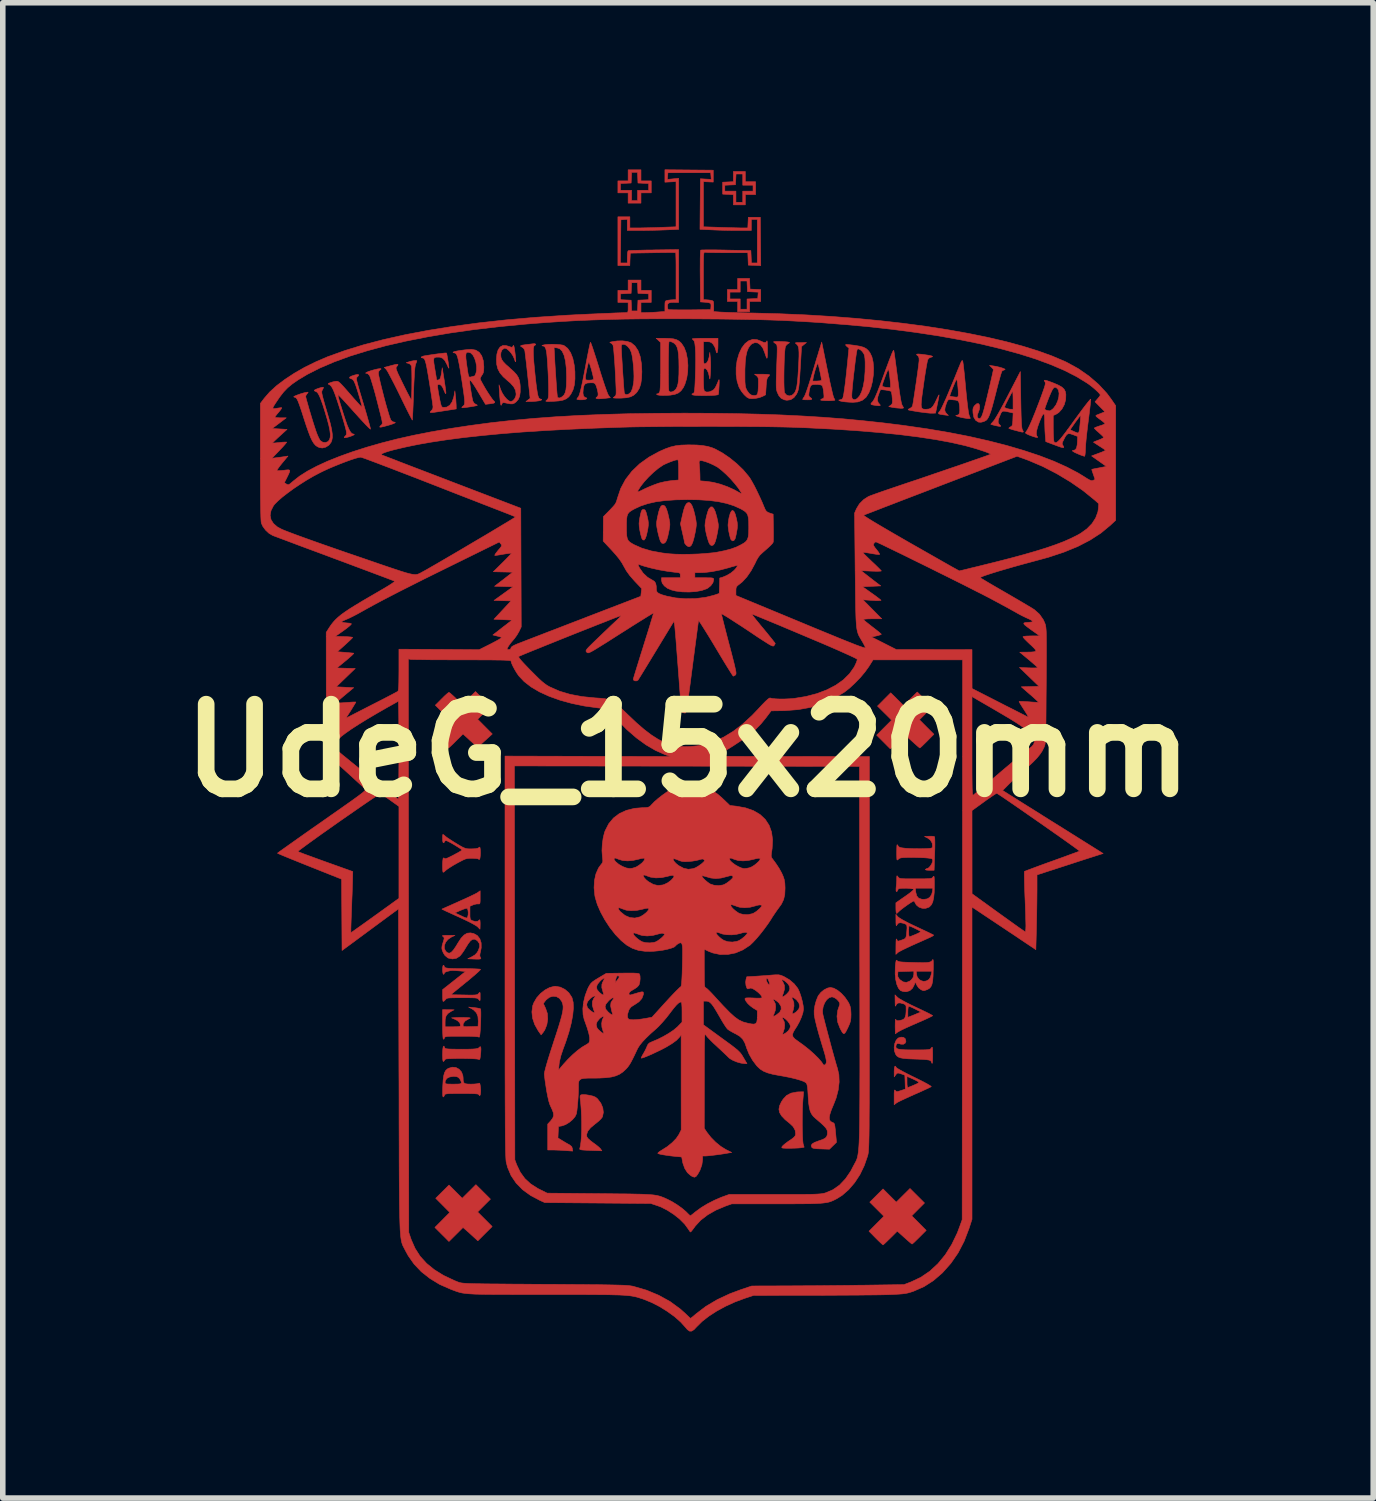
<source format=kicad_pcb>
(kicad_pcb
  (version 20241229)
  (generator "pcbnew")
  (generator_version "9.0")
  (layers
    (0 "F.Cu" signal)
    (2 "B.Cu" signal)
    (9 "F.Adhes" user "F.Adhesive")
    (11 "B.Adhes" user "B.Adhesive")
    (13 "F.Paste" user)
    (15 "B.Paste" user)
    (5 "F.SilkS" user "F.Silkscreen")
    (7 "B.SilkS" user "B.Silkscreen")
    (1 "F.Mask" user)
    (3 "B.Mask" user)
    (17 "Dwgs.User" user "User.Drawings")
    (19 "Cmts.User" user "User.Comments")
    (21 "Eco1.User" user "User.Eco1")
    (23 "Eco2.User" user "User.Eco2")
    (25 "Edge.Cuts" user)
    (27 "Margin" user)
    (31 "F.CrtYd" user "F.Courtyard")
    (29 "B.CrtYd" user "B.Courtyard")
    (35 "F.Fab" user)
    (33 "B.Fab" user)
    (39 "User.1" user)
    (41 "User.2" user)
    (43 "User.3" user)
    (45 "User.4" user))
  (footprint "UdeG_15x20mm"
    (layer "F.Cu")
    (at 9.333 10.458)
    (property "Reference" "UdeG_15x20mm" (at 0 0 0) (layer "F.SilkS") (effects (font (size 1.524 1.524) (thickness 0.3))))
    (attr through_hole)
    (fp_poly (pts (xy -3.687 7.943) (xy -3.556 8.074) (xy -3.671 8.189) (xy -3.787 8.305) (xy -3.525 8.567) (xy -3.654 8.695) (xy -3.783 8.824) (xy -3.881 8.734) (xy -3.931 8.688) (xy -3.976 8.648) (xy -4.009 8.619) (xy -4.015 8.614) (xy -4.05 8.584) (xy -4.176 8.71) (xy -4.303 8.836) (xy -4.43 8.709) (xy -4.556 8.583) (xy -4.422 8.448) (xy -4.288 8.313) (xy -4.415 8.185) (xy -4.541 8.058) (xy -4.302 7.82) (xy -4.183 7.939) (xy -4.064 8.058) (xy -3.941 7.936) (xy -3.818 7.813) (xy -3.687 7.943)) (stroke (width 0.01) (type solid)) (fill yes) (layer "F.Cu"))
    (fp_poly (pts (xy 0.826 -4.305) (xy 0.849 -4.257) (xy 0.87 -4.179) (xy 0.871 -4.176) (xy 0.885 -4.106) (xy 0.889 -4.049) (xy 0.885 -3.991) (xy 0.879 -3.956) (xy 0.868 -3.896) (xy 0.856 -3.843) (xy 0.847 -3.811) (xy 0.825 -3.779) (xy 0.798 -3.774) (xy 0.773 -3.796) (xy 0.772 -3.798) (xy 0.759 -3.834) (xy 0.745 -3.89) (xy 0.732 -3.953) (xy 0.724 -4.013) (xy 0.72 -4.056) (xy 0.724 -4.1) (xy 0.732 -4.158) (xy 0.738 -4.191) (xy 0.758 -4.265) (xy 0.78 -4.309) (xy 0.802 -4.322) (xy 0.826 -4.305)) (stroke (width 0.01) (type solid)) (fill yes) (layer "F.Cu"))
    (fp_poly (pts (xy -0.777 -4.331) (xy -0.763 -4.311) (xy -0.75 -4.273) (xy -0.734 -4.21) (xy -0.72 -4.146) (xy -0.714 -4.098) (xy -0.715 -4.052) (xy -0.722 -3.996) (xy -0.729 -3.959) (xy -0.748 -3.873) (xy -0.769 -3.816) (xy -0.79 -3.788) (xy -0.812 -3.791) (xy -0.83 -3.815) (xy -0.839 -3.842) (xy -0.852 -3.891) (xy -0.865 -3.951) (xy -0.867 -3.961) (xy -0.878 -4.031) (xy -0.881 -4.087) (xy -0.876 -4.142) (xy -0.869 -4.183) (xy -0.854 -4.255) (xy -0.842 -4.302) (xy -0.829 -4.327) (xy -0.814 -4.338) (xy -0.795 -4.338) (xy -0.777 -4.331)) (stroke (width 0.01) (type solid)) (fill yes) (layer "F.Cu"))
    (fp_poly (pts (xy 1.031 -10.237) (xy 1.216 -10.237) (xy 1.216 -10.006) (xy 1.031 -10.006) (xy 1.031 -9.821) (xy 0.816 -9.821) (xy 0.816 -10.005) (xy 0.623 -10.014) (xy 0.623 -10.174) (xy 0.662 -10.174) (xy 0.662 -10.068) (xy 0.862 -10.068) (xy 0.862 -9.868) (xy 0.985 -9.868) (xy 0.985 -10.068) (xy 1.17 -10.068) (xy 1.17 -10.175) (xy 0.985 -10.175) (xy 0.985 -10.376) (xy 0.864 -10.376) (xy 0.854 -10.183) (xy 0.758 -10.179) (xy 0.662 -10.174) (xy 0.623 -10.174) (xy 0.623 -10.229) (xy 0.816 -10.238) (xy 0.816 -10.422) (xy 1.031 -10.422) (xy 1.031 -10.237)) (stroke (width 0.01) (type solid)) (fill yes) (layer "F.Cu"))
    (fp_poly (pts (xy 1.116 -8.305) (xy 1.308 -8.296) (xy 1.308 -8.082) (xy 1.108 -8.082) (xy 1.108 -7.897) (xy 0.893 -7.897) (xy 0.893 -8.082) (xy 0.708 -8.082) (xy 0.708 -8.251) (xy 0.754 -8.251) (xy 0.754 -8.128) (xy 0.939 -8.128) (xy 0.939 -7.943) (xy 1.062 -7.943) (xy 1.062 -8.127) (xy 1.255 -8.136) (xy 1.259 -8.193) (xy 1.264 -8.25) (xy 1.07 -8.259) (xy 1.061 -8.451) (xy 0.939 -8.451) (xy 0.939 -8.251) (xy 0.754 -8.251) (xy 0.708 -8.251) (xy 0.708 -8.297) (xy 0.893 -8.297) (xy 0.893 -8.497) (xy 1.107 -8.497) (xy 1.116 -8.305)) (stroke (width 0.01) (type solid)) (fill yes) (layer "F.Cu"))
    (fp_poly (pts (xy -0.847 -10.252) (xy -0.662 -10.252) (xy -0.662 -10.037) (xy -0.847 -10.037) (xy -0.847 -9.852) (xy -1.078 -9.852) (xy -1.078 -10.037) (xy -1.262 -10.037) (xy -1.262 -10.205) (xy -1.216 -10.205) (xy -1.216 -10.083) (xy -1.016 -10.083) (xy -1.016 -9.898) (xy -0.908 -9.898) (xy -0.908 -10.083) (xy -0.708 -10.083) (xy -0.708 -10.205) (xy -0.901 -10.214) (xy -0.905 -10.31) (xy -0.91 -10.406) (xy -1.015 -10.406) (xy -1.019 -10.31) (xy -1.024 -10.214) (xy -1.216 -10.205) (xy -1.262 -10.205) (xy -1.262 -10.252) (xy -1.078 -10.252) (xy -1.078 -10.452) (xy -0.847 -10.452) (xy -0.847 -10.252)) (stroke (width 0.01) (type solid)) (fill yes) (layer "F.Cu"))
    (fp_poly (pts (xy 0.046 -4.449) (xy 0.073 -4.405) (xy 0.1 -4.332) (xy 0.125 -4.233) (xy 0.131 -4.203) (xy 0.143 -4.139) (xy 0.149 -4.09) (xy 0.148 -4.045) (xy 0.141 -3.991) (xy 0.131 -3.934) (xy 0.107 -3.825) (xy 0.084 -3.746) (xy 0.059 -3.694) (xy 0.032 -3.67) (xy 0.002 -3.671) (xy -0.031 -3.695) (xy -0.053 -3.721) (xy -0.062 -3.737) (xy -0.065 -3.756) (xy -0.073 -3.799) (xy -0.086 -3.858) (xy -0.099 -3.914) (xy -0.136 -4.079) (xy -0.099 -4.243) (xy -0.076 -4.335) (xy -0.054 -4.399) (xy -0.03 -4.44) (xy -0.004 -4.46) (xy 0.019 -4.464) (xy 0.046 -4.449)) (stroke (width 0.01) (type solid)) (fill yes) (layer "F.Cu"))
    (fp_poly (pts (xy 4.256 8.143) (xy 4.026 8.374) (xy 4.287 8.636) (xy 4.164 8.759) (xy 4.114 8.808) (xy 4.073 8.848) (xy 4.044 8.874) (xy 4.033 8.882) (xy 4.018 8.873) (xy 3.986 8.846) (xy 3.941 8.807) (xy 3.895 8.766) (xy 3.766 8.65) (xy 3.642 8.774) (xy 3.591 8.823) (xy 3.55 8.863) (xy 3.521 8.889) (xy 3.509 8.898) (xy 3.496 8.887) (xy 3.466 8.86) (xy 3.423 8.819) (xy 3.379 8.775) (xy 3.257 8.651) (xy 3.525 8.382) (xy 3.271 8.128) (xy 3.51 7.89) (xy 3.629 8.009) (xy 3.748 8.128) (xy 3.995 7.882) (xy 4.256 8.143)) (stroke (width 0.01) (type solid)) (fill yes) (layer "F.Cu"))
    (fp_poly (pts (xy 0.463 -4.357) (xy 0.49 -4.299) (xy 0.516 -4.21) (xy 0.522 -4.184) (xy 0.537 -4.116) (xy 0.545 -4.067) (xy 0.545 -4.024) (xy 0.539 -3.975) (xy 0.531 -3.93) (xy 0.512 -3.838) (xy 0.494 -3.772) (xy 0.477 -3.728) (xy 0.458 -3.702) (xy 0.447 -3.695) (xy 0.418 -3.69) (xy 0.395 -3.708) (xy 0.378 -3.737) (xy 0.36 -3.788) (xy 0.341 -3.853) (xy 0.324 -3.922) (xy 0.312 -3.987) (xy 0.306 -4.039) (xy 0.305 -4.05) (xy 0.31 -4.103) (xy 0.322 -4.169) (xy 0.338 -4.238) (xy 0.356 -4.3) (xy 0.373 -4.344) (xy 0.378 -4.352) (xy 0.408 -4.384) (xy 0.436 -4.385) (xy 0.463 -4.357)) (stroke (width 0.01) (type solid)) (fill yes) (layer "F.Cu"))
    (fp_poly (pts (xy -0.432 -4.411) (xy -0.408 -4.388) (xy -0.385 -4.34) (xy -0.363 -4.267) (xy -0.353 -4.224) (xy -0.338 -4.156) (xy -0.329 -4.106) (xy -0.327 -4.064) (xy -0.331 -4.021) (xy -0.341 -3.964) (xy -0.345 -3.944) (xy -0.364 -3.856) (xy -0.382 -3.795) (xy -0.401 -3.756) (xy -0.422 -3.735) (xy -0.443 -3.728) (xy -0.471 -3.732) (xy -0.491 -3.757) (xy -0.499 -3.774) (xy -0.513 -3.814) (xy -0.529 -3.872) (xy -0.545 -3.938) (xy -0.547 -3.951) (xy -0.56 -4.017) (xy -0.566 -4.066) (xy -0.565 -4.111) (xy -0.556 -4.166) (xy -0.549 -4.202) (xy -0.528 -4.295) (xy -0.507 -4.359) (xy -0.486 -4.398) (xy -0.462 -4.414) (xy -0.46 -4.415) (xy -0.432 -4.411)) (stroke (width 0.01) (type solid)) (fill yes) (layer "F.Cu"))
    (fp_poly (pts (xy -3.69 -0.927) (xy -3.556 -0.792) (xy -3.671 -0.677) (xy -3.787 -0.563) (xy -3.523 -0.298) (xy -3.655 -0.178) (xy -3.787 -0.059) (xy -3.919 -0.178) (xy -4.05 -0.298) (xy -4.177 -0.172) (xy -4.227 -0.122) (xy -4.269 -0.082) (xy -4.299 -0.055) (xy -4.311 -0.046) (xy -4.324 -0.056) (xy -4.354 -0.084) (xy -4.396 -0.125) (xy -4.437 -0.165) (xy -4.556 -0.284) (xy -4.422 -0.419) (xy -4.288 -0.554) (xy -4.418 -0.685) (xy -4.548 -0.816) (xy -4.433 -0.931) (xy -4.385 -0.979) (xy -4.343 -1.017) (xy -4.314 -1.041) (xy -4.303 -1.047) (xy -4.287 -1.037) (xy -4.254 -1.009) (xy -4.21 -0.969) (xy -4.176 -0.936) (xy -4.064 -0.824) (xy -3.825 -1.062) (xy -3.69 -0.927)) (stroke (width 0.01) (type solid)) (fill yes) (layer "F.Cu"))
    (fp_poly (pts (xy 4.394 -0.785) (xy 4.28 -0.67) (xy 4.165 -0.554) (xy 4.295 -0.423) (xy 4.425 -0.293) (xy 4.303 -0.169) (xy 4.253 -0.12) (xy 4.212 -0.08) (xy 4.183 -0.054) (xy 4.172 -0.046) (xy 4.158 -0.056) (xy 4.126 -0.083) (xy 4.082 -0.122) (xy 4.038 -0.162) (xy 3.987 -0.208) (xy 3.943 -0.246) (xy 3.912 -0.27) (xy 3.9 -0.277) (xy 3.885 -0.267) (xy 3.853 -0.239) (xy 3.809 -0.198) (xy 3.764 -0.154) (xy 3.64 -0.031) (xy 3.518 -0.154) (xy 3.395 -0.277) (xy 3.664 -0.547) (xy 3.537 -0.674) (xy 3.41 -0.8) (xy 3.529 -0.92) (xy 3.648 -1.039) (xy 3.764 -0.924) (xy 3.879 -0.809) (xy 4.003 -0.931) (xy 4.126 -1.054) (xy 4.394 -0.785)) (stroke (width 0.01) (type solid)) (fill yes) (layer "F.Cu"))
    (fp_poly (pts (xy -2.74 -7.312) (xy -2.749 -7.298) (xy -2.763 -7.291) (xy -2.775 -7.276) (xy -2.783 -7.242) (xy -2.785 -7.186) (xy -2.783 -7.107) (xy -2.776 -7.003) (xy -2.764 -6.872) (xy -2.749 -6.725) (xy -2.735 -6.602) (xy -2.722 -6.506) (xy -2.711 -6.435) (xy -2.7 -6.384) (xy -2.688 -6.352) (xy -2.675 -6.334) (xy -2.659 -6.327) (xy -2.655 -6.327) (xy -2.635 -6.32) (xy -2.632 -6.314) (xy -2.647 -6.304) (xy -2.684 -6.294) (xy -2.738 -6.287) (xy -2.801 -6.282) (xy -2.846 -6.281) (xy -2.917 -6.281) (xy -2.842 -6.339) (xy -2.886 -6.752) (xy -2.898 -6.863) (xy -2.909 -6.966) (xy -2.92 -7.056) (xy -2.929 -7.129) (xy -2.935 -7.18) (xy -2.939 -7.204) (xy -2.96 -7.24) (xy -2.983 -7.258) (xy -3.011 -7.274) (xy -3.012 -7.286) (xy -2.984 -7.296) (xy -2.929 -7.304) (xy -2.869 -7.311) (xy -2.815 -7.318) (xy -2.79 -7.321) (xy -2.755 -7.321) (xy -2.74 -7.312)) (stroke (width 0.01) (type solid)) (fill yes) (layer "F.Cu"))
    (fp_poly (pts (xy -4.384 5.338) (xy -4.383 5.34) (xy -4.378 5.354) (xy -4.367 5.363) (xy -4.345 5.368) (xy -4.306 5.372) (xy -4.247 5.374) (xy -4.177 5.375) (xy -4.053 5.376) (xy -3.956 5.375) (xy -3.882 5.373) (xy -3.829 5.369) (xy -3.794 5.363) (xy -3.771 5.355) (xy -3.76 5.345) (xy -3.742 5.329) (xy -3.731 5.337) (xy -3.727 5.371) (xy -3.73 5.433) (xy -3.732 5.456) (xy -3.739 5.515) (xy -3.745 5.548) (xy -3.753 5.561) (xy -3.765 5.56) (xy -3.772 5.557) (xy -3.796 5.552) (xy -3.844 5.548) (xy -3.91 5.545) (xy -3.988 5.543) (xy -4.073 5.542) (xy -4.156 5.542) (xy -4.234 5.544) (xy -4.298 5.546) (xy -4.345 5.549) (xy -4.366 5.554) (xy -4.386 5.578) (xy -4.389 5.585) (xy -4.401 5.597) (xy -4.407 5.594) (xy -4.413 5.573) (xy -4.416 5.531) (xy -4.418 5.476) (xy -4.416 5.419) (xy -4.413 5.369) (xy -4.407 5.336) (xy -4.405 5.329) (xy -4.393 5.319) (xy -4.384 5.338)) (stroke (width 0.01) (type solid)) (fill yes) (layer "F.Cu"))
    (fp_poly (pts (xy 2.068 6.285) (xy 2.063 6.359) (xy 2.059 6.45) (xy 2.057 6.552) (xy 2.056 6.658) (xy 2.056 6.763) (xy 2.058 6.863) (xy 2.061 6.951) (xy 2.065 7.022) (xy 2.07 7.07) (xy 2.073 7.083) (xy 2.09 7.139) (xy 2.034 7.149) (xy 1.994 7.153) (xy 1.933 7.156) (xy 1.862 7.158) (xy 1.827 7.158) (xy 1.759 7.158) (xy 1.716 7.156) (xy 1.694 7.152) (xy 1.687 7.144) (xy 1.691 7.132) (xy 1.693 7.127) (xy 1.714 7.105) (xy 1.753 7.072) (xy 1.803 7.035) (xy 1.821 7.023) (xy 1.877 6.985) (xy 1.911 6.956) (xy 1.929 6.932) (xy 1.936 6.906) (xy 1.937 6.901) (xy 1.928 6.834) (xy 1.892 6.769) (xy 1.837 6.716) (xy 1.747 6.642) (xy 1.685 6.577) (xy 1.648 6.516) (xy 1.636 6.456) (xy 1.648 6.392) (xy 1.682 6.32) (xy 1.714 6.272) (xy 1.774 6.208) (xy 1.854 6.166) (xy 1.954 6.146) (xy 1.999 6.143) (xy 2.08 6.142) (xy 2.068 6.285)) (stroke (width 0.01) (type solid)) (fill yes) (layer "F.Cu"))
    (fp_poly (pts (xy -1.829 6.196) (xy -1.774 6.205) (xy -1.709 6.22) (xy -1.665 6.239) (xy -1.63 6.267) (xy -1.627 6.271) (xy -1.569 6.348) (xy -1.534 6.431) (xy -1.524 6.513) (xy -1.539 6.588) (xy -1.546 6.602) (xy -1.569 6.631) (xy -1.609 6.67) (xy -1.66 6.712) (xy -1.674 6.722) (xy -1.754 6.789) (xy -1.805 6.852) (xy -1.825 6.911) (xy -1.821 6.952) (xy -1.801 6.981) (xy -1.76 7.019) (xy -1.705 7.061) (xy -1.702 7.063) (xy -1.65 7.101) (xy -1.606 7.137) (xy -1.577 7.165) (xy -1.574 7.17) (xy -1.551 7.204) (xy -1.641 7.201) (xy -1.706 7.199) (xy -1.783 7.196) (xy -1.845 7.193) (xy -1.904 7.189) (xy -1.937 7.183) (xy -1.95 7.174) (xy -1.949 7.166) (xy -1.936 7.112) (xy -1.926 7.034) (xy -1.918 6.935) (xy -1.914 6.823) (xy -1.914 6.701) (xy -1.917 6.577) (xy -1.923 6.454) (xy -1.932 6.339) (xy -1.938 6.292) (xy -1.943 6.242) (xy -1.942 6.214) (xy -1.933 6.201) (xy -1.913 6.194) (xy -1.88 6.192) (xy -1.829 6.196)) (stroke (width 0.01) (type solid)) (fill yes) (layer "F.Cu"))
    (fp_poly (pts (xy -5.526 -6.872) (xy -5.526 -6.862) (xy -5.546 -6.848) (xy -5.567 -6.823) (xy -5.573 -6.795) (xy -5.569 -6.761) (xy -5.557 -6.704) (xy -5.54 -6.628) (xy -5.518 -6.538) (xy -5.493 -6.44) (xy -5.467 -6.338) (xy -5.44 -6.238) (xy -5.413 -6.145) (xy -5.389 -6.064) (xy -5.369 -6) (xy -5.353 -5.958) (xy -5.348 -5.946) (xy -5.319 -5.92) (xy -5.292 -5.911) (xy -5.269 -5.908) (xy -5.273 -5.898) (xy -5.302 -5.883) (xy -5.355 -5.865) (xy -5.403 -5.851) (xy -5.476 -5.831) (xy -5.523 -5.821) (xy -5.546 -5.821) (xy -5.548 -5.83) (xy -5.532 -5.848) (xy -5.529 -5.85) (xy -5.516 -5.862) (xy -5.508 -5.873) (xy -5.503 -5.888) (xy -5.504 -5.911) (xy -5.51 -5.947) (xy -5.522 -6) (xy -5.541 -6.075) (xy -5.56 -6.15) (xy -5.594 -6.284) (xy -5.626 -6.408) (xy -5.657 -6.518) (xy -5.685 -6.612) (xy -5.708 -6.686) (xy -5.726 -6.736) (xy -5.736 -6.754) (xy -5.761 -6.78) (xy -5.784 -6.789) (xy -5.803 -6.792) (xy -5.794 -6.802) (xy -5.762 -6.817) (xy -5.708 -6.836) (xy -5.66 -6.85) (xy -5.597 -6.866) (xy -5.551 -6.873) (xy -5.526 -6.872)) (stroke (width 0.01) (type solid)) (fill yes) (layer "F.Cu"))
    (fp_poly (pts (xy 3.88 5.163) (xy 3.91 5.187) (xy 3.91 5.188) (xy 3.922 5.233) (xy 3.908 5.267) (xy 3.876 5.286) (xy 3.831 5.285) (xy 3.811 5.278) (xy 3.772 5.27) (xy 3.748 5.289) (xy 3.741 5.33) (xy 3.745 5.349) (xy 3.76 5.364) (xy 3.789 5.374) (xy 3.837 5.381) (xy 3.905 5.386) (xy 3.999 5.388) (xy 4.078 5.388) (xy 4.176 5.388) (xy 4.249 5.387) (xy 4.3 5.385) (xy 4.333 5.381) (xy 4.355 5.376) (xy 4.368 5.367) (xy 4.378 5.355) (xy 4.379 5.354) (xy 4.389 5.34) (xy 4.396 5.34) (xy 4.4 5.357) (xy 4.402 5.396) (xy 4.403 5.461) (xy 4.403 5.477) (xy 4.402 5.555) (xy 4.4 5.605) (xy 4.396 5.629) (xy 4.389 5.628) (xy 4.38 5.605) (xy 4.38 5.604) (xy 4.372 5.589) (xy 4.358 5.578) (xy 4.332 5.57) (xy 4.291 5.564) (xy 4.231 5.559) (xy 4.147 5.555) (xy 4.056 5.552) (xy 3.955 5.548) (xy 3.879 5.541) (xy 3.824 5.531) (xy 3.785 5.516) (xy 3.757 5.495) (xy 3.736 5.466) (xy 3.736 5.465) (xy 3.715 5.407) (xy 3.71 5.34) (xy 3.721 5.273) (xy 3.745 5.215) (xy 3.78 5.176) (xy 3.786 5.173) (xy 3.835 5.158) (xy 3.88 5.163)) (stroke (width 0.01) (type solid)) (fill yes) (layer "F.Cu"))
    (fp_poly (pts (xy 5.496 -6.922) (xy 5.549 -6.913) (xy 5.603 -6.9) (xy 5.651 -6.886) (xy 5.688 -6.872) (xy 5.707 -6.861) (xy 5.702 -6.854) (xy 5.701 -6.854) (xy 5.666 -6.84) (xy 5.65 -6.828) (xy 5.642 -6.808) (xy 5.627 -6.762) (xy 5.608 -6.695) (xy 5.585 -6.611) (xy 5.56 -6.515) (xy 5.543 -6.447) (xy 5.507 -6.308) (xy 5.477 -6.196) (xy 5.451 -6.109) (xy 5.427 -6.043) (xy 5.405 -5.995) (xy 5.384 -5.962) (xy 5.367 -5.944) (xy 5.324 -5.921) (xy 5.272 -5.908) (xy 5.228 -5.911) (xy 5.226 -5.912) (xy 5.176 -5.944) (xy 5.144 -5.998) (xy 5.129 -6.076) (xy 5.129 -6.078) (xy 5.127 -6.133) (xy 5.133 -6.168) (xy 5.149 -6.197) (xy 5.161 -6.211) (xy 5.197 -6.242) (xy 5.227 -6.245) (xy 5.245 -6.22) (xy 5.249 -6.185) (xy 5.242 -6.134) (xy 5.226 -6.09) (xy 5.206 -6.037) (xy 5.207 -5.998) (xy 5.227 -5.978) (xy 5.244 -5.974) (xy 5.258 -5.978) (xy 5.273 -5.993) (xy 5.288 -6.02) (xy 5.304 -6.063) (xy 5.322 -6.123) (xy 5.344 -6.204) (xy 5.37 -6.309) (xy 5.401 -6.439) (xy 5.426 -6.544) (xy 5.447 -6.636) (xy 5.466 -6.718) (xy 5.481 -6.785) (xy 5.491 -6.832) (xy 5.496 -6.854) (xy 5.496 -6.855) (xy 5.486 -6.871) (xy 5.462 -6.897) (xy 5.461 -6.898) (xy 5.426 -6.931) (xy 5.496 -6.922)) (stroke (width 0.01) (type solid)) (fill yes) (layer "F.Cu"))
    (fp_poly (pts (xy 4.425 1.546) (xy 4.436 1.551) (xy 4.44 1.571) (xy 4.442 1.616) (xy 4.443 1.684) (xy 4.442 1.768) (xy 4.439 1.86) (xy 4.429 2.155) (xy 4.345 2.155) (xy 4.297 2.153) (xy 4.273 2.146) (xy 4.272 2.14) (xy 4.294 2.125) (xy 4.302 2.124) (xy 4.33 2.112) (xy 4.36 2.08) (xy 4.386 2.039) (xy 4.401 1.999) (xy 4.403 1.987) (xy 4.401 1.963) (xy 4.391 1.949) (xy 4.365 1.941) (xy 4.316 1.935) (xy 4.308 1.934) (xy 4.255 1.93) (xy 4.181 1.927) (xy 4.096 1.925) (xy 4.016 1.924) (xy 3.933 1.925) (xy 3.875 1.927) (xy 3.836 1.931) (xy 3.811 1.938) (xy 3.794 1.948) (xy 3.787 1.955) (xy 3.773 1.968) (xy 3.764 1.97) (xy 3.759 1.958) (xy 3.757 1.926) (xy 3.756 1.87) (xy 3.756 1.828) (xy 3.757 1.758) (xy 3.759 1.715) (xy 3.762 1.696) (xy 3.768 1.696) (xy 3.776 1.709) (xy 3.79 1.729) (xy 3.81 1.742) (xy 3.846 1.751) (xy 3.904 1.758) (xy 3.91 1.759) (xy 3.975 1.763) (xy 4.057 1.766) (xy 4.147 1.767) (xy 4.21 1.767) (xy 4.288 1.765) (xy 4.341 1.762) (xy 4.373 1.758) (xy 4.39 1.751) (xy 4.397 1.74) (xy 4.4 1.727) (xy 4.394 1.666) (xy 4.362 1.612) (xy 4.313 1.575) (xy 4.256 1.547) (xy 4.339 1.542) (xy 4.388 1.542) (xy 4.425 1.546)) (stroke (width 0.01) (type solid)) (fill yes) (layer "F.Cu"))
    (fp_poly (pts (xy 3.746 5.702) (xy 3.747 5.705) (xy 3.763 5.718) (xy 3.803 5.742) (xy 3.862 5.775) (xy 3.937 5.814) (xy 4.024 5.858) (xy 4.074 5.882) (xy 4.169 5.929) (xy 4.25 5.97) (xy 4.314 6.005) (xy 4.357 6.031) (xy 4.377 6.046) (xy 4.378 6.049) (xy 4.36 6.059) (xy 4.319 6.079) (xy 4.258 6.107) (xy 4.182 6.142) (xy 4.096 6.18) (xy 4.079 6.187) (xy 3.99 6.227) (xy 3.907 6.265) (xy 3.837 6.298) (xy 3.784 6.324) (xy 3.754 6.341) (xy 3.752 6.343) (xy 3.71 6.374) (xy 3.71 6.232) (xy 3.71 6.166) (xy 3.713 6.127) (xy 3.717 6.11) (xy 3.725 6.111) (xy 3.73 6.118) (xy 3.744 6.134) (xy 3.761 6.139) (xy 3.789 6.133) (xy 3.831 6.12) (xy 3.911 6.093) (xy 3.907 5.965) (xy 3.941 5.965) (xy 3.942 6.016) (xy 3.947 6.052) (xy 3.952 6.065) (xy 3.971 6.06) (xy 4.01 6.045) (xy 4.06 6.024) (xy 4.108 6.003) (xy 4.143 5.984) (xy 4.156 5.973) (xy 4.156 5.973) (xy 4.143 5.96) (xy 4.104 5.938) (xy 4.045 5.91) (xy 3.991 5.886) (xy 3.941 5.865) (xy 3.941 5.965) (xy 3.907 5.965) (xy 3.902 5.842) (xy 3.836 5.819) (xy 3.795 5.806) (xy 3.771 5.805) (xy 3.753 5.818) (xy 3.74 5.834) (xy 3.711 5.873) (xy 3.71 5.777) (xy 3.713 5.72) (xy 3.72 5.687) (xy 3.732 5.68) (xy 3.746 5.702)) (stroke (width 0.01) (type solid)) (fill yes) (layer "F.Cu"))
    (fp_poly (pts (xy 4.192 -7.133) (xy 4.262 -7.124) (xy 4.337 -7.113) (xy 4.384 -7.102) (xy 4.402 -7.092) (xy 4.391 -7.083) (xy 4.368 -7.078) (xy 4.336 -7.062) (xy 4.315 -7.035) (xy 4.308 -7.009) (xy 4.298 -6.958) (xy 4.285 -6.885) (xy 4.27 -6.795) (xy 4.254 -6.693) (xy 4.24 -6.592) (xy 4.222 -6.464) (xy 4.208 -6.362) (xy 4.2 -6.285) (xy 4.196 -6.228) (xy 4.199 -6.189) (xy 4.207 -6.164) (xy 4.221 -6.15) (xy 4.242 -6.144) (xy 4.27 -6.142) (xy 4.286 -6.142) (xy 4.337 -6.147) (xy 4.376 -6.164) (xy 4.41 -6.199) (xy 4.444 -6.257) (xy 4.463 -6.296) (xy 4.487 -6.347) (xy 4.506 -6.384) (xy 4.517 -6.401) (xy 4.518 -6.401) (xy 4.517 -6.385) (xy 4.51 -6.345) (xy 4.499 -6.288) (xy 4.488 -6.235) (xy 4.455 -6.073) (xy 4.394 -6.071) (xy 4.354 -6.072) (xy 4.293 -6.078) (xy 4.219 -6.087) (xy 4.151 -6.096) (xy 4.08 -6.108) (xy 4.02 -6.118) (xy 3.978 -6.127) (xy 3.961 -6.133) (xy 3.967 -6.144) (xy 3.991 -6.156) (xy 4.024 -6.177) (xy 4.039 -6.199) (xy 4.045 -6.225) (xy 4.054 -6.275) (xy 4.065 -6.346) (xy 4.078 -6.431) (xy 4.092 -6.526) (xy 4.107 -6.626) (xy 4.121 -6.725) (xy 4.134 -6.817) (xy 4.145 -6.899) (xy 4.153 -6.964) (xy 4.158 -7.008) (xy 4.159 -7.018) (xy 4.157 -7.067) (xy 4.144 -7.096) (xy 4.134 -7.106) (xy 4.114 -7.123) (xy 4.116 -7.133) (xy 4.141 -7.137) (xy 4.192 -7.133)) (stroke (width 0.01) (type solid)) (fill yes) (layer "F.Cu"))
    (fp_poly (pts (xy -3.857 3.294) (xy -3.792 3.33) (xy -3.747 3.388) (xy -3.723 3.462) (xy -3.722 3.55) (xy -3.732 3.605) (xy -3.745 3.662) (xy -3.747 3.698) (xy -3.739 3.719) (xy -3.739 3.72) (xy -3.728 3.738) (xy -3.733 3.749) (xy -3.76 3.754) (xy -3.81 3.754) (xy -3.85 3.753) (xy -3.964 3.748) (xy -3.887 3.71) (xy -3.832 3.676) (xy -3.794 3.634) (xy -3.774 3.598) (xy -3.75 3.531) (xy -3.754 3.477) (xy -3.785 3.43) (xy -3.804 3.414) (xy -3.842 3.395) (xy -3.878 3.398) (xy -3.916 3.425) (xy -3.958 3.479) (xy -3.993 3.536) (xy -4.03 3.597) (xy -4.068 3.652) (xy -4.1 3.692) (xy -4.108 3.7) (xy -4.169 3.739) (xy -4.24 3.751) (xy -4.312 3.736) (xy -4.324 3.731) (xy -4.375 3.688) (xy -4.404 3.642) (xy -4.424 3.595) (xy -4.431 3.557) (xy -4.427 3.517) (xy -4.412 3.462) (xy -4.407 3.448) (xy -4.393 3.401) (xy -4.389 3.375) (xy -4.396 3.359) (xy -4.41 3.346) (xy -4.421 3.336) (xy -4.416 3.33) (xy -4.391 3.327) (xy -4.34 3.326) (xy -4.317 3.326) (xy -4.195 3.327) (xy -4.262 3.359) (xy -4.321 3.4) (xy -4.363 3.451) (xy -4.385 3.509) (xy -4.385 3.564) (xy -4.361 3.612) (xy -4.356 3.618) (xy -4.324 3.642) (xy -4.293 3.647) (xy -4.261 3.631) (xy -4.223 3.591) (xy -4.179 3.527) (xy -4.141 3.464) (xy -4.085 3.378) (xy -4.03 3.32) (xy -3.975 3.288) (xy -3.915 3.282) (xy -3.857 3.294)) (stroke (width 0.01) (type solid)) (fill yes) (layer "F.Cu"))
    (fp_poly (pts (xy 3.77 4.442) (xy 3.8 4.464) (xy 3.854 4.496) (xy 3.929 4.536) (xy 4.02 4.582) (xy 4.109 4.624) (xy 4.196 4.665) (xy 4.273 4.702) (xy 4.336 4.733) (xy 4.38 4.757) (xy 4.401 4.77) (xy 4.403 4.772) (xy 4.389 4.781) (xy 4.352 4.8) (xy 4.296 4.827) (xy 4.225 4.859) (xy 4.16 4.887) (xy 4.03 4.944) (xy 3.927 4.99) (xy 3.848 5.027) (xy 3.792 5.057) (xy 3.756 5.079) (xy 3.738 5.095) (xy 3.736 5.099) (xy 3.732 5.093) (xy 3.73 5.062) (xy 3.729 5.011) (xy 3.728 4.965) (xy 3.729 4.903) (xy 3.731 4.859) (xy 3.734 4.837) (xy 3.736 4.838) (xy 3.756 4.86) (xy 3.798 4.862) (xy 3.857 4.847) (xy 3.888 4.829) (xy 3.908 4.801) (xy 3.92 4.755) (xy 3.924 4.703) (xy 3.956 4.703) (xy 3.956 4.802) (xy 4.029 4.773) (xy 4.082 4.752) (xy 4.13 4.731) (xy 4.146 4.725) (xy 4.19 4.705) (xy 4.092 4.654) (xy 4.041 4.629) (xy 4 4.611) (xy 3.976 4.604) (xy 3.975 4.604) (xy 3.964 4.615) (xy 3.958 4.652) (xy 3.956 4.703) (xy 3.924 4.703) (xy 3.925 4.687) (xy 3.925 4.647) (xy 3.924 4.602) (xy 3.914 4.578) (xy 3.892 4.564) (xy 3.877 4.558) (xy 3.816 4.542) (xy 3.775 4.546) (xy 3.749 4.57) (xy 3.743 4.584) (xy 3.735 4.6) (xy 3.73 4.597) (xy 3.728 4.569) (xy 3.727 4.513) (xy 3.727 4.511) (xy 3.725 4.397) (xy 3.77 4.442)) (stroke (width 0.01) (type solid)) (fill yes) (layer "F.Cu"))
    (fp_poly (pts (xy -4.88 -7.015) (xy -4.88 -7.014) (xy -4.885 -6.997) (xy -4.898 -6.964) (xy -4.902 -6.956) (xy -4.909 -6.929) (xy -4.916 -6.883) (xy -4.922 -6.817) (xy -4.927 -6.727) (xy -4.933 -6.612) (xy -4.939 -6.469) (xy -4.94 -6.428) (xy -4.944 -6.31) (xy -4.948 -6.203) (xy -4.952 -6.11) (xy -4.956 -6.034) (xy -4.959 -5.98) (xy -4.961 -5.951) (xy -4.962 -5.948) (xy -4.969 -5.959) (xy -4.989 -5.996) (xy -5.019 -6.054) (xy -5.057 -6.129) (xy -5.102 -6.22) (xy -5.152 -6.322) (xy -5.181 -6.382) (xy -5.235 -6.492) (xy -5.286 -6.594) (xy -5.333 -6.684) (xy -5.373 -6.76) (xy -5.404 -6.817) (xy -5.425 -6.851) (xy -5.431 -6.859) (xy -5.467 -6.895) (xy -5.385 -6.917) (xy -5.307 -6.938) (xy -5.255 -6.95) (xy -5.227 -6.952) (xy -5.219 -6.945) (xy -5.228 -6.928) (xy -5.244 -6.909) (xy -5.252 -6.898) (xy -5.255 -6.885) (xy -5.251 -6.864) (xy -5.24 -6.832) (xy -5.221 -6.786) (xy -5.19 -6.722) (xy -5.148 -6.635) (xy -5.128 -6.594) (xy -5.086 -6.509) (xy -5.048 -6.434) (xy -5.016 -6.374) (xy -4.994 -6.333) (xy -4.982 -6.314) (xy -4.981 -6.313) (xy -4.977 -6.331) (xy -4.975 -6.374) (xy -4.973 -6.436) (xy -4.971 -6.511) (xy -4.971 -6.594) (xy -4.97 -6.679) (xy -4.971 -6.759) (xy -4.972 -6.83) (xy -4.974 -6.884) (xy -4.977 -6.918) (xy -4.978 -6.923) (xy -5.002 -6.954) (xy -5.031 -6.968) (xy -5.072 -6.979) (xy -5.018 -6.998) (xy -4.977 -7.009) (xy -4.934 -7.017) (xy -4.898 -7.019) (xy -4.88 -7.015)) (stroke (width 0.01) (type solid)) (fill yes) (layer "F.Cu"))
    (fp_poly (pts (xy -3.741 2.645) (xy -3.741 2.706) (xy -3.744 2.741) (xy -3.75 2.758) (xy -3.762 2.762) (xy -3.775 2.76) (xy -3.812 2.762) (xy -3.858 2.774) (xy -3.868 2.778) (xy -3.925 2.802) (xy -3.925 2.923) (xy -3.925 2.983) (xy -3.921 3.021) (xy -3.913 3.042) (xy -3.898 3.055) (xy -3.886 3.061) (xy -3.831 3.077) (xy -3.785 3.073) (xy -3.757 3.052) (xy -3.749 3.044) (xy -3.744 3.06) (xy -3.741 3.102) (xy -3.741 3.121) (xy -3.742 3.171) (xy -3.743 3.205) (xy -3.745 3.216) (xy -3.757 3.204) (xy -3.781 3.179) (xy -3.787 3.172) (xy -3.815 3.152) (xy -3.867 3.122) (xy -3.941 3.083) (xy -4.032 3.039) (xy -4.129 2.994) (xy -4.218 2.954) (xy -4.287 2.922) (xy -4.195 2.922) (xy -4.095 2.969) (xy -4.038 2.996) (xy -4.002 3.01) (xy -3.983 3.014) (xy -3.973 3.008) (xy -3.966 2.994) (xy -3.966 2.993) (xy -3.957 2.954) (xy -3.956 2.909) (xy -3.962 2.868) (xy -3.972 2.842) (xy -3.976 2.839) (xy -3.999 2.841) (xy -4.041 2.855) (xy -4.093 2.876) (xy -4.096 2.877) (xy -4.195 2.922) (xy -4.287 2.922) (xy -4.296 2.918) (xy -4.36 2.889) (xy -4.405 2.867) (xy -4.427 2.856) (xy -4.429 2.854) (xy -4.415 2.847) (xy -4.376 2.83) (xy -4.318 2.804) (xy -4.244 2.771) (xy -4.158 2.733) (xy -4.126 2.718) (xy -4.034 2.677) (xy -3.949 2.638) (xy -3.876 2.603) (xy -3.821 2.576) (xy -3.788 2.558) (xy -3.783 2.554) (xy -3.741 2.524) (xy -3.741 2.645)) (stroke (width 0.01) (type solid)) (fill yes) (layer "F.Cu"))
    (fp_poly (pts (xy -0.429 -7.42) (xy -0.332 -7.417) (xy -0.26 -7.409) (xy -0.204 -7.393) (xy -0.159 -7.367) (xy -0.119 -7.33) (xy -0.118 -7.328) (xy -0.07 -7.255) (xy -0.034 -7.161) (xy -0.012 -7.051) (xy -0.002 -6.933) (xy -0.006 -6.813) (xy -0.024 -6.697) (xy -0.056 -6.593) (xy -0.085 -6.532) (xy -0.126 -6.475) (xy -0.175 -6.435) (xy -0.238 -6.41) (xy -0.32 -6.396) (xy -0.385 -6.392) (xy -0.455 -6.391) (xy -0.511 -6.394) (xy -0.547 -6.4) (xy -0.554 -6.403) (xy -0.568 -6.416) (xy -0.554 -6.419) (xy -0.55 -6.419) (xy -0.525 -6.432) (xy -0.508 -6.459) (xy -0.504 -6.485) (xy -0.5 -6.537) (xy -0.497 -6.612) (xy -0.495 -6.705) (xy -0.493 -6.812) (xy -0.493 -6.867) (xy -0.354 -6.867) (xy -0.354 -6.767) (xy -0.353 -6.675) (xy -0.352 -6.595) (xy -0.35 -6.531) (xy -0.347 -6.489) (xy -0.345 -6.474) (xy -0.323 -6.453) (xy -0.287 -6.455) (xy -0.251 -6.473) (xy -0.22 -6.502) (xy -0.197 -6.543) (xy -0.181 -6.599) (xy -0.17 -6.675) (xy -0.164 -6.773) (xy -0.163 -6.899) (xy -0.163 -6.904) (xy -0.165 -7.03) (xy -0.171 -7.129) (xy -0.182 -7.205) (xy -0.198 -7.261) (xy -0.221 -7.302) (xy -0.252 -7.332) (xy -0.276 -7.346) (xy -0.313 -7.361) (xy -0.338 -7.365) (xy -0.341 -7.364) (xy -0.344 -7.348) (xy -0.347 -7.305) (xy -0.35 -7.241) (xy -0.351 -7.16) (xy -0.353 -7.068) (xy -0.354 -6.968) (xy -0.354 -6.867) (xy -0.493 -6.867) (xy -0.493 -6.921) (xy -0.493 -7.344) (xy -0.533 -7.382) (xy -0.574 -7.42) (xy -0.429 -7.42)) (stroke (width 0.01) (type solid)) (fill yes) (layer "F.Cu"))
    (fp_poly (pts (xy -4.396 1.518) (xy -4.369 1.541) (xy -4.367 1.543) (xy -4.339 1.565) (xy -4.291 1.597) (xy -4.231 1.636) (xy -4.169 1.674) (xy -4.101 1.715) (xy -4.052 1.742) (xy -4.014 1.758) (xy -3.98 1.767) (xy -3.941 1.77) (xy -3.899 1.77) (xy -3.828 1.767) (xy -3.783 1.758) (xy -3.766 1.748) (xy -3.752 1.737) (xy -3.744 1.746) (xy -3.739 1.78) (xy -3.738 1.79) (xy -3.736 1.844) (xy -3.739 1.894) (xy -3.744 1.935) (xy -3.752 1.959) (xy -3.761 1.959) (xy -3.761 1.959) (xy -3.785 1.947) (xy -3.837 1.941) (xy -3.886 1.94) (xy -3.934 1.94) (xy -3.973 1.944) (xy -4.009 1.953) (xy -4.05 1.971) (xy -4.104 1.999) (xy -4.166 2.032) (xy -4.234 2.071) (xy -4.294 2.109) (xy -4.341 2.141) (xy -4.366 2.162) (xy -4.391 2.185) (xy -4.408 2.191) (xy -4.409 2.19) (xy -4.414 2.17) (xy -4.417 2.129) (xy -4.418 2.076) (xy -4.417 2.021) (xy -4.413 1.973) (xy -4.408 1.941) (xy -4.404 1.933) (xy -4.387 1.936) (xy -4.383 1.943) (xy -4.368 1.947) (xy -4.332 1.936) (xy -4.273 1.908) (xy -4.224 1.883) (xy -4.163 1.85) (xy -4.113 1.822) (xy -4.079 1.8) (xy -4.068 1.791) (xy -4.079 1.779) (xy -4.11 1.757) (xy -4.156 1.728) (xy -4.208 1.696) (xy -4.261 1.665) (xy -4.309 1.64) (xy -4.344 1.623) (xy -4.345 1.623) (xy -4.372 1.625) (xy -4.381 1.638) (xy -4.395 1.661) (xy -4.408 1.657) (xy -4.416 1.627) (xy -4.418 1.586) (xy -4.417 1.542) (xy -4.414 1.514) (xy -4.411 1.509) (xy -4.396 1.518)) (stroke (width 0.01) (type solid)) (fill yes) (layer "F.Cu"))
    (fp_poly (pts (xy -4.177 5.705) (xy -4.12 5.736) (xy -4.076 5.786) (xy -4.052 5.853) (xy -4.048 5.891) (xy -4.046 5.943) (xy -4.037 5.976) (xy -4.016 5.994) (xy -3.975 6.002) (xy -3.91 6.004) (xy -3.904 6.004) (xy -3.843 6.002) (xy -3.794 5.997) (xy -3.765 5.99) (xy -3.761 5.987) (xy -3.75 5.988) (xy -3.742 6.015) (xy -3.735 6.062) (xy -3.731 6.114) (xy -3.733 6.161) (xy -3.739 6.195) (xy -3.748 6.212) (xy -3.758 6.205) (xy -3.761 6.199) (xy -3.767 6.19) (xy -3.781 6.183) (xy -3.807 6.179) (xy -3.848 6.176) (xy -3.91 6.174) (xy -3.995 6.173) (xy -4.073 6.173) (xy -4.176 6.173) (xy -4.253 6.174) (xy -4.308 6.175) (xy -4.343 6.179) (xy -4.365 6.183) (xy -4.376 6.19) (xy -4.382 6.2) (xy -4.383 6.204) (xy -4.396 6.229) (xy -4.407 6.235) (xy -4.414 6.219) (xy -4.417 6.174) (xy -4.416 6.097) (xy -4.414 6.036) (xy -4.41 5.968) (xy -4.372 5.968) (xy -4.371 5.984) (xy -4.363 5.995) (xy -4.343 6.001) (xy -4.304 6.003) (xy -4.242 6.004) (xy -4.226 6.004) (xy -4.157 6.003) (xy -4.114 6.001) (xy -4.091 5.995) (xy -4.081 5.986) (xy -4.079 5.975) (xy -4.089 5.943) (xy -4.111 5.906) (xy -4.111 5.906) (xy -4.136 5.881) (xy -4.166 5.869) (xy -4.214 5.865) (xy -4.222 5.865) (xy -4.29 5.875) (xy -4.341 5.901) (xy -4.368 5.942) (xy -4.372 5.968) (xy -4.41 5.968) (xy -4.408 5.933) (xy -4.398 5.856) (xy -4.383 5.8) (xy -4.363 5.761) (xy -4.334 5.733) (xy -4.311 5.719) (xy -4.242 5.699) (xy -4.177 5.705)) (stroke (width 0.01) (type solid)) (fill yes) (layer "F.Cu"))
    (fp_poly (pts (xy 2.896 -7.305) (xy 2.955 -7.298) (xy 3.003 -7.292) (xy 3.091 -7.277) (xy 3.156 -7.259) (xy 3.204 -7.235) (xy 3.242 -7.201) (xy 3.274 -7.16) (xy 3.309 -7.087) (xy 3.331 -6.992) (xy 3.34 -6.883) (xy 3.336 -6.766) (xy 3.32 -6.647) (xy 3.292 -6.535) (xy 3.254 -6.437) (xy 3.203 -6.357) (xy 3.138 -6.304) (xy 3.057 -6.274) (xy 2.964 -6.267) (xy 2.898 -6.27) (xy 2.833 -6.275) (xy 2.79 -6.28) (xy 2.746 -6.289) (xy 2.719 -6.299) (xy 2.713 -6.308) (xy 2.732 -6.311) (xy 2.737 -6.312) (xy 2.771 -6.324) (xy 2.785 -6.341) (xy 2.794 -6.371) (xy 2.795 -6.375) (xy 2.947 -6.375) (xy 2.95 -6.35) (xy 2.954 -6.336) (xy 2.955 -6.335) (xy 2.983 -6.314) (xy 3.016 -6.318) (xy 3.045 -6.336) (xy 3.088 -6.383) (xy 3.125 -6.458) (xy 3.154 -6.557) (xy 3.175 -6.677) (xy 3.186 -6.816) (xy 3.188 -6.904) (xy 3.188 -6.993) (xy 3.184 -7.058) (xy 3.177 -7.104) (xy 3.167 -7.136) (xy 3.164 -7.141) (xy 3.136 -7.182) (xy 3.102 -7.213) (xy 3.069 -7.229) (xy 3.046 -7.224) (xy 3.041 -7.205) (xy 3.032 -7.16) (xy 3.022 -7.092) (xy 3.01 -7.006) (xy 2.998 -6.905) (xy 2.985 -6.795) (xy 2.983 -6.783) (xy 2.969 -6.653) (xy 2.959 -6.551) (xy 2.952 -6.472) (xy 2.948 -6.415) (xy 2.947 -6.375) (xy 2.795 -6.375) (xy 2.805 -6.43) (xy 2.818 -6.518) (xy 2.833 -6.633) (xy 2.849 -6.775) (xy 2.866 -6.94) (xy 2.872 -6.996) (xy 2.896 -7.243) (xy 2.862 -7.27) (xy 2.84 -7.292) (xy 2.837 -7.306) (xy 2.855 -7.308) (xy 2.896 -7.305)) (stroke (width 0.01) (type solid)) (fill yes) (layer "F.Cu"))
    (fp_poly (pts (xy -2.368 -7.309) (xy -2.302 -7.304) (xy -2.251 -7.296) (xy -2.232 -7.289) (xy -2.167 -7.239) (xy -2.114 -7.161) (xy -2.074 -7.06) (xy -2.048 -6.935) (xy -2.036 -6.82) (xy -2.035 -6.689) (xy -2.045 -6.583) (xy -2.069 -6.494) (xy -2.107 -6.418) (xy -2.108 -6.416) (xy -2.146 -6.366) (xy -2.192 -6.33) (xy -2.251 -6.306) (xy -2.328 -6.292) (xy -2.424 -6.285) (xy -2.494 -6.283) (xy -2.536 -6.283) (xy -2.557 -6.286) (xy -2.559 -6.292) (xy -2.548 -6.302) (xy -2.544 -6.305) (xy -2.529 -6.319) (xy -2.519 -6.336) (xy -2.513 -6.364) (xy -2.51 -6.408) (xy -2.509 -6.476) (xy -2.509 -6.498) (xy -2.51 -6.572) (xy -2.513 -6.667) (xy -2.517 -6.773) (xy -2.523 -6.881) (xy -2.526 -6.938) (xy -2.534 -7.052) (xy -2.542 -7.138) (xy -2.552 -7.201) (xy -2.564 -7.243) (xy -2.57 -7.252) (xy -2.411 -7.252) (xy -2.405 -7.155) (xy -2.397 -6.997) (xy -2.388 -6.85) (xy -2.379 -6.717) (xy -2.371 -6.601) (xy -2.364 -6.504) (xy -2.358 -6.43) (xy -2.353 -6.381) (xy -2.349 -6.359) (xy -2.348 -6.359) (xy -2.323 -6.343) (xy -2.285 -6.355) (xy -2.258 -6.374) (xy -2.231 -6.401) (xy -2.212 -6.438) (xy -2.198 -6.49) (xy -2.19 -6.56) (xy -2.187 -6.653) (xy -2.186 -6.724) (xy -2.191 -6.882) (xy -2.206 -7.012) (xy -2.231 -7.114) (xy -2.266 -7.188) (xy -2.31 -7.232) (xy -2.357 -7.247) (xy -2.411 -7.252) (xy -2.57 -7.252) (xy -2.58 -7.268) (xy -2.6 -7.28) (xy -2.613 -7.282) (xy -2.629 -7.285) (xy -2.618 -7.293) (xy -2.609 -7.297) (xy -2.571 -7.305) (xy -2.512 -7.31) (xy -2.441 -7.312) (xy -2.368 -7.309)) (stroke (width 0.01) (type solid)) (fill yes) (layer "F.Cu"))
    (fp_poly (pts (xy 5.989 -6.316) (xy 5.992 -6.159) (xy 5.995 -6.031) (xy 5.999 -5.93) (xy 6.003 -5.856) (xy 6.009 -5.806) (xy 6.014 -5.78) (xy 6.016 -5.778) (xy 6.03 -5.752) (xy 6.035 -5.736) (xy 6.027 -5.73) (xy 6.001 -5.733) (xy 5.953 -5.745) (xy 5.892 -5.761) (xy 5.837 -5.776) (xy 5.795 -5.79) (xy 5.774 -5.8) (xy 5.773 -5.802) (xy 5.785 -5.815) (xy 5.807 -5.827) (xy 5.825 -5.838) (xy 5.836 -5.856) (xy 5.842 -5.89) (xy 5.846 -5.946) (xy 5.846 -5.959) (xy 5.851 -6.075) (xy 5.772 -6.093) (xy 5.712 -6.106) (xy 5.674 -6.108) (xy 5.65 -6.098) (xy 5.633 -6.073) (xy 5.621 -6.046) (xy 5.594 -5.979) (xy 5.582 -5.933) (xy 5.583 -5.9) (xy 5.597 -5.875) (xy 5.606 -5.866) (xy 5.627 -5.844) (xy 5.626 -5.835) (xy 5.613 -5.834) (xy 5.587 -5.837) (xy 5.547 -5.845) (xy 5.504 -5.855) (xy 5.468 -5.865) (xy 5.45 -5.872) (xy 5.449 -5.872) (xy 5.459 -5.885) (xy 5.483 -5.912) (xy 5.499 -5.93) (xy 5.519 -5.957) (xy 5.55 -6.008) (xy 5.591 -6.078) (xy 5.639 -6.165) (xy 5.647 -6.18) (xy 5.696 -6.18) (xy 5.709 -6.168) (xy 5.742 -6.155) (xy 5.783 -6.145) (xy 5.807 -6.143) (xy 5.85 -6.142) (xy 5.85 -6.304) (xy 5.849 -6.37) (xy 5.847 -6.423) (xy 5.845 -6.457) (xy 5.842 -6.465) (xy 5.833 -6.453) (xy 5.814 -6.419) (xy 5.789 -6.372) (xy 5.761 -6.319) (xy 5.734 -6.266) (xy 5.712 -6.22) (xy 5.699 -6.189) (xy 5.696 -6.18) (xy 5.647 -6.18) (xy 5.692 -6.262) (xy 5.747 -6.368) (xy 5.765 -6.403) (xy 5.981 -6.821) (xy 5.989 -6.316)) (stroke (width 0.01) (type solid)) (fill yes) (layer "F.Cu"))
    (fp_poly (pts (xy -3.848 4.627) (xy -3.795 4.634) (xy -3.754 4.642) (xy -3.735 4.649) (xy -3.731 4.668) (xy -3.729 4.712) (xy -3.729 4.776) (xy -3.731 4.855) (xy -3.733 4.918) (xy -3.738 5.019) (xy -3.744 5.092) (xy -3.75 5.137) (xy -3.756 5.158) (xy -3.761 5.158) (xy -3.783 5.152) (xy -3.835 5.147) (xy -3.915 5.143) (xy -4.021 5.142) (xy -4.075 5.142) (xy -4.178 5.142) (xy -4.254 5.142) (xy -4.308 5.144) (xy -4.343 5.147) (xy -4.365 5.152) (xy -4.377 5.159) (xy -4.383 5.169) (xy -4.385 5.175) (xy -4.395 5.197) (xy -4.404 5.191) (xy -4.408 5.181) (xy -4.411 5.157) (xy -4.414 5.108) (xy -4.417 5.04) (xy -4.418 4.96) (xy -4.418 4.909) (xy -4.418 4.664) (xy -4.314 4.665) (xy -4.21 4.666) (xy -4.267 4.696) (xy -4.322 4.733) (xy -4.355 4.777) (xy -4.37 4.836) (xy -4.372 4.883) (xy -4.372 4.972) (xy -4.233 4.972) (xy -4.166 4.971) (xy -4.124 4.968) (xy -4.102 4.962) (xy -4.095 4.951) (xy -4.095 4.948) (xy -4.108 4.901) (xy -4.149 4.861) (xy -4.191 4.839) (xy -4.256 4.811) (xy -4.168 4.806) (xy -4.097 4.804) (xy -4.021 4.805) (xy -3.991 4.806) (xy -3.942 4.809) (xy -3.92 4.813) (xy -3.922 4.819) (xy -3.945 4.829) (xy -3.949 4.831) (xy -4.011 4.867) (xy -4.043 4.909) (xy -4.049 4.937) (xy -4.047 4.954) (xy -4.04 4.965) (xy -4.02 4.97) (xy -3.981 4.971) (xy -3.918 4.969) (xy -3.914 4.969) (xy -3.779 4.965) (xy -3.775 4.872) (xy -3.781 4.787) (xy -3.808 4.72) (xy -3.859 4.669) (xy -3.89 4.649) (xy -3.949 4.617) (xy -3.848 4.627)) (stroke (width 0.01) (type solid)) (fill yes) (layer "F.Cu"))
    (fp_poly (pts (xy 3.775 2.99) (xy 3.805 3.014) (xy 3.862 3.048) (xy 3.945 3.093) (xy 4.054 3.146) (xy 4.11 3.172) (xy 4.199 3.214) (xy 4.278 3.251) (xy 4.343 3.282) (xy 4.389 3.305) (xy 4.414 3.317) (xy 4.417 3.319) (xy 4.419 3.324) (xy 4.415 3.33) (xy 4.4 3.34) (xy 4.371 3.355) (xy 4.326 3.376) (xy 4.262 3.405) (xy 4.174 3.444) (xy 4.108 3.473) (xy 4.017 3.514) (xy 3.934 3.553) (xy 3.863 3.587) (xy 3.81 3.615) (xy 3.779 3.633) (xy 3.776 3.636) (xy 3.741 3.669) (xy 3.742 3.516) (xy 3.743 3.446) (xy 3.746 3.404) (xy 3.751 3.391) (xy 3.757 3.398) (xy 3.765 3.42) (xy 3.775 3.43) (xy 3.794 3.428) (xy 3.831 3.416) (xy 3.851 3.409) (xy 3.894 3.392) (xy 3.916 3.374) (xy 3.927 3.343) (xy 3.931 3.314) (xy 3.937 3.257) (xy 3.972 3.257) (xy 3.973 3.314) (xy 3.979 3.345) (xy 3.989 3.352) (xy 3.991 3.352) (xy 4.015 3.342) (xy 4.057 3.325) (xy 4.099 3.308) (xy 4.145 3.287) (xy 4.177 3.269) (xy 4.187 3.259) (xy 4.174 3.249) (xy 4.142 3.23) (xy 4.098 3.208) (xy 4.051 3.185) (xy 4.01 3.167) (xy 3.983 3.157) (xy 3.978 3.156) (xy 3.975 3.17) (xy 3.972 3.207) (xy 3.972 3.257) (xy 3.937 3.257) (xy 3.937 3.256) (xy 3.941 3.199) (xy 3.941 3.187) (xy 3.938 3.149) (xy 3.924 3.129) (xy 3.891 3.113) (xy 3.88 3.11) (xy 3.823 3.098) (xy 3.784 3.107) (xy 3.759 3.139) (xy 3.757 3.144) (xy 3.749 3.154) (xy 3.745 3.14) (xy 3.742 3.099) (xy 3.742 3.063) (xy 3.741 2.948) (xy 3.775 2.99)) (stroke (width 0.01) (type solid)) (fill yes) (layer "F.Cu"))
    (fp_poly (pts (xy -1.095 -7.363) (xy -1.031 -7.342) (xy -1.024 -7.339) (xy -0.955 -7.282) (xy -0.9 -7.199) (xy -0.861 -7.091) (xy -0.838 -6.959) (xy -0.831 -6.819) (xy -0.836 -6.697) (xy -0.85 -6.599) (xy -0.876 -6.521) (xy -0.915 -6.457) (xy -0.932 -6.436) (xy -0.979 -6.394) (xy -1.035 -6.366) (xy -1.106 -6.35) (xy -1.199 -6.343) (xy -1.242 -6.342) (xy -1.301 -6.343) (xy -1.334 -6.345) (xy -1.345 -6.349) (xy -1.338 -6.358) (xy -1.325 -6.368) (xy -1.312 -6.378) (xy -1.302 -6.39) (xy -1.296 -6.409) (xy -1.294 -6.441) (xy -1.294 -6.489) (xy -1.297 -6.559) (xy -1.3 -6.625) (xy -1.306 -6.753) (xy -1.313 -6.877) (xy -1.32 -6.992) (xy -1.328 -7.095) (xy -1.335 -7.181) (xy -1.341 -7.246) (xy -1.344 -7.267) (xy -1.201 -7.267) (xy -1.2 -7.23) (xy -1.197 -7.17) (xy -1.193 -7.092) (xy -1.187 -7.002) (xy -1.181 -6.904) (xy -1.175 -6.804) (xy -1.168 -6.706) (xy -1.162 -6.616) (xy -1.156 -6.538) (xy -1.151 -6.478) (xy -1.147 -6.44) (xy -1.145 -6.431) (xy -1.125 -6.407) (xy -1.088 -6.408) (xy -1.06 -6.421) (xy -1.025 -6.456) (xy -0.998 -6.521) (xy -0.98 -6.612) (xy -0.975 -6.663) (xy -0.973 -6.739) (xy -0.976 -6.831) (xy -0.983 -6.93) (xy -0.994 -7.026) (xy -1.007 -7.109) (xy -1.019 -7.163) (xy -1.046 -7.223) (xy -1.085 -7.272) (xy -1.129 -7.304) (xy -1.161 -7.312) (xy -1.19 -7.307) (xy -1.2 -7.286) (xy -1.201 -7.267) (xy -1.344 -7.267) (xy -1.347 -7.285) (xy -1.348 -7.291) (xy -1.37 -7.323) (xy -1.391 -7.335) (xy -1.407 -7.343) (xy -1.4 -7.35) (xy -1.365 -7.358) (xy -1.362 -7.359) (xy -1.27 -7.372) (xy -1.177 -7.373) (xy -1.095 -7.363)) (stroke (width 0.01) (type solid)) (fill yes) (layer "F.Cu"))
    (fp_poly (pts (xy -4.389 3.876) (xy -4.387 3.885) (xy -4.384 3.898) (xy -4.37 3.908) (xy -4.343 3.915) (xy -4.3 3.92) (xy -4.236 3.923) (xy -4.149 3.925) (xy -4.034 3.925) (xy -4.03 3.925) (xy -3.939 3.926) (xy -3.859 3.928) (xy -3.795 3.931) (xy -3.752 3.934) (xy -3.734 3.939) (xy -3.734 3.939) (xy -3.744 3.952) (xy -3.773 3.981) (xy -3.821 4.024) (xy -3.883 4.077) (xy -3.955 4.138) (xy -3.999 4.173) (xy -4.271 4.395) (xy -4.033 4.399) (xy -3.942 4.401) (xy -3.877 4.401) (xy -3.833 4.399) (xy -3.804 4.395) (xy -3.786 4.388) (xy -3.773 4.377) (xy -3.768 4.371) (xy -3.753 4.354) (xy -3.745 4.353) (xy -3.741 4.374) (xy -3.741 4.421) (xy -3.741 4.427) (xy -3.741 4.477) (xy -3.744 4.499) (xy -3.751 4.5) (xy -3.764 4.484) (xy -3.765 4.483) (xy -3.774 4.471) (xy -3.787 4.462) (xy -3.807 4.456) (xy -3.839 4.452) (xy -3.888 4.45) (xy -3.958 4.449) (xy -4.054 4.449) (xy -4.064 4.449) (xy -4.162 4.449) (xy -4.234 4.45) (xy -4.284 4.452) (xy -4.318 4.455) (xy -4.34 4.461) (xy -4.354 4.47) (xy -4.365 4.482) (xy -4.369 4.487) (xy -4.392 4.51) (xy -4.408 4.516) (xy -4.408 4.515) (xy -4.413 4.496) (xy -4.416 4.455) (xy -4.417 4.404) (xy -4.417 4.303) (xy -4.003 3.976) (xy -4.126 3.965) (xy -4.187 3.961) (xy -4.239 3.959) (xy -4.272 3.961) (xy -4.276 3.961) (xy -4.311 3.97) (xy -4.345 3.978) (xy -4.376 3.993) (xy -4.387 4.011) (xy -4.395 4.027) (xy -4.403 4.026) (xy -4.412 4.006) (xy -4.417 3.966) (xy -4.418 3.94) (xy -4.415 3.896) (xy -4.408 3.869) (xy -4.403 3.864) (xy -4.389 3.876)) (stroke (width 0.01) (type solid)) (fill yes) (layer "F.Cu"))
    (fp_poly (pts (xy -3.133 -7.276) (xy -3.124 -7.233) (xy -3.115 -7.166) (xy -3.105 -7.08) (xy -3.1 -7.025) (xy -3.102 -6.998) (xy -3.109 -7.002) (xy -3.122 -7.036) (xy -3.126 -7.05) (xy -3.149 -7.101) (xy -3.183 -7.153) (xy -3.222 -7.197) (xy -3.261 -7.229) (xy -3.294 -7.242) (xy -3.304 -7.241) (xy -3.346 -7.213) (xy -3.367 -7.165) (xy -3.371 -7.121) (xy -3.367 -7.077) (xy -3.353 -7.037) (xy -3.325 -6.996) (xy -3.279 -6.948) (xy -3.212 -6.889) (xy -3.208 -6.884) (xy -3.135 -6.819) (xy -3.085 -6.764) (xy -3.052 -6.71) (xy -3.032 -6.652) (xy -3.022 -6.582) (xy -3.02 -6.549) (xy -3.02 -6.452) (xy -3.031 -6.377) (xy -3.055 -6.32) (xy -3.095 -6.275) (xy -3.098 -6.272) (xy -3.127 -6.251) (xy -3.156 -6.24) (xy -3.193 -6.239) (xy -3.246 -6.248) (xy -3.298 -6.259) (xy -3.331 -6.262) (xy -3.349 -6.244) (xy -3.353 -6.233) (xy -3.362 -6.214) (xy -3.368 -6.218) (xy -3.374 -6.249) (xy -3.376 -6.259) (xy -3.382 -6.303) (xy -3.388 -6.366) (xy -3.393 -6.436) (xy -3.394 -6.45) (xy -3.402 -6.581) (xy -3.37 -6.491) (xy -3.341 -6.429) (xy -3.302 -6.37) (xy -3.259 -6.321) (xy -3.218 -6.29) (xy -3.19 -6.281) (xy -3.153 -6.295) (xy -3.121 -6.33) (xy -3.099 -6.378) (xy -3.094 -6.415) (xy -3.104 -6.482) (xy -3.137 -6.546) (xy -3.194 -6.611) (xy -3.242 -6.652) (xy -3.326 -6.727) (xy -3.385 -6.797) (xy -3.423 -6.869) (xy -3.443 -6.948) (xy -3.448 -7.037) (xy -3.44 -7.135) (xy -3.418 -7.211) (xy -3.382 -7.263) (xy -3.333 -7.29) (xy -3.274 -7.288) (xy -3.266 -7.286) (xy -3.222 -7.273) (xy -3.187 -7.261) (xy -3.184 -7.259) (xy -3.161 -7.26) (xy -3.147 -7.284) (xy -3.14 -7.292) (xy -3.133 -7.276)) (stroke (width 0.01) (type solid)) (fill yes) (layer "F.Cu"))
    (fp_poly (pts (xy 4.412 3.77) (xy 4.414 3.801) (xy 4.415 3.856) (xy 4.414 3.938) (xy 4.413 3.956) (xy 4.41 4.064) (xy 4.403 4.145) (xy 4.391 4.205) (xy 4.373 4.247) (xy 4.348 4.277) (xy 4.313 4.299) (xy 4.299 4.305) (xy 4.258 4.319) (xy 4.228 4.319) (xy 4.194 4.305) (xy 4.15 4.271) (xy 4.118 4.223) (xy 4.09 4.164) (xy 4.075 4.21) (xy 4.041 4.277) (xy 3.991 4.322) (xy 3.929 4.341) (xy 3.918 4.341) (xy 3.869 4.336) (xy 3.829 4.322) (xy 3.823 4.319) (xy 3.786 4.275) (xy 3.757 4.207) (xy 3.737 4.119) (xy 3.729 4.03) (xy 3.774 4.03) (xy 3.777 4.071) (xy 3.799 4.108) (xy 3.816 4.126) (xy 3.872 4.164) (xy 3.931 4.173) (xy 3.989 4.151) (xy 4.019 4.127) (xy 4.053 4.081) (xy 4.064 4.031) (xy 4.064 4.026) (xy 4.064 3.972) (xy 4.11 3.972) (xy 4.11 4.014) (xy 4.123 4.07) (xy 4.157 4.118) (xy 4.193 4.141) (xy 4.236 4.154) (xy 4.276 4.15) (xy 4.301 4.142) (xy 4.337 4.119) (xy 4.362 4.08) (xy 4.379 4.022) (xy 4.39 3.972) (xy 4.11 3.972) (xy 4.064 3.972) (xy 4.064 3.97) (xy 3.922 3.975) (xy 3.779 3.979) (xy 3.774 4.03) (xy 3.729 4.03) (xy 3.728 4.015) (xy 3.73 3.901) (xy 3.733 3.863) (xy 3.74 3.808) (xy 3.746 3.779) (xy 3.753 3.772) (xy 3.763 3.781) (xy 3.774 3.791) (xy 3.794 3.798) (xy 3.828 3.804) (xy 3.879 3.808) (xy 3.952 3.811) (xy 4.045 3.814) (xy 4.154 3.817) (xy 4.237 3.818) (xy 4.298 3.816) (xy 4.34 3.81) (xy 4.368 3.801) (xy 4.387 3.788) (xy 4.399 3.77) (xy 4.4 3.768) (xy 4.407 3.76) (xy 4.412 3.77)) (stroke (width 0.01) (type solid)) (fill yes) (layer "F.Cu"))
    (fp_poly (pts (xy 1.242 -7.395) (xy 1.31 -7.369) (xy 1.36 -7.346) (xy 1.393 -7.342) (xy 1.413 -7.358) (xy 1.42 -7.374) (xy 1.424 -7.369) (xy 1.427 -7.338) (xy 1.429 -7.287) (xy 1.43 -7.221) (xy 1.43 -7.153) (xy 1.428 -7.1) (xy 1.424 -7.067) (xy 1.419 -7.059) (xy 1.408 -7.081) (xy 1.393 -7.122) (xy 1.38 -7.161) (xy 1.347 -7.243) (xy 1.304 -7.301) (xy 1.256 -7.335) (xy 1.204 -7.342) (xy 1.152 -7.322) (xy 1.124 -7.297) (xy 1.088 -7.247) (xy 1.061 -7.181) (xy 1.042 -7.097) (xy 1.03 -6.99) (xy 1.024 -6.857) (xy 1.024 -6.796) (xy 1.024 -6.702) (xy 1.025 -6.633) (xy 1.029 -6.584) (xy 1.034 -6.547) (xy 1.043 -6.519) (xy 1.055 -6.492) (xy 1.058 -6.485) (xy 1.098 -6.428) (xy 1.141 -6.397) (xy 1.188 -6.389) (xy 1.22 -6.392) (xy 1.241 -6.403) (xy 1.254 -6.429) (xy 1.261 -6.473) (xy 1.265 -6.542) (xy 1.266 -6.564) (xy 1.267 -6.633) (xy 1.266 -6.679) (xy 1.261 -6.708) (xy 1.251 -6.727) (xy 1.235 -6.743) (xy 1.234 -6.744) (xy 1.197 -6.773) (xy 1.327 -6.773) (xy 1.388 -6.772) (xy 1.436 -6.769) (xy 1.463 -6.765) (xy 1.467 -6.764) (xy 1.464 -6.748) (xy 1.446 -6.729) (xy 1.431 -6.712) (xy 1.421 -6.685) (xy 1.413 -6.641) (xy 1.407 -6.575) (xy 1.406 -6.553) (xy 1.396 -6.402) (xy 1.339 -6.373) (xy 1.284 -6.352) (xy 1.216 -6.338) (xy 1.15 -6.333) (xy 1.101 -6.337) (xy 1.058 -6.36) (xy 1.01 -6.405) (xy 0.963 -6.463) (xy 0.924 -6.529) (xy 0.916 -6.545) (xy 0.883 -6.649) (xy 0.866 -6.769) (xy 0.866 -6.897) (xy 0.883 -7.021) (xy 0.92 -7.146) (xy 0.968 -7.247) (xy 1.026 -7.324) (xy 1.092 -7.375) (xy 1.165 -7.4) (xy 1.242 -7.395)) (stroke (width 0.01) (type solid)) (fill yes) (layer "F.Cu"))
    (fp_poly (pts (xy 2.503 -6.873) (xy 2.528 -6.755) (xy 2.551 -6.644) (xy 2.573 -6.546) (xy 2.592 -6.464) (xy 2.607 -6.403) (xy 2.617 -6.366) (xy 2.62 -6.358) (xy 2.636 -6.325) (xy 2.645 -6.308) (xy 2.633 -6.302) (xy 2.597 -6.299) (xy 2.544 -6.296) (xy 2.518 -6.296) (xy 2.459 -6.298) (xy 2.413 -6.301) (xy 2.389 -6.307) (xy 2.386 -6.31) (xy 2.399 -6.324) (xy 2.419 -6.332) (xy 2.436 -6.339) (xy 2.445 -6.352) (xy 2.447 -6.38) (xy 2.443 -6.429) (xy 2.441 -6.445) (xy 2.434 -6.501) (xy 2.424 -6.545) (xy 2.414 -6.569) (xy 2.388 -6.581) (xy 2.338 -6.588) (xy 2.307 -6.589) (xy 2.256 -6.587) (xy 2.223 -6.578) (xy 2.203 -6.555) (xy 2.19 -6.514) (xy 2.178 -6.448) (xy 2.178 -6.446) (xy 2.173 -6.401) (xy 2.178 -6.375) (xy 2.196 -6.358) (xy 2.2 -6.355) (xy 2.227 -6.334) (xy 2.226 -6.321) (xy 2.198 -6.313) (xy 2.147 -6.312) (xy 2.101 -6.313) (xy 2.07 -6.316) (xy 2.063 -6.32) (xy 2.071 -6.337) (xy 2.091 -6.367) (xy 2.093 -6.37) (xy 2.106 -6.397) (xy 2.126 -6.448) (xy 2.151 -6.519) (xy 2.179 -6.605) (xy 2.193 -6.65) (xy 2.243 -6.65) (xy 2.322 -6.65) (xy 2.376 -6.654) (xy 2.4 -6.664) (xy 2.401 -6.669) (xy 2.398 -6.697) (xy 2.39 -6.744) (xy 2.378 -6.801) (xy 2.365 -6.86) (xy 2.353 -6.913) (xy 2.342 -6.951) (xy 2.336 -6.967) (xy 2.328 -6.958) (xy 2.315 -6.926) (xy 2.298 -6.879) (xy 2.281 -6.824) (xy 2.266 -6.767) (xy 2.254 -6.716) (xy 2.252 -6.702) (xy 2.243 -6.65) (xy 2.193 -6.65) (xy 2.209 -6.699) (xy 2.217 -6.727) (xy 2.249 -6.833) (xy 2.281 -6.94) (xy 2.311 -7.041) (xy 2.338 -7.127) (xy 2.357 -7.193) (xy 2.359 -7.197) (xy 2.406 -7.351) (xy 2.503 -6.873)) (stroke (width 0.01) (type solid)) (fill yes) (layer "F.Cu"))
    (fp_poly (pts (xy 1.64 -7.362) (xy 1.697 -7.36) (xy 1.751 -7.357) (xy 1.794 -7.353) (xy 1.816 -7.348) (xy 1.827 -7.34) (xy 1.811 -7.329) (xy 1.805 -7.326) (xy 1.774 -7.303) (xy 1.753 -7.27) (xy 1.747 -7.239) (xy 1.741 -7.184) (xy 1.736 -7.109) (xy 1.732 -7.02) (xy 1.729 -6.923) (xy 1.727 -6.822) (xy 1.726 -6.722) (xy 1.726 -6.63) (xy 1.728 -6.55) (xy 1.731 -6.487) (xy 1.735 -6.447) (xy 1.738 -6.437) (xy 1.773 -6.398) (xy 1.82 -6.382) (xy 1.867 -6.393) (xy 1.874 -6.397) (xy 1.902 -6.42) (xy 1.925 -6.45) (xy 1.942 -6.491) (xy 1.957 -6.547) (xy 1.968 -6.622) (xy 1.977 -6.719) (xy 1.985 -6.842) (xy 1.987 -6.872) (xy 1.993 -6.995) (xy 1.997 -7.092) (xy 1.997 -7.165) (xy 1.994 -7.219) (xy 1.988 -7.258) (xy 1.977 -7.286) (xy 1.963 -7.305) (xy 1.951 -7.316) (xy 1.935 -7.329) (xy 1.933 -7.337) (xy 1.951 -7.341) (xy 1.994 -7.342) (xy 2.024 -7.342) (xy 2.132 -7.343) (xy 2.087 -7.307) (xy 2.043 -7.271) (xy 2.023 -6.926) (xy 2.015 -6.8) (xy 2.009 -6.7) (xy 2.002 -6.622) (xy 1.996 -6.563) (xy 1.989 -6.517) (xy 1.981 -6.482) (xy 1.971 -6.453) (xy 1.958 -6.425) (xy 1.954 -6.416) (xy 1.907 -6.353) (xy 1.848 -6.314) (xy 1.779 -6.304) (xy 1.734 -6.312) (xy 1.677 -6.339) (xy 1.636 -6.385) (xy 1.607 -6.445) (xy 1.598 -6.471) (xy 1.592 -6.499) (xy 1.588 -6.535) (xy 1.587 -6.582) (xy 1.587 -6.646) (xy 1.589 -6.732) (xy 1.593 -6.843) (xy 1.593 -6.855) (xy 1.598 -6.983) (xy 1.602 -7.085) (xy 1.604 -7.162) (xy 1.605 -7.219) (xy 1.604 -7.259) (xy 1.601 -7.285) (xy 1.597 -7.302) (xy 1.59 -7.312) (xy 1.581 -7.319) (xy 1.573 -7.325) (xy 1.548 -7.344) (xy 1.539 -7.356) (xy 1.553 -7.36) (xy 1.59 -7.362) (xy 1.64 -7.362)) (stroke (width 0.01) (type solid)) (fill yes) (layer "F.Cu"))
    (fp_poly (pts (xy 3.771 2.262) (xy 3.78 2.275) (xy 3.79 2.287) (xy 3.802 2.296) (xy 3.821 2.302) (xy 3.852 2.306) (xy 3.899 2.308) (xy 3.967 2.309) (xy 4.06 2.309) (xy 4.095 2.309) (xy 4.196 2.309) (xy 4.271 2.308) (xy 4.324 2.306) (xy 4.36 2.303) (xy 4.383 2.298) (xy 4.397 2.29) (xy 4.407 2.279) (xy 4.409 2.275) (xy 4.419 2.263) (xy 4.426 2.263) (xy 4.43 2.279) (xy 4.432 2.314) (xy 4.433 2.374) (xy 4.433 2.434) (xy 4.431 2.556) (xy 4.421 2.651) (xy 4.405 2.723) (xy 4.381 2.775) (xy 4.347 2.811) (xy 4.336 2.819) (xy 4.277 2.84) (xy 4.213 2.839) (xy 4.154 2.817) (xy 4.108 2.778) (xy 4.086 2.738) (xy 4.072 2.714) (xy 4.061 2.709) (xy 4.041 2.718) (xy 4.003 2.741) (xy 3.954 2.774) (xy 3.901 2.812) (xy 3.85 2.85) (xy 3.81 2.883) (xy 3.784 2.907) (xy 3.782 2.91) (xy 3.762 2.929) (xy 3.751 2.93) (xy 3.745 2.91) (xy 3.742 2.869) (xy 3.741 2.83) (xy 3.741 2.741) (xy 3.852 2.663) (xy 3.937 2.604) (xy 3.998 2.559) (xy 4.038 2.526) (xy 4.059 2.504) (xy 4.064 2.493) (xy 4.05 2.487) (xy 4.011 2.481) (xy 3.954 2.479) (xy 3.924 2.478) (xy 4.091 2.478) (xy 4.099 2.551) (xy 4.116 2.616) (xy 4.15 2.657) (xy 4.205 2.676) (xy 4.242 2.679) (xy 4.304 2.67) (xy 4.348 2.644) (xy 4.383 2.594) (xy 4.397 2.544) (xy 4.407 2.478) (xy 4.091 2.478) (xy 3.924 2.478) (xy 3.857 2.479) (xy 3.815 2.482) (xy 3.791 2.488) (xy 3.78 2.498) (xy 3.776 2.509) (xy 3.763 2.534) (xy 3.752 2.54) (xy 3.744 2.526) (xy 3.744 2.485) (xy 3.746 2.459) (xy 3.752 2.396) (xy 3.756 2.331) (xy 3.756 2.31) (xy 3.757 2.268) (xy 3.761 2.254) (xy 3.771 2.262)) (stroke (width 0.01) (type solid)) (fill yes) (layer "F.Cu"))
    (fp_poly (pts (xy -6.563 -6.538) (xy -6.565 -6.521) (xy -6.578 -6.494) (xy -6.585 -6.482) (xy -6.59 -6.469) (xy -6.592 -6.453) (xy -6.59 -6.429) (xy -6.583 -6.395) (xy -6.571 -6.347) (xy -6.553 -6.281) (xy -6.528 -6.194) (xy -6.495 -6.083) (xy -6.474 -6.011) (xy -6.438 -5.884) (xy -6.415 -5.782) (xy -6.403 -5.699) (xy -6.401 -5.634) (xy -6.411 -5.581) (xy -6.425 -5.546) (xy -6.465 -5.495) (xy -6.521 -5.46) (xy -6.583 -5.445) (xy -6.635 -5.453) (xy -6.672 -5.47) (xy -6.705 -5.494) (xy -6.736 -5.53) (xy -6.766 -5.579) (xy -6.797 -5.645) (xy -6.83 -5.731) (xy -6.869 -5.841) (xy -6.912 -5.973) (xy -6.949 -6.089) (xy -6.979 -6.179) (xy -7.003 -6.246) (xy -7.022 -6.294) (xy -7.039 -6.327) (xy -7.054 -6.346) (xy -7.069 -6.356) (xy -7.085 -6.36) (xy -7.097 -6.366) (xy -7.086 -6.376) (xy -7.047 -6.393) (xy -7.032 -6.399) (xy -6.973 -6.42) (xy -6.915 -6.437) (xy -6.886 -6.444) (xy -6.849 -6.45) (xy -6.837 -6.447) (xy -6.847 -6.433) (xy -6.854 -6.424) (xy -6.875 -6.394) (xy -6.881 -6.373) (xy -6.877 -6.351) (xy -6.865 -6.304) (xy -6.846 -6.239) (xy -6.824 -6.16) (xy -6.798 -6.073) (xy -6.771 -5.983) (xy -6.744 -5.895) (xy -6.718 -5.815) (xy -6.697 -5.751) (xy -6.673 -5.686) (xy -6.647 -5.628) (xy -6.625 -5.588) (xy -6.617 -5.577) (xy -6.574 -5.549) (xy -6.525 -5.543) (xy -6.481 -5.56) (xy -6.474 -5.566) (xy -6.452 -5.597) (xy -6.44 -5.639) (xy -6.438 -5.694) (xy -6.447 -5.767) (xy -6.466 -5.858) (xy -6.497 -5.973) (xy -6.536 -6.104) (xy -6.573 -6.221) (xy -6.605 -6.311) (xy -6.632 -6.377) (xy -6.655 -6.422) (xy -6.676 -6.449) (xy -6.697 -6.461) (xy -6.698 -6.461) (xy -6.722 -6.473) (xy -6.727 -6.481) (xy -6.714 -6.493) (xy -6.681 -6.508) (xy -6.639 -6.523) (xy -6.599 -6.534) (xy -6.57 -6.539) (xy -6.563 -6.538)) (stroke (width 0.01) (type solid)) (fill yes) (layer "F.Cu"))
    (fp_poly (pts (xy 4.941 -7.015) (xy 4.944 -7.009) (xy 4.948 -6.987) (xy 4.955 -6.939) (xy 4.963 -6.868) (xy 4.973 -6.778) (xy 4.983 -6.675) (xy 4.994 -6.561) (xy 4.996 -6.535) (xy 5.008 -6.413) (xy 5.02 -6.301) (xy 5.031 -6.204) (xy 5.042 -6.124) (xy 5.051 -6.068) (xy 5.058 -6.037) (xy 5.058 -6.036) (xy 5.073 -6.001) (xy 5.08 -5.98) (xy 5.08 -5.979) (xy 5.066 -5.974) (xy 5.027 -5.976) (xy 4.97 -5.985) (xy 4.922 -5.994) (xy 4.869 -6.008) (xy 4.833 -6.02) (xy 4.818 -6.029) (xy 4.828 -6.034) (xy 4.837 -6.034) (xy 4.868 -6.043) (xy 4.886 -6.072) (xy 4.891 -6.123) (xy 4.888 -6.188) (xy 4.881 -6.242) (xy 4.872 -6.276) (xy 4.853 -6.297) (xy 4.818 -6.307) (xy 4.761 -6.313) (xy 4.728 -6.316) (xy 4.697 -6.316) (xy 4.677 -6.306) (xy 4.662 -6.279) (xy 4.648 -6.242) (xy 4.627 -6.175) (xy 4.621 -6.127) (xy 4.631 -6.092) (xy 4.653 -6.064) (xy 4.687 -6.031) (xy 4.604 -6.041) (xy 4.545 -6.05) (xy 4.513 -6.059) (xy 4.505 -6.073) (xy 4.518 -6.094) (xy 4.531 -6.109) (xy 4.548 -6.135) (xy 4.574 -6.186) (xy 4.607 -6.257) (xy 4.647 -6.344) (xy 4.663 -6.382) (xy 4.711 -6.382) (xy 4.724 -6.375) (xy 4.76 -6.368) (xy 4.809 -6.362) (xy 4.83 -6.36) (xy 4.853 -6.363) (xy 4.862 -6.38) (xy 4.864 -6.415) (xy 4.863 -6.474) (xy 4.858 -6.536) (xy 4.852 -6.595) (xy 4.845 -6.644) (xy 4.838 -6.675) (xy 4.834 -6.681) (xy 4.825 -6.668) (xy 4.808 -6.633) (xy 4.787 -6.584) (xy 4.764 -6.528) (xy 4.742 -6.473) (xy 4.724 -6.425) (xy 4.713 -6.392) (xy 4.711 -6.382) (xy 4.663 -6.382) (xy 4.689 -6.444) (xy 4.717 -6.512) (xy 4.76 -6.615) (xy 4.801 -6.714) (xy 4.837 -6.804) (xy 4.867 -6.878) (xy 4.89 -6.932) (xy 4.899 -6.956) (xy 4.919 -7) (xy 4.932 -7.019) (xy 4.941 -7.015)) (stroke (width 0.01) (type solid)) (fill yes) (layer "F.Cu"))
    (fp_poly (pts (xy -1.749 -7.335) (xy -1.735 -7.298) (xy -1.714 -7.238) (xy -1.688 -7.158) (xy -1.657 -7.063) (xy -1.623 -6.956) (xy -1.604 -6.895) (xy -1.566 -6.772) (xy -1.53 -6.661) (xy -1.498 -6.564) (xy -1.47 -6.485) (xy -1.448 -6.427) (xy -1.433 -6.395) (xy -1.43 -6.391) (xy -1.398 -6.35) (xy -1.507 -6.337) (xy -1.565 -6.332) (xy -1.614 -6.33) (xy -1.642 -6.333) (xy -1.642 -6.334) (xy -1.658 -6.343) (xy -1.65 -6.356) (xy -1.639 -6.363) (xy -1.622 -6.383) (xy -1.618 -6.413) (xy -1.622 -6.449) (xy -1.635 -6.506) (xy -1.651 -6.56) (xy -1.654 -6.567) (xy -1.671 -6.599) (xy -1.691 -6.615) (xy -1.725 -6.619) (xy -1.747 -6.619) (xy -1.811 -6.615) (xy -1.85 -6.6) (xy -1.873 -6.568) (xy -1.885 -6.513) (xy -1.886 -6.506) (xy -1.891 -6.434) (xy -1.883 -6.387) (xy -1.862 -6.36) (xy -1.843 -6.352) (xy -1.82 -6.343) (xy -1.826 -6.332) (xy -1.832 -6.327) (xy -1.859 -6.318) (xy -1.899 -6.313) (xy -1.943 -6.312) (xy -1.98 -6.315) (xy -2 -6.322) (xy -2.001 -6.325) (xy -1.991 -6.345) (xy -1.979 -6.357) (xy -1.968 -6.373) (xy -1.955 -6.407) (xy -1.94 -6.458) (xy -1.922 -6.531) (xy -1.901 -6.627) (xy -1.886 -6.7) (xy -1.847 -6.7) (xy -1.844 -6.679) (xy -1.827 -6.668) (xy -1.79 -6.666) (xy -1.779 -6.666) (xy -1.736 -6.669) (xy -1.707 -6.676) (xy -1.702 -6.68) (xy -1.702 -6.7) (xy -1.709 -6.74) (xy -1.722 -6.793) (xy -1.737 -6.852) (xy -1.754 -6.908) (xy -1.769 -6.954) (xy -1.781 -6.983) (xy -1.786 -6.989) (xy -1.794 -6.975) (xy -1.804 -6.939) (xy -1.816 -6.888) (xy -1.828 -6.83) (xy -1.839 -6.773) (xy -1.845 -6.726) (xy -1.847 -6.7) (xy -1.886 -6.7) (xy -1.877 -6.747) (xy -1.848 -6.895) (xy -1.831 -6.989) (xy -1.812 -7.088) (xy -1.794 -7.178) (xy -1.779 -7.253) (xy -1.767 -7.308) (xy -1.759 -7.34) (xy -1.756 -7.347) (xy -1.749 -7.335)) (stroke (width 0.01) (type solid)) (fill yes) (layer "F.Cu"))
    (fp_poly (pts (xy 3.703 -7.201) (xy 3.706 -7.185) (xy 3.713 -7.143) (xy 3.722 -7.08) (xy 3.733 -7) (xy 3.745 -6.908) (xy 3.748 -6.888) (xy 3.769 -6.727) (xy 3.787 -6.594) (xy 3.801 -6.486) (xy 3.814 -6.4) (xy 3.825 -6.334) (xy 3.834 -6.285) (xy 3.842 -6.249) (xy 3.849 -6.225) (xy 3.856 -6.21) (xy 3.857 -6.208) (xy 3.874 -6.18) (xy 3.879 -6.166) (xy 3.865 -6.161) (xy 3.828 -6.16) (xy 3.774 -6.164) (xy 3.733 -6.168) (xy 3.685 -6.175) (xy 3.65 -6.182) (xy 3.613 -6.19) (xy 3.648 -6.215) (xy 3.666 -6.23) (xy 3.676 -6.25) (xy 3.679 -6.283) (xy 3.676 -6.337) (xy 3.675 -6.346) (xy 3.67 -6.401) (xy 3.662 -6.443) (xy 3.654 -6.465) (xy 3.654 -6.465) (xy 3.632 -6.473) (xy 3.59 -6.482) (xy 3.553 -6.488) (xy 3.465 -6.498) (xy 3.444 -6.447) (xy 3.416 -6.366) (xy 3.409 -6.304) (xy 3.424 -6.26) (xy 3.432 -6.251) (xy 3.457 -6.223) (xy 3.459 -6.209) (xy 3.436 -6.205) (xy 3.386 -6.21) (xy 3.384 -6.21) (xy 3.327 -6.219) (xy 3.297 -6.228) (xy 3.291 -6.24) (xy 3.303 -6.259) (xy 3.312 -6.267) (xy 3.327 -6.285) (xy 3.343 -6.31) (xy 3.362 -6.345) (xy 3.383 -6.393) (xy 3.41 -6.456) (xy 3.442 -6.54) (xy 3.452 -6.565) (xy 3.494 -6.565) (xy 3.509 -6.549) (xy 3.552 -6.539) (xy 3.56 -6.538) (xy 3.604 -6.534) (xy 3.634 -6.531) (xy 3.639 -6.53) (xy 3.644 -6.542) (xy 3.645 -6.577) (xy 3.642 -6.623) (xy 3.632 -6.717) (xy 3.623 -6.784) (xy 3.617 -6.827) (xy 3.61 -6.85) (xy 3.605 -6.857) (xy 3.601 -6.855) (xy 3.59 -6.835) (xy 3.572 -6.793) (xy 3.551 -6.739) (xy 3.53 -6.681) (xy 3.511 -6.627) (xy 3.498 -6.585) (xy 3.494 -6.565) (xy 3.452 -6.565) (xy 3.482 -6.645) (xy 3.53 -6.776) (xy 3.54 -6.804) (xy 3.585 -6.925) (xy 3.62 -7.02) (xy 3.648 -7.092) (xy 3.668 -7.143) (xy 3.683 -7.177) (xy 3.693 -7.195) (xy 3.699 -7.202) (xy 3.703 -7.201)) (stroke (width 0.01) (type solid)) (fill yes) (layer "F.Cu"))
    (fp_poly (pts (xy 0.539 -7.301) (xy 0.537 -7.233) (xy 0.531 -7.185) (xy 0.524 -7.159) (xy 0.515 -7.157) (xy 0.506 -7.182) (xy 0.502 -7.202) (xy 0.485 -7.256) (xy 0.456 -7.306) (xy 0.453 -7.311) (xy 0.421 -7.342) (xy 0.385 -7.356) (xy 0.345 -7.358) (xy 0.277 -7.358) (xy 0.277 -7.158) (xy 0.278 -7.073) (xy 0.28 -7.015) (xy 0.284 -6.979) (xy 0.291 -6.961) (xy 0.298 -6.958) (xy 0.331 -6.973) (xy 0.358 -7.012) (xy 0.377 -7.072) (xy 0.381 -7.09) (xy 0.392 -7.166) (xy 0.403 -7.058) (xy 0.407 -6.991) (xy 0.408 -6.909) (xy 0.405 -6.826) (xy 0.404 -6.804) (xy 0.399 -6.738) (xy 0.396 -6.701) (xy 0.392 -6.688) (xy 0.388 -6.699) (xy 0.383 -6.73) (xy 0.383 -6.732) (xy 0.367 -6.797) (xy 0.344 -6.847) (xy 0.316 -6.876) (xy 0.3 -6.881) (xy 0.29 -6.876) (xy 0.284 -6.859) (xy 0.28 -6.825) (xy 0.278 -6.769) (xy 0.277 -6.687) (xy 0.277 -6.684) (xy 0.279 -6.585) (xy 0.283 -6.517) (xy 0.291 -6.477) (xy 0.296 -6.469) (xy 0.332 -6.452) (xy 0.382 -6.455) (xy 0.436 -6.477) (xy 0.439 -6.479) (xy 0.463 -6.496) (xy 0.483 -6.52) (xy 0.504 -6.557) (xy 0.529 -6.612) (xy 0.551 -6.666) (xy 0.558 -6.676) (xy 0.561 -6.662) (xy 0.561 -6.621) (xy 0.559 -6.566) (xy 0.555 -6.502) (xy 0.551 -6.449) (xy 0.547 -6.415) (xy 0.546 -6.408) (xy 0.529 -6.401) (xy 0.488 -6.395) (xy 0.43 -6.391) (xy 0.36 -6.389) (xy 0.287 -6.388) (xy 0.215 -6.389) (xy 0.152 -6.391) (xy 0.105 -6.396) (xy 0.079 -6.402) (xy 0.079 -6.402) (xy 0.068 -6.415) (xy 0.085 -6.425) (xy 0.089 -6.426) (xy 0.1 -6.431) (xy 0.108 -6.442) (xy 0.114 -6.462) (xy 0.119 -6.496) (xy 0.123 -6.547) (xy 0.127 -6.622) (xy 0.131 -6.722) (xy 0.131 -6.723) (xy 0.136 -6.888) (xy 0.138 -7.032) (xy 0.136 -7.154) (xy 0.131 -7.252) (xy 0.123 -7.324) (xy 0.111 -7.369) (xy 0.102 -7.382) (xy 0.081 -7.401) (xy 0.077 -7.41) (xy 0.091 -7.413) (xy 0.131 -7.416) (xy 0.192 -7.419) (xy 0.267 -7.42) (xy 0.308 -7.42) (xy 0.539 -7.42) (xy 0.539 -7.301)) (stroke (width 0.01) (type solid)) (fill yes) (layer "F.Cu"))
    (fp_poly (pts (xy -4.347 -7.154) (xy -4.342 -7.138) (xy -4.335 -7.1) (xy -4.326 -7.049) (xy -4.317 -6.994) (xy -4.31 -6.942) (xy -4.305 -6.902) (xy -4.304 -6.882) (xy -4.305 -6.881) (xy -4.313 -6.894) (xy -4.329 -6.926) (xy -4.339 -6.949) (xy -4.376 -7.018) (xy -4.416 -7.06) (xy -4.464 -7.079) (xy -4.491 -7.081) (xy -4.532 -7.08) (xy -4.559 -7.073) (xy -4.574 -7.057) (xy -4.578 -7.026) (xy -4.574 -6.976) (xy -4.563 -6.902) (xy -4.557 -6.87) (xy -4.545 -6.798) (xy -4.535 -6.738) (xy -4.528 -6.695) (xy -4.526 -6.676) (xy -4.526 -6.675) (xy -4.515 -6.666) (xy -4.491 -6.67) (xy -4.468 -6.685) (xy -4.466 -6.687) (xy -4.454 -6.713) (xy -4.443 -6.758) (xy -4.436 -6.798) (xy -4.424 -6.889) (xy -4.39 -6.679) (xy -4.374 -6.573) (xy -4.363 -6.496) (xy -4.358 -6.447) (xy -4.359 -6.424) (xy -4.366 -6.426) (xy -4.379 -6.451) (xy -4.387 -6.47) (xy -4.414 -6.532) (xy -4.439 -6.569) (xy -4.464 -6.586) (xy -4.483 -6.589) (xy -4.501 -6.586) (xy -4.508 -6.571) (xy -4.506 -6.538) (xy -4.503 -6.514) (xy -4.495 -6.462) (xy -4.483 -6.394) (xy -4.469 -6.322) (xy -4.467 -6.31) (xy -4.453 -6.246) (xy -4.442 -6.207) (xy -4.43 -6.186) (xy -4.414 -6.177) (xy -4.405 -6.176) (xy -4.342 -6.181) (xy -4.289 -6.214) (xy -4.247 -6.273) (xy -4.217 -6.357) (xy -4.209 -6.396) (xy -4.196 -6.473) (xy -4.186 -6.381) (xy -4.179 -6.316) (xy -4.175 -6.25) (xy -4.173 -6.218) (xy -4.172 -6.148) (xy -4.391 -6.114) (xy -4.488 -6.099) (xy -4.558 -6.089) (xy -4.604 -6.083) (xy -4.631 -6.083) (xy -4.641 -6.087) (xy -4.638 -6.097) (xy -4.626 -6.111) (xy -4.619 -6.118) (xy -4.601 -6.14) (xy -4.592 -6.161) (xy -4.59 -6.19) (xy -4.596 -6.237) (xy -4.6 -6.268) (xy -4.627 -6.445) (xy -4.65 -6.594) (xy -4.67 -6.717) (xy -4.687 -6.816) (xy -4.701 -6.895) (xy -4.714 -6.956) (xy -4.726 -7) (xy -4.737 -7.031) (xy -4.748 -7.05) (xy -4.76 -7.061) (xy -4.772 -7.065) (xy -4.78 -7.066) (xy -4.802 -7.071) (xy -4.8 -7.083) (xy -4.777 -7.095) (xy -4.753 -7.102) (xy -4.667 -7.116) (xy -4.581 -7.129) (xy -4.501 -7.14) (xy -4.433 -7.148) (xy -4.381 -7.154) (xy -4.352 -7.155) (xy -4.347 -7.154)) (stroke (width 0.01) (type solid)) (fill yes) (layer "F.Cu"))
    (fp_poly (pts (xy -5.929 -6.764) (xy -5.929 -6.749) (xy -5.95 -6.727) (xy -5.959 -6.719) (xy -5.964 -6.71) (xy -5.966 -6.696) (xy -5.965 -6.675) (xy -5.959 -6.643) (xy -5.947 -6.596) (xy -5.929 -6.533) (xy -5.905 -6.449) (xy -5.873 -6.342) (xy -5.833 -6.209) (xy -5.832 -6.206) (xy -5.8 -6.099) (xy -5.772 -6.002) (xy -5.748 -5.917) (xy -5.73 -5.851) (xy -5.718 -5.805) (xy -5.715 -5.785) (xy -5.715 -5.784) (xy -5.726 -5.791) (xy -5.755 -5.818) (xy -5.799 -5.863) (xy -5.855 -5.923) (xy -5.921 -5.994) (xy -5.994 -6.076) (xy -6.004 -6.086) (xy -6.078 -6.169) (xy -6.146 -6.244) (xy -6.204 -6.308) (xy -6.251 -6.358) (xy -6.283 -6.391) (xy -6.297 -6.404) (xy -6.298 -6.404) (xy -6.299 -6.389) (xy -6.29 -6.346) (xy -6.27 -6.275) (xy -6.239 -6.175) (xy -6.199 -6.047) (xy -6.171 -5.962) (xy -6.135 -5.858) (xy -6.102 -5.781) (xy -6.073 -5.73) (xy -6.046 -5.703) (xy -6.023 -5.696) (xy -6.006 -5.692) (xy -6.014 -5.681) (xy -6.045 -5.666) (xy -6.094 -5.648) (xy -6.108 -5.644) (xy -6.152 -5.633) (xy -6.181 -5.63) (xy -6.188 -5.633) (xy -6.178 -5.652) (xy -6.164 -5.666) (xy -6.154 -5.677) (xy -6.148 -5.693) (xy -6.147 -5.716) (xy -6.151 -5.751) (xy -6.163 -5.8) (xy -6.181 -5.867) (xy -6.207 -5.956) (xy -6.241 -6.07) (xy -6.251 -6.102) (xy -6.294 -6.238) (xy -6.33 -6.347) (xy -6.361 -6.433) (xy -6.387 -6.496) (xy -6.411 -6.541) (xy -6.433 -6.569) (xy -6.454 -6.585) (xy -6.476 -6.596) (xy -6.474 -6.605) (xy -6.446 -6.618) (xy -6.442 -6.619) (xy -6.393 -6.635) (xy -6.342 -6.645) (xy -6.324 -6.646) (xy -6.306 -6.644) (xy -6.287 -6.634) (xy -6.264 -6.615) (xy -6.232 -6.583) (xy -6.188 -6.535) (xy -6.13 -6.469) (xy -6.081 -6.413) (xy -6.019 -6.341) (xy -5.963 -6.279) (xy -5.918 -6.229) (xy -5.886 -6.195) (xy -5.869 -6.181) (xy -5.868 -6.18) (xy -5.87 -6.197) (xy -5.879 -6.236) (xy -5.894 -6.293) (xy -5.914 -6.36) (xy -5.935 -6.432) (xy -5.957 -6.502) (xy -5.978 -6.565) (xy -5.991 -6.6) (xy -6.015 -6.653) (xy -6.039 -6.681) (xy -6.059 -6.69) (xy -6.09 -6.703) (xy -6.091 -6.719) (xy -6.061 -6.737) (xy -6.054 -6.74) (xy -5.994 -6.76) (xy -5.951 -6.768) (xy -5.929 -6.764)) (stroke (width 0.01) (type solid)) (fill yes) (layer "F.Cu"))
    (fp_poly (pts (xy -3.819 -7.206) (xy -3.758 -7.167) (xy -3.713 -7.103) (xy -3.685 -7.016) (xy -3.675 -6.908) (xy -3.675 -6.907) (xy -3.677 -6.843) (xy -3.685 -6.799) (xy -3.702 -6.765) (xy -3.708 -6.758) (xy -3.73 -6.722) (xy -3.741 -6.695) (xy -3.741 -6.693) (xy -3.733 -6.669) (xy -3.711 -6.627) (xy -3.68 -6.571) (xy -3.643 -6.507) (xy -3.603 -6.443) (xy -3.564 -6.384) (xy -3.531 -6.336) (xy -3.507 -6.305) (xy -3.502 -6.301) (xy -3.48 -6.277) (xy -3.479 -6.261) (xy -3.503 -6.25) (xy -3.554 -6.242) (xy -3.569 -6.24) (xy -3.645 -6.231) (xy -3.755 -6.416) (xy -3.811 -6.51) (xy -3.854 -6.579) (xy -3.886 -6.625) (xy -3.908 -6.652) (xy -3.922 -6.661) (xy -3.929 -6.657) (xy -3.929 -6.637) (xy -3.925 -6.595) (xy -3.917 -6.536) (xy -3.907 -6.469) (xy -3.896 -6.401) (xy -3.884 -6.339) (xy -3.873 -6.29) (xy -3.873 -6.289) (xy -3.849 -6.25) (xy -3.821 -6.232) (xy -3.796 -6.219) (xy -3.794 -6.21) (xy -3.795 -6.21) (xy -3.824 -6.203) (xy -3.871 -6.194) (xy -3.927 -6.185) (xy -3.983 -6.177) (xy -4.032 -6.171) (xy -4.063 -6.169) (xy -4.071 -6.17) (xy -4.067 -6.183) (xy -4.049 -6.199) (xy -4.036 -6.21) (xy -4.027 -6.224) (xy -4.022 -6.245) (xy -4.02 -6.277) (xy -4.023 -6.322) (xy -4.03 -6.384) (xy -4.041 -6.466) (xy -4.057 -6.572) (xy -4.077 -6.705) (xy -4.079 -6.713) (xy -4.099 -6.842) (xy -4.117 -6.944) (xy -4.133 -7.022) (xy -4.147 -7.079) (xy -4.159 -7.112) (xy -4 -7.112) (xy -3.997 -7.053) (xy -3.987 -6.97) (xy -3.978 -6.909) (xy -3.966 -6.828) (xy -3.957 -6.773) (xy -3.948 -6.74) (xy -3.939 -6.724) (xy -3.925 -6.72) (xy -3.907 -6.724) (xy -3.892 -6.728) (xy -3.857 -6.738) (xy -3.839 -6.742) (xy -3.839 -6.743) (xy -3.832 -6.755) (xy -3.819 -6.786) (xy -3.817 -6.789) (xy -3.805 -6.848) (xy -3.806 -6.917) (xy -3.819 -6.991) (xy -3.841 -7.06) (xy -3.871 -7.116) (xy -3.907 -7.153) (xy -3.918 -7.158) (xy -3.954 -7.169) (xy -3.979 -7.167) (xy -3.994 -7.149) (xy -4 -7.112) (xy -4.159 -7.112) (xy -4.161 -7.118) (xy -4.176 -7.142) (xy -4.193 -7.154) (xy -4.212 -7.158) (xy -4.216 -7.158) (xy -4.23 -7.164) (xy -4.225 -7.172) (xy -4.202 -7.181) (xy -4.156 -7.191) (xy -4.095 -7.201) (xy -4.027 -7.21) (xy -3.961 -7.217) (xy -3.903 -7.22) (xy -3.895 -7.22) (xy -3.819 -7.206)) (stroke (width 0.01) (type solid)) (fill yes) (layer "F.Cu"))
    (fp_poly (pts (xy 6.461 -6.657) (xy 6.523 -6.635) (xy 6.587 -6.611) (xy 6.671 -6.574) (xy 6.73 -6.54) (xy 6.768 -6.504) (xy 6.79 -6.462) (xy 6.8 -6.41) (xy 6.8 -6.408) (xy 6.797 -6.316) (xy 6.772 -6.226) (xy 6.729 -6.146) (xy 6.672 -6.083) (xy 6.627 -6.054) (xy 6.573 -6.029) (xy 6.573 -5.805) (xy 6.574 -5.723) (xy 6.577 -5.652) (xy 6.581 -5.597) (xy 6.585 -5.564) (xy 6.587 -5.559) (xy 6.6 -5.544) (xy 6.616 -5.54) (xy 6.637 -5.547) (xy 6.664 -5.569) (xy 6.7 -5.606) (xy 6.745 -5.662) (xy 6.803 -5.737) (xy 6.829 -5.773) (xy 6.878 -5.773) (xy 6.945 -5.742) (xy 6.992 -5.722) (xy 7.018 -5.715) (xy 7.031 -5.723) (xy 7.039 -5.748) (xy 7.041 -5.761) (xy 7.048 -5.802) (xy 7.054 -5.86) (xy 7.06 -5.925) (xy 7.06 -5.927) (xy 7.069 -6.042) (xy 7.001 -5.95) (xy 6.963 -5.898) (xy 6.929 -5.849) (xy 6.905 -5.815) (xy 6.905 -5.815) (xy 6.878 -5.773) (xy 6.829 -5.773) (xy 6.874 -5.834) (xy 6.959 -5.952) (xy 7.029 -6.047) (xy 7.092 -6.133) (xy 7.147 -6.206) (xy 7.193 -6.264) (xy 7.226 -6.304) (xy 7.244 -6.323) (xy 7.248 -6.323) (xy 7.247 -6.302) (xy 7.243 -6.254) (xy 7.235 -6.186) (xy 7.225 -6.1) (xy 7.213 -6.002) (xy 7.204 -5.932) (xy 7.19 -5.82) (xy 7.177 -5.709) (xy 7.166 -5.607) (xy 7.158 -5.519) (xy 7.154 -5.452) (xy 7.153 -5.43) (xy 7.15 -5.367) (xy 7.145 -5.32) (xy 7.138 -5.297) (xy 7.135 -5.296) (xy 7.114 -5.302) (xy 7.073 -5.316) (xy 7.029 -5.334) (xy 6.965 -5.362) (xy 6.927 -5.384) (xy 6.917 -5.398) (xy 6.935 -5.403) (xy 6.939 -5.403) (xy 6.97 -5.413) (xy 6.992 -5.445) (xy 7.004 -5.501) (xy 7.008 -5.558) (xy 7.012 -5.653) (xy 6.931 -5.684) (xy 6.881 -5.701) (xy 6.845 -5.703) (xy 6.816 -5.686) (xy 6.789 -5.647) (xy 6.764 -5.599) (xy 6.742 -5.555) (xy 6.734 -5.527) (xy 6.739 -5.505) (xy 6.75 -5.487) (xy 6.762 -5.465) (xy 6.761 -5.453) (xy 6.743 -5.452) (xy 6.706 -5.461) (xy 6.647 -5.482) (xy 6.585 -5.505) (xy 6.439 -5.56) (xy 6.429 -5.676) (xy 6.424 -5.75) (xy 6.421 -5.837) (xy 6.419 -5.921) (xy 6.419 -5.93) (xy 6.417 -6.003) (xy 6.412 -6.046) (xy 6.401 -6.059) (xy 6.384 -6.044) (xy 6.36 -5.998) (xy 6.329 -5.926) (xy 6.293 -5.827) (xy 6.273 -5.752) (xy 6.268 -5.698) (xy 6.278 -5.661) (xy 6.283 -5.655) (xy 6.294 -5.638) (xy 6.284 -5.634) (xy 6.258 -5.638) (xy 6.216 -5.65) (xy 6.163 -5.669) (xy 6.136 -5.68) (xy 6.094 -5.699) (xy 6.075 -5.713) (xy 6.075 -5.726) (xy 6.086 -5.739) (xy 6.11 -5.776) (xy 6.143 -5.841) (xy 6.185 -5.934) (xy 6.234 -6.054) (xy 6.271 -6.147) (xy 6.42 -6.147) (xy 6.434 -6.13) (xy 6.479 -6.117) (xy 6.51 -6.113) (xy 6.532 -6.123) (xy 6.565 -6.148) (xy 6.58 -6.163) (xy 6.623 -6.222) (xy 6.654 -6.291) (xy 6.673 -6.363) (xy 6.678 -6.43) (xy 6.667 -6.486) (xy 6.649 -6.513) (xy 6.623 -6.534) (xy 6.601 -6.539) (xy 6.579 -6.525) (xy 6.555 -6.49) (xy 6.527 -6.431) (xy 6.493 -6.35) (xy 6.466 -6.279) (xy 6.443 -6.218) (xy 6.427 -6.172) (xy 6.42 -6.148) (xy 6.42 -6.147) (xy 6.271 -6.147) (xy 6.291 -6.2) (xy 6.316 -6.265) (xy 6.357 -6.374) (xy 6.387 -6.458) (xy 6.409 -6.521) (xy 6.423 -6.566) (xy 6.43 -6.597) (xy 6.43 -6.618) (xy 6.426 -6.632) (xy 6.419 -6.643) (xy 6.41 -6.66) (xy 6.424 -6.665) (xy 6.461 -6.657)) (stroke (width 0.01) (type solid)) (fill yes) (layer "F.Cu"))
    (fp_poly (pts (xy 0.135 0.603) (xy 0.27 0.634) (xy 0.404 0.695) (xy 0.536 0.787) (xy 0.616 0.857) (xy 0.754 0.989) (xy 0.872 1.002) (xy 1.036 1.032) (xy 1.178 1.082) (xy 1.296 1.151) (xy 1.39 1.239) (xy 1.459 1.344) (xy 1.503 1.467) (xy 1.522 1.606) (xy 1.514 1.761) (xy 1.509 1.796) (xy 1.5 1.856) (xy 1.497 1.894) (xy 1.501 1.92) (xy 1.513 1.941) (xy 1.523 1.953) (xy 1.581 2.032) (xy 1.638 2.118) (xy 1.685 2.203) (xy 1.711 2.261) (xy 1.731 2.32) (xy 1.742 2.383) (xy 1.746 2.462) (xy 1.746 2.486) (xy 1.741 2.593) (xy 1.72 2.682) (xy 1.681 2.764) (xy 1.627 2.839) (xy 1.597 2.88) (xy 1.557 2.938) (xy 1.514 3.003) (xy 1.493 3.038) (xy 1.437 3.122) (xy 1.372 3.211) (xy 1.303 3.3) (xy 1.234 3.382) (xy 1.17 3.451) (xy 1.117 3.502) (xy 1.11 3.507) (xy 0.986 3.588) (xy 0.854 3.643) (xy 0.717 3.67) (xy 0.579 3.671) (xy 0.446 3.643) (xy 0.367 3.612) (xy 0.292 3.576) (xy 0.292 3.919) (xy 0.293 4.031) (xy 0.293 4.115) (xy 0.295 4.177) (xy 0.297 4.219) (xy 0.301 4.246) (xy 0.307 4.261) (xy 0.315 4.269) (xy 0.321 4.271) (xy 0.341 4.285) (xy 0.377 4.319) (xy 0.423 4.366) (xy 0.476 4.423) (xy 0.489 4.438) (xy 0.556 4.511) (xy 0.63 4.591) (xy 0.703 4.666) (xy 0.757 4.721) (xy 0.839 4.795) (xy 0.913 4.848) (xy 0.991 4.885) (xy 1.08 4.909) (xy 1.137 4.92) (xy 1.187 4.924) (xy 1.22 4.913) (xy 1.238 4.883) (xy 1.246 4.83) (xy 1.246 4.808) (xy 1.699 4.808) (xy 1.7 4.825) (xy 1.714 4.846) (xy 1.733 4.886) (xy 1.739 4.944) (xy 1.732 5.008) (xy 1.717 5.057) (xy 1.704 5.094) (xy 1.706 5.108) (xy 1.727 5.101) (xy 1.763 5.08) (xy 1.802 5.047) (xy 1.83 5.007) (xy 1.832 5.003) (xy 1.842 4.967) (xy 1.836 4.935) (xy 1.822 4.909) (xy 1.794 4.871) (xy 1.76 4.837) (xy 1.728 4.813) (xy 1.704 4.805) (xy 1.699 4.808) (xy 1.246 4.808) (xy 1.247 4.785) (xy 1.247 4.679) (xy 1.169 4.632) (xy 1.121 4.596) (xy 1.077 4.555) (xy 1.044 4.513) (xy 1.03 4.485) (xy 1.53 4.485) (xy 1.545 4.508) (xy 1.549 4.512) (xy 1.57 4.555) (xy 1.577 4.614) (xy 1.57 4.679) (xy 1.549 4.737) (xy 1.534 4.772) (xy 1.535 4.785) (xy 1.557 4.778) (xy 1.595 4.755) (xy 1.651 4.709) (xy 1.677 4.657) (xy 1.673 4.602) (xy 1.638 4.547) (xy 1.623 4.531) (xy 1.587 4.502) (xy 1.556 4.483) (xy 1.536 4.478) (xy 1.53 4.485) (xy 1.03 4.485) (xy 1.026 4.479) (xy 1.027 4.459) (xy 1.046 4.453) (xy 1.092 4.451) (xy 1.159 4.453) (xy 1.179 4.454) (xy 1.242 4.457) (xy 1.293 4.456) (xy 1.325 4.453) (xy 1.331 4.45) (xy 1.33 4.441) (xy 1.868 4.441) (xy 1.871 4.46) (xy 1.884 4.482) (xy 1.904 4.533) (xy 1.907 4.599) (xy 1.894 4.667) (xy 1.887 4.688) (xy 1.875 4.726) (xy 1.881 4.74) (xy 1.907 4.731) (xy 1.948 4.703) (xy 1.993 4.654) (xy 2.008 4.6) (xy 1.995 4.543) (xy 1.954 4.489) (xy 1.924 4.464) (xy 1.886 4.442) (xy 1.868 4.441) (xy 1.33 4.441) (xy 1.328 4.428) (xy 1.305 4.395) (xy 1.266 4.356) (xy 1.219 4.319) (xy 1.204 4.309) (xy 1.159 4.283) (xy 1.129 4.275) (xy 1.105 4.281) (xy 1.104 4.282) (xy 1.076 4.29) (xy 1.06 4.277) (xy 1.043 4.229) (xy 1.037 4.168) (xy 1.044 4.118) (xy 1.045 4.114) (xy 1.408 4.114) (xy 1.41 4.141) (xy 1.425 4.175) (xy 1.446 4.205) (xy 1.465 4.217) (xy 1.469 4.205) (xy 1.463 4.174) (xy 1.462 4.169) (xy 1.445 4.126) (xy 1.691 4.126) (xy 1.691 4.141) (xy 1.708 4.166) (xy 1.734 4.224) (xy 1.736 4.295) (xy 1.716 4.367) (xy 1.702 4.403) (xy 1.694 4.426) (xy 1.693 4.428) (xy 1.703 4.434) (xy 1.729 4.421) (xy 1.768 4.39) (xy 1.777 4.382) (xy 1.815 4.339) (xy 1.83 4.299) (xy 1.832 4.28) (xy 1.824 4.238) (xy 1.797 4.197) (xy 1.777 4.177) (xy 1.738 4.145) (xy 1.707 4.127) (xy 1.691 4.126) (xy 1.445 4.126) (xy 1.444 4.123) (xy 1.427 4.101) (xy 1.412 4.106) (xy 1.408 4.114) (xy 1.045 4.114) (xy 1.057 4.072) (xy 1.225 4.062) (xy 1.311 4.056) (xy 1.402 4.05) (xy 1.484 4.043) (xy 1.518 4.04) (xy 1.583 4.036) (xy 1.629 4.036) (xy 1.667 4.044) (xy 1.708 4.06) (xy 1.726 4.068) (xy 1.824 4.125) (xy 1.91 4.198) (xy 1.974 4.279) (xy 1.978 4.286) (xy 2.006 4.346) (xy 2.033 4.425) (xy 2.056 4.511) (xy 2.072 4.592) (xy 2.078 4.655) (xy 2.068 4.717) (xy 2.043 4.794) (xy 2.006 4.879) (xy 1.96 4.963) (xy 1.935 5.001) (xy 1.896 5.064) (xy 1.88 5.111) (xy 1.888 5.151) (xy 1.921 5.189) (xy 1.975 5.229) (xy 2.078 5.303) (xy 2.178 5.382) (xy 2.268 5.462) (xy 2.345 5.538) (xy 2.404 5.606) (xy 2.432 5.649) (xy 2.445 5.663) (xy 2.465 5.655) (xy 2.471 5.65) (xy 2.483 5.634) (xy 2.489 5.612) (xy 2.488 5.578) (xy 2.479 5.529) (xy 2.462 5.461) (xy 2.435 5.371) (xy 2.408 5.283) (xy 2.356 5.108) (xy 2.316 4.961) (xy 2.287 4.842) (xy 2.271 4.754) (xy 2.27 4.68) (xy 2.283 4.592) (xy 2.307 4.503) (xy 2.339 4.424) (xy 2.349 4.407) (xy 2.391 4.354) (xy 2.447 4.308) (xy 2.508 4.276) (xy 2.561 4.264) (xy 2.622 4.277) (xy 2.69 4.314) (xy 2.759 4.37) (xy 2.823 4.44) (xy 2.878 4.519) (xy 2.897 4.553) (xy 2.917 4.602) (xy 2.928 4.653) (xy 2.932 4.719) (xy 2.933 4.749) (xy 2.931 4.814) (xy 2.925 4.864) (xy 2.911 4.912) (xy 2.885 4.971) (xy 2.875 4.993) (xy 2.843 5.056) (xy 2.82 5.09) (xy 2.799 5.096) (xy 2.777 5.074) (xy 2.749 5.024) (xy 2.733 4.992) (xy 2.693 4.887) (xy 2.681 4.783) (xy 2.695 4.675) (xy 2.731 4.57) (xy 2.729 4.541) (xy 2.706 4.506) (xy 2.671 4.471) (xy 2.63 4.445) (xy 2.591 4.433) (xy 2.59 4.433) (xy 2.54 4.448) (xy 2.495 4.486) (xy 2.458 4.543) (xy 2.432 4.611) (xy 2.421 4.684) (xy 2.424 4.733) (xy 2.43 4.764) (xy 2.444 4.82) (xy 2.463 4.896) (xy 2.487 4.988) (xy 2.514 5.09) (xy 2.543 5.198) (xy 2.572 5.308) (xy 2.601 5.414) (xy 2.628 5.511) (xy 2.652 5.596) (xy 2.671 5.663) (xy 2.685 5.708) (xy 2.688 5.716) (xy 2.715 5.834) (xy 2.72 5.966) (xy 2.703 6.109) (xy 2.665 6.255) (xy 2.622 6.365) (xy 2.579 6.468) (xy 2.553 6.547) (xy 2.542 6.606) (xy 2.547 6.648) (xy 2.567 6.677) (xy 2.598 6.692) (xy 2.616 6.7) (xy 2.629 6.711) (xy 2.638 6.732) (xy 2.644 6.768) (xy 2.651 6.825) (xy 2.656 6.879) (xy 2.672 7.051) (xy 2.608 7.113) (xy 2.545 7.175) (xy 2.394 7.17) (xy 2.322 7.167) (xy 2.274 7.162) (xy 2.245 7.155) (xy 2.229 7.143) (xy 2.226 7.139) (xy 2.217 7.108) (xy 2.234 7.08) (xy 2.277 7.053) (xy 2.349 7.026) (xy 2.357 7.023) (xy 2.427 6.999) (xy 2.472 6.974) (xy 2.497 6.945) (xy 2.508 6.907) (xy 2.509 6.876) (xy 2.507 6.847) (xy 2.497 6.819) (xy 2.477 6.789) (xy 2.443 6.752) (xy 2.393 6.705) (xy 2.322 6.644) (xy 2.296 6.622) (xy 2.254 6.583) (xy 2.223 6.541) (xy 2.199 6.491) (xy 2.183 6.427) (xy 2.171 6.345) (xy 2.163 6.24) (xy 2.161 6.203) (xy 2.156 6.118) (xy 2.15 6.058) (xy 2.143 6.019) (xy 2.134 5.994) (xy 2.122 5.979) (xy 2.086 5.957) (xy 2.023 5.934) (xy 1.937 5.909) (xy 1.833 5.884) (xy 1.715 5.861) (xy 1.645 5.849) (xy 1.527 5.827) (xy 1.434 5.802) (xy 1.36 5.772) (xy 1.301 5.735) (xy 1.25 5.688) (xy 1.236 5.673) (xy 1.161 5.573) (xy 1.099 5.464) (xy 1.056 5.358) (xy 1.054 5.35) (xy 1.022 5.26) (xy 0.983 5.193) (xy 0.931 5.143) (xy 0.859 5.1) (xy 0.849 5.096) (xy 0.793 5.066) (xy 0.743 5.037) (xy 0.711 5.014) (xy 0.711 5.013) (xy 0.69 4.988) (xy 0.659 4.942) (xy 0.62 4.88) (xy 0.579 4.809) (xy 0.567 4.788) (xy 0.511 4.692) (xy 0.467 4.62) (xy 0.431 4.57) (xy 0.4 4.537) (xy 0.371 4.518) (xy 0.341 4.511) (xy 0.328 4.51) (xy 0.277 4.51) (xy 0.277 4.936) (xy 0.603 5.174) (xy 0.702 5.246) (xy 0.78 5.303) (xy 0.839 5.349) (xy 0.884 5.385) (xy 0.917 5.416) (xy 0.943 5.444) (xy 0.964 5.472) (xy 0.984 5.504) (xy 0.995 5.523) (xy 1.061 5.634) (xy 1.017 5.634) (xy 0.953 5.626) (xy 0.881 5.606) (xy 0.81 5.577) (xy 0.753 5.544) (xy 0.731 5.525) (xy 0.703 5.497) (xy 0.658 5.454) (xy 0.601 5.4) (xy 0.538 5.342) (xy 0.516 5.321) (xy 0.453 5.263) (xy 0.398 5.208) (xy 0.353 5.161) (xy 0.325 5.127) (xy 0.32 5.119) (xy 0.314 5.11) (xy 0.31 5.107) (xy 0.306 5.111) (xy 0.302 5.126) (xy 0.3 5.152) (xy 0.298 5.193) (xy 0.296 5.251) (xy 0.295 5.327) (xy 0.294 5.425) (xy 0.294 5.546) (xy 0.293 5.692) (xy 0.293 5.866) (xy 0.293 5.936) (xy 0.292 6.799) (xy 0.34 6.871) (xy 0.411 6.962) (xy 0.497 7.049) (xy 0.59 7.125) (xy 0.68 7.181) (xy 0.786 7.234) (xy 0.736 7.242) (xy 0.656 7.256) (xy 0.569 7.269) (xy 0.485 7.28) (xy 0.409 7.289) (xy 0.35 7.295) (xy 0.319 7.297) (xy 0.262 7.297) (xy 0.262 7.364) (xy 0.249 7.458) (xy 0.214 7.556) (xy 0.176 7.624) (xy 0.146 7.664) (xy 0.118 7.679) (xy 0.084 7.67) (xy 0.051 7.651) (xy -0.01 7.598) (xy -0.059 7.521) (xy -0.092 7.428) (xy -0.097 7.408) (xy -0.114 7.315) (xy -0.223 7.305) (xy -0.308 7.296) (xy -0.388 7.285) (xy -0.458 7.274) (xy -0.51 7.263) (xy -0.54 7.253) (xy -0.544 7.251) (xy -0.538 7.238) (xy -0.511 7.216) (xy -0.473 7.192) (xy -0.372 7.128) (xy -0.284 7.056) (xy -0.213 6.983) (xy -0.165 6.912) (xy -0.164 6.91) (xy -0.123 6.829) (xy -0.124 5.974) (xy -0.124 5.118) (xy -0.155 5.16) (xy -0.208 5.215) (xy -0.29 5.275) (xy -0.398 5.34) (xy -0.486 5.386) (xy -0.57 5.426) (xy -0.65 5.464) (xy -0.722 5.495) (xy -0.781 5.519) (xy -0.823 5.533) (xy -0.842 5.536) (xy -0.842 5.536) (xy -0.838 5.521) (xy -0.822 5.487) (xy -0.803 5.455) (xy -0.773 5.401) (xy -0.747 5.347) (xy -0.738 5.324) (xy -0.719 5.285) (xy -0.69 5.26) (xy -0.648 5.241) (xy -0.546 5.198) (xy -0.443 5.146) (xy -0.345 5.089) (xy -0.26 5.032) (xy -0.196 4.978) (xy -0.19 4.973) (xy -0.108 4.888) (xy -0.108 4.707) (xy -0.109 4.62) (xy -0.113 4.56) (xy -0.12 4.53) (xy -0.124 4.526) (xy -0.149 4.531) (xy -0.177 4.55) (xy -0.212 4.584) (xy -0.258 4.638) (xy -0.316 4.713) (xy -0.329 4.731) (xy -0.393 4.813) (xy -0.463 4.894) (xy -0.529 4.965) (xy -0.57 5.004) (xy -0.674 5.096) (xy -0.756 5.175) (xy -0.819 5.241) (xy -0.867 5.3) (xy -0.901 5.353) (xy -0.915 5.38) (xy -0.962 5.48) (xy -1 5.557) (xy -1.031 5.616) (xy -1.058 5.66) (xy -1.084 5.696) (xy -1.112 5.728) (xy -1.117 5.733) (xy -1.173 5.785) (xy -1.232 5.825) (xy -1.3 5.855) (xy -1.38 5.876) (xy -1.478 5.888) (xy -1.598 5.895) (xy -1.701 5.896) (xy -1.799 5.896) (xy -1.87 5.9) (xy -1.919 5.909) (xy -1.949 5.927) (xy -1.966 5.956) (xy -1.972 5.999) (xy -1.972 6.059) (xy -1.972 6.076) (xy -1.973 6.141) (xy -1.977 6.223) (xy -1.983 6.312) (xy -1.991 6.4) (xy -1.999 6.476) (xy -2.008 6.532) (xy -2.009 6.538) (xy -2.034 6.59) (xy -2.079 6.643) (xy -2.139 6.693) (xy -2.205 6.733) (xy -2.27 6.756) (xy -2.277 6.757) (xy -2.332 6.766) (xy -2.341 6.973) (xy -2.26 7.023) (xy -2.207 7.055) (xy -2.158 7.083) (xy -2.132 7.097) (xy -2.093 7.129) (xy -2.081 7.165) (xy -2.076 7.209) (xy -2.218 7.199) (xy -2.293 7.194) (xy -2.368 7.191) (xy -2.429 7.189) (xy -2.442 7.189) (xy -2.525 7.189) (xy -2.525 6.723) (xy -2.471 6.664) (xy -2.435 6.616) (xy -2.419 6.57) (xy -2.424 6.518) (xy -2.449 6.454) (xy -2.463 6.425) (xy -2.486 6.374) (xy -2.506 6.311) (xy -2.524 6.232) (xy -2.544 6.13) (xy -2.548 6.106) (xy -2.561 6.02) (xy -2.573 5.94) (xy -2.581 5.874) (xy -2.586 5.827) (xy -2.586 5.816) (xy -2.581 5.785) (xy -2.567 5.728) (xy -2.545 5.648) (xy -2.515 5.547) (xy -2.478 5.429) (xy -2.435 5.297) (xy -2.417 5.24) (xy -2.367 5.089) (xy -2.327 4.963) (xy -2.296 4.86) (xy -2.273 4.777) (xy -2.258 4.71) (xy -2.25 4.657) (xy -2.248 4.613) (xy -2.252 4.577) (xy -2.261 4.545) (xy -2.273 4.515) (xy -2.314 4.46) (xy -2.368 4.429) (xy -2.43 4.422) (xy -2.493 4.44) (xy -2.55 4.484) (xy -2.554 4.488) (xy -2.582 4.523) (xy -2.599 4.547) (xy -2.602 4.553) (xy -2.595 4.572) (xy -2.578 4.609) (xy -2.563 4.64) (xy -2.532 4.732) (xy -2.525 4.833) (xy -2.541 4.935) (xy -2.578 5.028) (xy -2.607 5.072) (xy -2.644 5.117) (xy -2.696 5.044) (xy -2.759 4.932) (xy -2.798 4.817) (xy -2.81 4.704) (xy -2.796 4.595) (xy -2.775 4.539) (xy -2.724 4.451) (xy -2.655 4.373) (xy -2.575 4.31) (xy -2.49 4.265) (xy -2.407 4.244) (xy -2.386 4.243) (xy -2.299 4.258) (xy -2.217 4.298) (xy -2.146 4.359) (xy -2.094 4.437) (xy -2.087 4.452) (xy -2.067 4.532) (xy -2.063 4.636) (xy -2.075 4.762) (xy -2.102 4.907) (xy -2.144 5.069) (xy -2.201 5.245) (xy -2.249 5.375) (xy -2.289 5.494) (xy -2.314 5.599) (xy -2.32 5.642) (xy -2.33 5.75) (xy -2.243 5.647) (xy -2.162 5.558) (xy -2.076 5.474) (xy -1.991 5.4) (xy -1.913 5.342) (xy -1.872 5.317) (xy -1.827 5.291) (xy -1.794 5.269) (xy -1.782 5.258) (xy -1.77 5.222) (xy -1.77 5.168) (xy -1.785 5.093) (xy -1.813 4.996) (xy -1.835 4.934) (xy -1.653 4.934) (xy -1.639 4.989) (xy -1.639 4.989) (xy -1.617 5.019) (xy -1.582 5.051) (xy -1.546 5.08) (xy -1.518 5.095) (xy -1.513 5.095) (xy -1.517 5.083) (xy -1.528 5.052) (xy -1.532 5.042) (xy -1.55 4.979) (xy -1.554 4.912) (xy -1.545 4.853) (xy -1.531 4.822) (xy -1.518 4.796) (xy -1.526 4.786) (xy -1.549 4.794) (xy -1.583 4.818) (xy -1.591 4.825) (xy -1.637 4.881) (xy -1.653 4.934) (xy -1.835 4.934) (xy -1.856 4.875) (xy -1.869 4.841) (xy -1.889 4.752) (xy -1.893 4.645) (xy -1.885 4.572) (xy -1.825 4.572) (xy -1.812 4.622) (xy -1.809 4.628) (xy -1.786 4.654) (xy -1.753 4.682) (xy -1.719 4.706) (xy -1.692 4.72) (xy -1.682 4.72) (xy -1.685 4.704) (xy -1.696 4.671) (xy -1.701 4.66) (xy -1.715 4.61) (xy -1.493 4.61) (xy -1.48 4.656) (xy -1.438 4.705) (xy -1.4 4.738) (xy -1.37 4.756) (xy -1.356 4.757) (xy -1.355 4.753) (xy -1.359 4.737) (xy -1.37 4.701) (xy -1.378 4.672) (xy -1.393 4.596) (xy -1.387 4.536) (xy -1.362 4.495) (xy -1.361 4.494) (xy -1.343 4.472) (xy -1.339 4.462) (xy -1.348 4.449) (xy -1.374 4.458) (xy -1.413 4.489) (xy -1.433 4.509) (xy -1.477 4.562) (xy -1.493 4.61) (xy -1.715 4.61) (xy -1.722 4.585) (xy -1.721 4.517) (xy -1.698 4.463) (xy -1.691 4.454) (xy -1.672 4.428) (xy -1.674 4.417) (xy -1.693 4.42) (xy -1.724 4.437) (xy -1.76 4.464) (xy -1.808 4.519) (xy -1.825 4.572) (xy -1.885 4.572) (xy -1.88 4.529) (xy -1.851 4.409) (xy -1.808 4.294) (xy -1.793 4.264) (xy -1.791 4.26) (xy -1.648 4.26) (xy -1.635 4.307) (xy -1.593 4.355) (xy -1.55 4.389) (xy -1.526 4.4) (xy -1.52 4.386) (xy -1.529 4.348) (xy -1.532 4.339) (xy -1.552 4.266) (xy -1.55 4.206) (xy -1.539 4.179) (xy -1.314 4.179) (xy -1.27 4.128) (xy -1.244 4.092) (xy -1.239 4.069) (xy -1.245 4.06) (xy -1.267 4.052) (xy -1.287 4.073) (xy -1.302 4.122) (xy -1.303 4.126) (xy -1.314 4.179) (xy -1.539 4.179) (xy -1.527 4.15) (xy -1.524 4.145) (xy -1.507 4.11) (xy -1.509 4.097) (xy -1.529 4.105) (xy -1.565 4.133) (xy -1.587 4.155) (xy -1.632 4.21) (xy -1.648 4.26) (xy -1.791 4.26) (xy -1.771 4.223) (xy -1.748 4.191) (xy -1.718 4.162) (xy -1.675 4.132) (xy -1.613 4.094) (xy -1.586 4.078) (xy -1.471 4.01) (xy -1.179 4.006) (xy -1.071 4.005) (xy -0.99 4.005) (xy -0.933 4.008) (xy -0.897 4.012) (xy -0.878 4.018) (xy -0.875 4.021) (xy -0.864 4.057) (xy -0.862 4.11) (xy -0.868 4.166) (xy -0.88 4.213) (xy -0.888 4.227) (xy -0.916 4.257) (xy -0.96 4.288) (xy -0.988 4.304) (xy -1.038 4.335) (xy -1.061 4.362) (xy -1.062 4.372) (xy -1.061 4.39) (xy -1.054 4.399) (xy -1.035 4.399) (xy -0.999 4.389) (xy -0.942 4.372) (xy -0.875 4.352) (xy -0.833 4.343) (xy -0.81 4.345) (xy -0.802 4.361) (xy -0.804 4.39) (xy -0.806 4.397) (xy -0.831 4.463) (xy -0.885 4.523) (xy -0.964 4.576) (xy -0.972 4.58) (xy -1.023 4.613) (xy -1.055 4.652) (xy -1.068 4.679) (xy -1.09 4.752) (xy -1.088 4.805) (xy -1.07 4.834) (xy -1.04 4.843) (xy -0.986 4.846) (xy -0.912 4.842) (xy -0.825 4.831) (xy -0.736 4.816) (xy -0.648 4.799) (xy -0.405 4.531) (xy -0.335 4.455) (xy -0.271 4.387) (xy -0.215 4.329) (xy -0.172 4.287) (xy -0.145 4.261) (xy -0.137 4.256) (xy -0.129 4.25) (xy -0.123 4.235) (xy -0.118 4.208) (xy -0.114 4.165) (xy -0.11 4.102) (xy -0.106 4.017) (xy -0.103 3.905) (xy -0.102 3.879) (xy -0.099 3.75) (xy -0.098 3.649) (xy -0.098 3.573) (xy -0.102 3.519) (xy -0.109 3.484) (xy -0.12 3.465) (xy -0.135 3.46) (xy -0.155 3.465) (xy -0.172 3.472) (xy -0.206 3.496) (xy -0.228 3.519) (xy -0.252 3.538) (xy -0.302 3.557) (xy -0.37 3.576) (xy -0.451 3.593) (xy -0.538 3.605) (xy -0.623 3.613) (xy -0.768 3.614) (xy -0.891 3.597) (xy -1.001 3.56) (xy -1.103 3.502) (xy -1.203 3.42) (xy -1.205 3.418) (xy -1.31 3.309) (xy -1.317 3.299) (xy -0.985 3.299) (xy -0.973 3.324) (xy -0.942 3.358) (xy -0.9 3.394) (xy -0.854 3.426) (xy -0.825 3.442) (xy -0.761 3.458) (xy -0.685 3.462) (xy -0.612 3.453) (xy -0.58 3.443) (xy -0.539 3.42) (xy -0.492 3.384) (xy -0.469 3.365) (xy -0.436 3.331) (xy -0.422 3.311) (xy -0.426 3.298) (xy -0.435 3.292) (xy -0.465 3.288) (xy 0.506 3.288) (xy 0.524 3.316) (xy 0.556 3.35) (xy 0.596 3.385) (xy 0.64 3.414) (xy 0.647 3.418) (xy 0.717 3.441) (xy 0.799 3.447) (xy 0.878 3.435) (xy 0.92 3.419) (xy 0.968 3.388) (xy 1.017 3.348) (xy 1.029 3.336) (xy 1.058 3.304) (xy 1.067 3.285) (xy 1.059 3.275) (xy 1.053 3.273) (xy 1.024 3.272) (xy 0.979 3.28) (xy 0.948 3.29) (xy 0.872 3.308) (xy 0.785 3.317) (xy 0.699 3.315) (xy 0.623 3.303) (xy 0.582 3.289) (xy 0.542 3.274) (xy 0.513 3.27) (xy 0.507 3.272) (xy 0.506 3.288) (xy -0.465 3.288) (xy -0.47 3.287) (xy -0.526 3.299) (xy -0.534 3.302) (xy -0.635 3.328) (xy -0.735 3.337) (xy -0.824 3.329) (xy -0.862 3.318) (xy -0.922 3.296) (xy -0.958 3.285) (xy -0.977 3.282) (xy -0.984 3.288) (xy -0.985 3.299) (xy -1.317 3.299) (xy -1.408 3.183) (xy -1.497 3.047) (xy -1.573 2.907) (xy -1.597 2.852) (xy -1.254 2.852) (xy -1.229 2.888) (xy -1.215 2.903) (xy -1.134 2.968) (xy -1.047 3.006) (xy -0.957 3.015) (xy -0.868 2.994) (xy -0.854 2.988) (xy -0.804 2.958) (xy -0.754 2.918) (xy -0.74 2.904) (xy -0.71 2.867) (xy -0.705 2.845) (xy -0.727 2.837) (xy -0.775 2.844) (xy -0.825 2.857) (xy -0.923 2.877) (xy -1.022 2.882) (xy -1.112 2.873) (xy -1.182 2.849) (xy -1.229 2.831) (xy -1.253 2.832) (xy -1.254 2.852) (xy -1.597 2.852) (xy -1.624 2.791) (xy 0.77 2.791) (xy 0.782 2.816) (xy 0.813 2.85) (xy 0.855 2.886) (xy 0.9 2.918) (xy 0.93 2.934) (xy 1.002 2.952) (xy 1.083 2.953) (xy 1.159 2.936) (xy 1.182 2.926) (xy 1.23 2.896) (xy 1.278 2.855) (xy 1.291 2.843) (xy 1.32 2.811) (xy 1.33 2.793) (xy 1.323 2.784) (xy 1.313 2.78) (xy 1.281 2.779) (xy 1.235 2.788) (xy 1.215 2.795) (xy 1.118 2.82) (xy 1.02 2.829) (xy 0.932 2.821) (xy 0.893 2.81) (xy 0.833 2.788) (xy 0.797 2.777) (xy 0.778 2.774) (xy 0.771 2.78) (xy 0.77 2.791) (xy -1.624 2.791) (xy -1.633 2.77) (xy -1.671 2.642) (xy -1.677 2.61) (xy -1.691 2.471) (xy -1.684 2.339) (xy -1.666 2.258) (xy -0.806 2.258) (xy -0.789 2.288) (xy -0.757 2.324) (xy -0.713 2.36) (xy -0.709 2.362) (xy -0.624 2.41) (xy -0.542 2.429) (xy -0.459 2.42) (xy -0.429 2.411) (xy -0.365 2.38) (xy -0.306 2.336) (xy -0.263 2.289) (xy -0.262 2.288) (xy -0.252 2.259) (xy -0.258 2.255) (xy 0.249 2.255) (xy 0.253 2.27) (xy 0.275 2.299) (xy 0.309 2.333) (xy 0.349 2.367) (xy 0.388 2.395) (xy 0.4 2.402) (xy 0.467 2.424) (xy 0.546 2.431) (xy 0.622 2.421) (xy 0.651 2.411) (xy 0.692 2.388) (xy 0.74 2.353) (xy 0.762 2.335) (xy 0.797 2.301) (xy 0.811 2.279) (xy 0.806 2.263) (xy 0.805 2.261) (xy 0.787 2.251) (xy 0.759 2.252) (xy 0.712 2.265) (xy 0.704 2.267) (xy 0.594 2.295) (xy 0.499 2.304) (xy 0.41 2.294) (xy 0.356 2.279) (xy 0.305 2.264) (xy 0.267 2.255) (xy 0.249 2.255) (xy -0.258 2.255) (xy -0.269 2.246) (xy -0.311 2.249) (xy -0.372 2.265) (xy -0.476 2.287) (xy -0.58 2.292) (xy -0.673 2.279) (xy -0.721 2.263) (xy -0.763 2.246) (xy -0.794 2.24) (xy -0.802 2.241) (xy -0.806 2.258) (xy -1.666 2.258) (xy -1.657 2.218) (xy -1.611 2.114) (xy -1.562 2.047) (xy -1.544 2.025) (xy -1.535 2.003) (xy -1.534 1.971) (xy -1.536 1.957) (xy -1.332 1.957) (xy -1.31 1.992) (xy -1.3 2.003) (xy -1.246 2.048) (xy -1.178 2.087) (xy -1.108 2.114) (xy -1.047 2.124) (xy -0.997 2.117) (xy -0.943 2.1) (xy -0.931 2.095) (xy -0.882 2.065) (xy -0.831 2.025) (xy -0.816 2.01) (xy -0.784 1.97) (xy -0.783 1.966) (xy -0.267 1.966) (xy -0.25 1.995) (xy -0.218 2.031) (xy -0.174 2.067) (xy -0.17 2.07) (xy -0.081 2.118) (xy 0.005 2.137) (xy 0.091 2.126) (xy 0.132 2.111) (xy 0.183 2.082) (xy 0.237 2.044) (xy 0.253 2.031) (xy 0.286 2) (xy 0.298 1.981) (xy 0.293 1.967) (xy 0.286 1.962) (xy 0.283 1.96) (xy 0.746 1.96) (xy 0.766 1.99) (xy 0.803 2.023) (xy 0.851 2.058) (xy 0.904 2.088) (xy 0.957 2.112) (xy 1.003 2.124) (xy 1.015 2.124) (xy 1.057 2.12) (xy 1.106 2.11) (xy 1.111 2.108) (xy 1.151 2.091) (xy 1.195 2.063) (xy 1.237 2.029) (xy 1.273 1.995) (xy 1.295 1.965) (xy 1.298 1.945) (xy 1.296 1.942) (xy 1.267 1.938) (xy 1.216 1.948) (xy 1.183 1.957) (xy 1.087 1.978) (xy 0.991 1.986) (xy 0.902 1.979) (xy 0.83 1.958) (xy 0.824 1.955) (xy 0.776 1.936) (xy 0.749 1.939) (xy 0.748 1.94) (xy 0.746 1.96) (xy 0.283 1.96) (xy 0.262 1.952) (xy 0.228 1.957) (xy 0.196 1.967) (xy 0.147 1.979) (xy 0.082 1.99) (xy 0.014 1.997) (xy -0.055 2) (xy -0.105 1.996) (xy -0.151 1.983) (xy -0.176 1.972) (xy -0.22 1.955) (xy -0.253 1.947) (xy -0.263 1.948) (xy -0.267 1.966) (xy -0.783 1.966) (xy -0.778 1.946) (xy -0.799 1.937) (xy -0.847 1.944) (xy -0.896 1.957) (xy -0.991 1.978) (xy -1.087 1.986) (xy -1.176 1.979) (xy -1.248 1.958) (xy -1.254 1.955) (xy -1.302 1.936) (xy -1.329 1.938) (xy -1.332 1.957) (xy -1.536 1.957) (xy -1.54 1.92) (xy -1.542 1.901) (xy -1.549 1.801) (xy -1.543 1.689) (xy -1.528 1.577) (xy -1.504 1.477) (xy -1.492 1.445) (xy -1.428 1.319) (xy -1.342 1.215) (xy -1.235 1.134) (xy -1.108 1.076) (xy -0.962 1.04) (xy -0.825 1.029) (xy -0.763 1.027) (xy -0.723 1.022) (xy -0.696 1.012) (xy -0.674 0.994) (xy -0.655 0.973) (xy -0.606 0.922) (xy -0.538 0.863) (xy -0.46 0.802) (xy -0.382 0.747) (xy -0.311 0.703) (xy -0.291 0.692) (xy -0.145 0.632) (xy -0.004 0.602) (xy 0.135 0.603)) (stroke (width 0.01) (type solid)) (fill yes) (layer "F.Cu"))
    (fp_poly (pts (xy 0.019 -10.449) (xy 0.454 -10.445) (xy 0.454 -10.231) (xy 0.277 -10.239) (xy 0.277 -9.426) (xy 0.58 -9.416) (xy 0.681 -9.413) (xy 0.778 -9.41) (xy 0.865 -9.408) (xy 0.935 -9.406) (xy 0.979 -9.406) (xy 1.076 -9.406) (xy 1.085 -9.598) (xy 1.301 -9.598) (xy 1.305 -9.163) (xy 1.309 -8.727) (xy 1.197 -8.732) (xy 1.085 -8.736) (xy 1.076 -8.959) (xy 0.701 -8.959) (xy 0.596 -8.96) (xy 0.499 -8.961) (xy 0.417 -8.962) (xy 0.354 -8.964) (xy 0.314 -8.967) (xy 0.301 -8.969) (xy 0.294 -8.969) (xy 0.289 -8.961) (xy 0.284 -8.943) (xy 0.281 -8.91) (xy 0.279 -8.86) (xy 0.278 -8.789) (xy 0.277 -8.694) (xy 0.277 -8.573) (xy 0.277 -8.545) (xy 0.277 -8.113) (xy 0.321 -8.113) (xy 0.371 -8.109) (xy 0.414 -8.103) (xy 0.44 -8.096) (xy 0.454 -8.085) (xy 0.46 -8.061) (xy 0.462 -8.016) (xy 0.462 -7.997) (xy 0.462 -7.9) (xy 0.589 -7.891) (xy 0.637 -7.889) (xy 0.711 -7.886) (xy 0.806 -7.883) (xy 0.915 -7.88) (xy 1.034 -7.877) (xy 1.157 -7.874) (xy 1.178 -7.874) (xy 1.652 -7.861) (xy 2.119 -7.841) (xy 2.578 -7.813) (xy 3.025 -7.778) (xy 3.461 -7.736) (xy 3.882 -7.688) (xy 4.288 -7.634) (xy 4.677 -7.573) (xy 5.047 -7.507) (xy 5.396 -7.436) (xy 5.724 -7.359) (xy 6.027 -7.277) (xy 6.306 -7.19) (xy 6.557 -7.099) (xy 6.78 -7.004) (xy 6.812 -6.989) (xy 7.022 -6.874) (xy 7.215 -6.74) (xy 7.388 -6.591) (xy 7.537 -6.43) (xy 7.616 -6.324) (xy 7.697 -6.206) (xy 7.697 -4.144) (xy 7.598 -4.052) (xy 7.43 -3.913) (xy 7.235 -3.787) (xy 7.013 -3.672) (xy 6.763 -3.57) (xy 6.485 -3.478) (xy 6.346 -3.44) (xy 6.176 -3.394) (xy 6.013 -3.35) (xy 5.859 -3.307) (xy 5.718 -3.266) (xy 5.591 -3.229) (xy 5.481 -3.195) (xy 5.391 -3.166) (xy 5.322 -3.142) (xy 5.277 -3.123) (xy 5.259 -3.112) (xy 5.259 -3.11) (xy 5.275 -3.1) (xy 5.315 -3.076) (xy 5.375 -3.04) (xy 5.451 -2.995) (xy 5.542 -2.942) (xy 5.644 -2.883) (xy 5.719 -2.84) (xy 5.829 -2.776) (xy 5.932 -2.716) (xy 6.027 -2.66) (xy 6.108 -2.612) (xy 6.172 -2.574) (xy 6.215 -2.547) (xy 6.23 -2.538) (xy 6.324 -2.455) (xy 6.395 -2.353) (xy 6.421 -2.294) (xy 6.428 -2.276) (xy 6.433 -2.259) (xy 6.437 -2.239) (xy 6.441 -2.214) (xy 6.444 -2.181) (xy 6.447 -2.139) (xy 6.448 -2.085) (xy 6.449 -2.017) (xy 6.45 -1.932) (xy 6.45 -1.828) (xy 6.45 -1.702) (xy 6.449 -1.553) (xy 6.448 -1.378) (xy 6.447 -1.174) (xy 6.447 -1.17) (xy 6.445 -0.966) (xy 6.444 -0.79) (xy 6.443 -0.641) (xy 6.442 -0.515) (xy 6.44 -0.411) (xy 6.439 -0.326) (xy 6.437 -0.257) (xy 6.434 -0.204) (xy 6.431 -0.162) (xy 6.428 -0.131) (xy 6.424 -0.106) (xy 6.419 -0.088) (xy 6.413 -0.072) (xy 6.407 -0.056) (xy 6.406 -0.055) (xy 6.374 0.009) (xy 6.332 0.071) (xy 6.278 0.137) (xy 6.208 0.209) (xy 6.118 0.293) (xy 6.058 0.346) (xy 5.982 0.413) (xy 5.907 0.481) (xy 5.838 0.545) (xy 5.782 0.598) (xy 5.76 0.62) (xy 5.662 0.719) (xy 5.76 0.78) (xy 5.79 0.8) (xy 5.844 0.833) (xy 5.919 0.88) (xy 6.012 0.939) (xy 6.121 1.007) (xy 6.243 1.083) (xy 6.376 1.167) (xy 6.516 1.255) (xy 6.662 1.346) (xy 6.664 1.347) (xy 7.471 1.853) (xy 7.118 1.966) (xy 7.001 2.004) (xy 6.876 2.045) (xy 6.752 2.085) (xy 6.638 2.122) (xy 6.543 2.153) (xy 6.523 2.159) (xy 6.281 2.238) (xy 6.281 2.508) (xy 6.28 2.604) (xy 6.279 2.721) (xy 6.277 2.852) (xy 6.275 2.988) (xy 6.272 3.121) (xy 6.271 3.181) (xy 6.26 3.584) (xy 5.686 3.2) (xy 5.111 2.817) (xy 5.111 8.436) (xy 5.057 8.603) (xy 4.969 8.833) (xy 4.861 9.041) (xy 4.73 9.23) (xy 4.577 9.402) (xy 4.572 9.406) (xy 4.415 9.541) (xy 4.248 9.648) (xy 4.067 9.728) (xy 4.054 9.733) (xy 4.002 9.75) (xy 3.957 9.763) (xy 3.911 9.772) (xy 3.858 9.779) (xy 3.791 9.784) (xy 3.704 9.789) (xy 3.633 9.792) (xy 3.568 9.794) (xy 3.477 9.796) (xy 3.361 9.798) (xy 3.224 9.799) (xy 3.07 9.801) (xy 2.903 9.802) (xy 2.725 9.803) (xy 2.54 9.804) (xy 2.352 9.805) (xy 2.265 9.805) (xy 1.182 9.806) (xy 1.018 9.86) (xy 0.843 9.925) (xy 0.675 10.002) (xy 0.517 10.088) (xy 0.375 10.18) (xy 0.254 10.274) (xy 0.158 10.369) (xy 0.158 10.369) (xy 0.107 10.423) (xy 0.065 10.449) (xy 0.027 10.449) (xy -0.011 10.422) (xy -0.046 10.381) (xy -0.133 10.285) (xy -0.244 10.187) (xy -0.373 10.094) (xy -0.513 10.007) (xy -0.658 9.933) (xy -0.801 9.875) (xy -0.806 9.873) (xy -0.847 9.86) (xy -0.884 9.848) (xy -0.921 9.837) (xy -0.959 9.828) (xy -1 9.82) (xy -1.046 9.813) (xy -1.1 9.808) (xy -1.164 9.803) (xy -1.239 9.799) (xy -1.329 9.797) (xy -1.433 9.794) (xy -1.556 9.793) (xy -1.699 9.792) (xy -1.864 9.791) (xy -2.053 9.791) (xy -2.268 9.791) (xy -2.512 9.791) (xy -2.562 9.791) (xy -2.805 9.791) (xy -3.02 9.791) (xy -3.209 9.79) (xy -3.373 9.79) (xy -3.514 9.789) (xy -3.636 9.788) (xy -3.739 9.786) (xy -3.826 9.784) (xy -3.9 9.78) (xy -3.961 9.776) (xy -4.013 9.77) (xy -4.058 9.764) (xy -4.097 9.756) (xy -4.132 9.746) (xy -4.167 9.735) (xy -4.202 9.722) (xy -4.24 9.708) (xy -4.278 9.693) (xy -4.471 9.608) (xy -4.645 9.502) (xy -4.8 9.38) (xy -4.931 9.242) (xy -5.037 9.091) (xy -5.078 9.016) (xy -5.092 8.989) (xy -5.105 8.965) (xy -5.116 8.943) (xy -5.127 8.922) (xy -5.137 8.901) (xy -5.145 8.878) (xy -5.153 8.852) (xy -5.16 8.821) (xy -5.166 8.784) (xy -5.172 8.74) (xy -5.176 8.687) (xy -5.181 8.625) (xy -5.184 8.551) (xy -5.187 8.464) (xy -5.19 8.364) (xy -5.192 8.248) (xy -5.194 8.115) (xy -5.195 7.965) (xy -5.197 7.795) (xy -5.198 7.604) (xy -5.199 7.392) (xy -5.199 7.155) (xy -5.2 6.895) (xy -5.201 6.608) (xy -5.201 6.293) (xy -5.202 5.95) (xy -5.203 5.777) (xy -5.211 2.849) (xy -6.227 3.599) (xy -6.231 2.957) (xy -6.235 2.315) (xy -6.812 2.085) (xy -6.937 2.035) (xy -7.053 1.988) (xy -7.157 1.946) (xy -7.245 1.91) (xy -7.315 1.881) (xy -7.363 1.86) (xy -7.387 1.849) (xy -7.389 1.847) (xy -7.376 1.837) (xy -7.35 1.818) (xy -7.022 1.818) (xy -7.006 1.825) (xy -6.964 1.841) (xy -6.9 1.866) (xy -6.817 1.896) (xy -6.719 1.932) (xy -6.609 1.972) (xy -6.523 2.003) (xy -6.034 2.178) (xy -6.036 2.278) (xy -6.037 2.32) (xy -6.039 2.387) (xy -6.042 2.475) (xy -6.045 2.579) (xy -6.05 2.693) (xy -6.054 2.813) (xy -6.055 2.829) (xy -6.059 2.943) (xy -6.063 3.046) (xy -6.066 3.135) (xy -6.068 3.206) (xy -6.068 3.255) (xy -6.068 3.278) (xy -6.068 3.279) (xy -6.054 3.27) (xy -6.019 3.246) (xy -5.965 3.207) (xy -5.894 3.157) (xy -5.81 3.097) (xy -5.715 3.029) (xy -5.633 2.97) (xy -5.203 2.66) (xy -5.203 1.006) (xy -5.361 0.893) (xy -5.423 0.849) (xy -5.477 0.814) (xy -5.518 0.789) (xy -5.541 0.779) (xy -5.542 0.779) (xy -5.559 0.787) (xy -5.597 0.812) (xy -5.655 0.85) (xy -5.73 0.9) (xy -5.818 0.96) (xy -5.918 1.029) (xy -6.026 1.104) (xy -6.14 1.183) (xy -6.258 1.265) (xy -6.376 1.348) (xy -6.492 1.43) (xy -6.603 1.508) (xy -6.706 1.582) (xy -6.799 1.649) (xy -6.88 1.708) (xy -6.945 1.756) (xy -6.992 1.791) (xy -7.018 1.813) (xy -7.022 1.818) (xy -7.35 1.818) (xy -7.341 1.811) (xy -7.285 1.771) (xy -7.209 1.717) (xy -7.117 1.652) (xy -7.01 1.576) (xy -6.891 1.492) (xy -6.762 1.401) (xy -6.624 1.305) (xy -6.588 1.28) (xy -6.426 1.166) (xy -6.287 1.069) (xy -6.171 0.987) (xy -6.074 0.919) (xy -5.995 0.862) (xy -5.933 0.817) (xy -5.886 0.781) (xy -5.851 0.754) (xy -5.828 0.733) (xy -5.814 0.718) (xy -5.808 0.707) (xy -5.808 0.699) (xy -5.812 0.692) (xy -5.812 0.692) (xy -5.83 0.674) (xy -5.867 0.639) (xy -5.921 0.59) (xy -5.989 0.528) (xy -6.067 0.456) (xy -6.152 0.379) (xy -6.174 0.359) (xy -6.511 0.054) (xy -6.511 -0.07) (xy -6.341 -0.07) (xy -6.329 -0.02) (xy -6.323 -0.011) (xy -6.307 0.003) (xy -6.271 0.034) (xy -6.217 0.08) (xy -6.147 0.136) (xy -6.066 0.203) (xy -5.975 0.276) (xy -5.879 0.354) (xy -5.779 0.434) (xy -5.679 0.514) (xy -5.582 0.591) (xy -5.49 0.664) (xy -5.406 0.73) (xy -5.334 0.787) (xy -5.277 0.831) (xy -5.236 0.862) (xy -5.216 0.876) (xy -5.215 0.877) (xy -5.213 0.862) (xy -5.211 0.819) (xy -5.209 0.751) (xy -5.207 0.66) (xy -5.206 0.549) (xy -5.205 0.421) (xy -5.204 0.278) (xy -5.203 0.124) (xy -5.203 -0.009) (xy -5.203 -0.17) (xy -5.204 -0.322) (xy -5.205 -0.462) (xy -5.206 -0.586) (xy -5.207 -0.693) (xy -5.209 -0.779) (xy -5.211 -0.842) (xy -5.213 -0.879) (xy -5.215 -0.888) (xy -5.232 -0.878) (xy -5.27 -0.856) (xy -5.324 -0.826) (xy -5.389 -0.789) (xy -5.396 -0.786) (xy -5.598 -0.67) (xy -5.776 -0.565) (xy -5.93 -0.47) (xy -6.06 -0.386) (xy -6.164 -0.313) (xy -6.242 -0.253) (xy -6.292 -0.205) (xy -6.307 -0.186) (xy -6.334 -0.129) (xy -6.341 -0.07) (xy -6.511 -0.07) (xy -6.511 -1.036) (xy -6.512 -2.055) (xy -6.347 -2.055) (xy -6.19 -2.051) (xy -6.126 -2.048) (xy -6.074 -2.044) (xy -6.042 -2.039) (xy -6.036 -2.035) (xy -6.047 -2.021) (xy -6.077 -1.991) (xy -6.121 -1.95) (xy -6.174 -1.901) (xy -6.174 -1.901) (xy -6.312 -1.778) (xy -6.171 -1.767) (xy -6.107 -1.761) (xy -6.055 -1.756) (xy -6.022 -1.753) (xy -6.016 -1.751) (xy -6.022 -1.741) (xy -6.048 -1.714) (xy -6.091 -1.676) (xy -6.145 -1.629) (xy -6.161 -1.616) (xy -6.319 -1.486) (xy -6.154 -1.481) (xy -5.989 -1.477) (xy -6.331 -1.147) (xy -6.174 -1.139) (xy -6.017 -1.131) (xy -6.18 -0.995) (xy -6.239 -0.945) (xy -6.288 -0.903) (xy -6.322 -0.872) (xy -6.338 -0.856) (xy -6.339 -0.854) (xy -6.323 -0.854) (xy -6.282 -0.856) (xy -6.224 -0.859) (xy -6.159 -0.864) (xy -6.089 -0.869) (xy -6.032 -0.873) (xy -5.993 -0.874) (xy -5.979 -0.873) (xy -5.985 -0.859) (xy -6.005 -0.825) (xy -6.035 -0.776) (xy -6.066 -0.725) (xy -6.158 -0.582) (xy -5.7 -0.817) (xy -5.59 -0.873) (xy -5.488 -0.925) (xy -5.398 -0.972) (xy -5.323 -1.011) (xy -5.267 -1.041) (xy -5.232 -1.06) (xy -5.222 -1.066) (xy -5.216 -1.08) (xy -5.211 -1.11) (xy -5.207 -1.16) (xy -5.205 -1.233) (xy -5.204 -1.332) (xy -5.203 -1.453) (xy -5.203 -1.651) (xy -5.034 -1.651) (xy -5.03 3.512) (xy -5.026 8.674) (xy -4.981 8.805) (xy -4.912 8.961) (xy -4.821 9.103) (xy -4.706 9.23) (xy -4.566 9.344) (xy -4.4 9.447) (xy -4.205 9.539) (xy -4.141 9.565) (xy -4.126 9.57) (xy -4.111 9.575) (xy -4.094 9.579) (xy -4.072 9.583) (xy -4.044 9.586) (xy -4.007 9.589) (xy -3.961 9.592) (xy -3.902 9.594) (xy -3.83 9.596) (xy -3.742 9.597) (xy -3.636 9.599) (xy -3.51 9.6) (xy -3.362 9.601) (xy -3.191 9.603) (xy -2.995 9.604) (xy -2.771 9.606) (xy -2.578 9.607) (xy -2.33 9.608) (xy -2.109 9.61) (xy -1.916 9.611) (xy -1.748 9.613) (xy -1.603 9.614) (xy -1.479 9.616) (xy -1.374 9.618) (xy -1.286 9.62) (xy -1.213 9.622) (xy -1.154 9.624) (xy -1.106 9.627) (xy -1.067 9.63) (xy -1.036 9.634) (xy -1.011 9.638) (xy -0.989 9.642) (xy -0.985 9.643) (xy -0.748 9.712) (xy -0.527 9.804) (xy -0.323 9.917) (xy -0.14 10.051) (xy -0.046 10.135) (xy -0.005 10.174) (xy 0.026 10.204) (xy 0.043 10.219) (xy 0.044 10.219) (xy 0.057 10.211) (xy 0.088 10.187) (xy 0.129 10.152) (xy 0.144 10.139) (xy 0.321 10.004) (xy 0.525 9.883) (xy 0.754 9.776) (xy 0.945 9.705) (xy 1.147 9.637) (xy 1.77 9.635) (xy 1.925 9.634) (xy 2.104 9.633) (xy 2.298 9.632) (xy 2.501 9.63) (xy 2.706 9.628) (xy 2.904 9.626) (xy 3.088 9.623) (xy 3.14 9.623) (xy 3.887 9.612) (xy 4.015 9.563) (xy 4.189 9.481) (xy 4.351 9.371) (xy 4.498 9.235) (xy 4.63 9.075) (xy 4.746 8.89) (xy 4.846 8.683) (xy 4.89 8.566) (xy 4.934 8.444) (xy 4.938 3.406) (xy 4.94 1.08) (xy 5.111 1.08) (xy 5.112 2.578) (xy 5.585 2.92) (xy 5.691 2.996) (xy 5.79 3.067) (xy 5.878 3.13) (xy 5.952 3.183) (xy 6.011 3.224) (xy 6.051 3.251) (xy 6.068 3.262) (xy 6.069 3.262) (xy 6.075 3.249) (xy 6.079 3.212) (xy 6.081 3.16) (xy 6.081 3.152) (xy 6.08 3.106) (xy 6.078 3.036) (xy 6.076 2.945) (xy 6.072 2.839) (xy 6.068 2.725) (xy 6.063 2.613) (xy 6.059 2.501) (xy 6.056 2.399) (xy 6.054 2.312) (xy 6.053 2.243) (xy 6.053 2.197) (xy 6.054 2.177) (xy 6.055 2.176) (xy 6.071 2.169) (xy 6.112 2.153) (xy 6.176 2.129) (xy 6.259 2.098) (xy 6.356 2.062) (xy 6.466 2.022) (xy 6.553 1.991) (xy 6.669 1.949) (xy 6.775 1.911) (xy 6.869 1.876) (xy 6.946 1.848) (xy 7.004 1.827) (xy 7.038 1.814) (xy 7.047 1.81) (xy 7.036 1.8) (xy 7.002 1.775) (xy 6.949 1.736) (xy 6.878 1.685) (xy 6.792 1.624) (xy 6.695 1.555) (xy 6.588 1.48) (xy 6.474 1.4) (xy 6.357 1.318) (xy 6.238 1.235) (xy 6.121 1.154) (xy 6.008 1.075) (xy 5.902 1.002) (xy 5.805 0.935) (xy 5.72 0.877) (xy 5.651 0.83) (xy 5.598 0.795) (xy 5.566 0.775) (xy 5.557 0.77) (xy 5.539 0.778) (xy 5.501 0.802) (xy 5.447 0.839) (xy 5.381 0.884) (xy 5.325 0.925) (xy 5.111 1.08) (xy 4.94 1.08) (xy 4.94 -0.076) (xy 5.111 -0.076) (xy 5.111 0.112) (xy 5.111 0.272) (xy 5.111 0.406) (xy 5.112 0.516) (xy 5.113 0.604) (xy 5.114 0.672) (xy 5.116 0.724) (xy 5.118 0.76) (xy 5.121 0.783) (xy 5.125 0.797) (xy 5.129 0.802) (xy 5.135 0.801) (xy 5.138 0.799) (xy 5.155 0.784) (xy 5.194 0.752) (xy 5.25 0.705) (xy 5.321 0.644) (xy 5.405 0.574) (xy 5.499 0.495) (xy 5.599 0.41) (xy 5.611 0.399) (xy 5.714 0.312) (xy 5.813 0.229) (xy 5.904 0.154) (xy 5.985 0.087) (xy 6.051 0.033) (xy 6.1 -0.006) (xy 6.13 -0.028) (xy 6.13 -0.028) (xy 6.186 -0.071) (xy 6.219 -0.11) (xy 6.233 -0.153) (xy 6.235 -0.181) (xy 6.23 -0.216) (xy 6.214 -0.251) (xy 6.185 -0.29) (xy 6.142 -0.333) (xy 6.082 -0.382) (xy 6.003 -0.438) (xy 5.905 -0.503) (xy 5.784 -0.578) (xy 5.638 -0.664) (xy 5.519 -0.734) (xy 5.428 -0.787) (xy 5.343 -0.836) (xy 5.269 -0.879) (xy 5.21 -0.913) (xy 5.171 -0.936) (xy 5.161 -0.942) (xy 5.111 -0.972) (xy 5.111 -0.076) (xy 4.94 -0.076) (xy 4.942 -1.632) (xy 3.33 -1.632) (xy 3.255 -1.512) (xy 3.186 -1.416) (xy 3.1 -1.313) (xy 3.003 -1.213) (xy 2.905 -1.122) (xy 2.813 -1.05) (xy 2.812 -1.05) (xy 2.621 -0.934) (xy 2.422 -0.843) (xy 2.211 -0.778) (xy 1.986 -0.737) (xy 1.743 -0.718) (xy 1.707 -0.717) (xy 1.496 -0.714) (xy 1.402 -0.589) (xy 1.313 -0.48) (xy 1.215 -0.38) (xy 1.101 -0.284) (xy 0.967 -0.186) (xy 0.908 -0.147) (xy 0.808 -0.081) (xy 0.727 -0.031) (xy 0.661 0.007) (xy 0.604 0.035) (xy 0.551 0.057) (xy 0.496 0.075) (xy 0.485 0.079) (xy 0.47 0.083) (xy 0.46 0.087) (xy 0.456 0.091) (xy 0.461 0.094) (xy 0.475 0.096) (xy 0.501 0.099) (xy 0.54 0.1) (xy 0.594 0.102) (xy 0.664 0.103) (xy 0.753 0.104) (xy 0.862 0.105) (xy 0.993 0.105) (xy 1.148 0.106) (xy 1.327 0.106) (xy 1.534 0.106) (xy 1.769 0.107) (xy 1.828 0.107) (xy 3.264 0.108) (xy 3.264 3.645) (xy 3.264 4.034) (xy 3.264 4.393) (xy 3.263 4.724) (xy 3.263 5.028) (xy 3.263 5.306) (xy 3.263 5.559) (xy 3.263 5.789) (xy 3.263 5.996) (xy 3.262 6.183) (xy 3.262 6.349) (xy 3.261 6.497) (xy 3.26 6.627) (xy 3.26 6.741) (xy 3.259 6.84) (xy 3.258 6.925) (xy 3.256 6.997) (xy 3.255 7.059) (xy 3.253 7.109) (xy 3.251 7.151) (xy 3.249 7.185) (xy 3.247 7.213) (xy 3.245 7.235) (xy 3.242 7.253) (xy 3.239 7.268) (xy 3.236 7.282) (xy 3.232 7.294) (xy 3.232 7.297) (xy 3.172 7.47) (xy 3.094 7.632) (xy 2.999 7.777) (xy 2.891 7.903) (xy 2.773 8.006) (xy 2.679 8.065) (xy 2.642 8.084) (xy 2.607 8.101) (xy 2.572 8.115) (xy 2.535 8.127) (xy 2.491 8.136) (xy 2.44 8.143) (xy 2.377 8.149) (xy 2.301 8.153) (xy 2.208 8.156) (xy 2.095 8.157) (xy 1.96 8.158) (xy 1.8 8.159) (xy 1.612 8.159) (xy 0.787 8.159) (xy 0.674 8.199) (xy 0.503 8.271) (xy 0.354 8.356) (xy 0.229 8.452) (xy 0.131 8.558) (xy 0.119 8.575) (xy 0.086 8.619) (xy 0.06 8.652) (xy 0.046 8.666) (xy 0.046 8.666) (xy 0.033 8.655) (xy 0.013 8.625) (xy 0.008 8.617) (xy -0.058 8.526) (xy -0.147 8.436) (xy -0.253 8.351) (xy -0.368 8.276) (xy -0.485 8.216) (xy -0.544 8.194) (xy -0.67 8.152) (xy -1.624 8.144) (xy -2.578 8.136) (xy -2.663 8.098) (xy -2.833 8.008) (xy -2.977 7.904) (xy -3.094 7.784) (xy -3.185 7.65) (xy -3.248 7.501) (xy -3.271 7.412) (xy -3.274 7.397) (xy -3.276 7.376) (xy -3.278 7.348) (xy -3.28 7.311) (xy -3.282 7.265) (xy -3.284 7.208) (xy -3.285 7.139) (xy -3.286 7.058) (xy -3.288 6.962) (xy -3.289 6.851) (xy -3.29 6.724) (xy -3.29 6.579) (xy -3.291 6.415) (xy -3.292 6.232) (xy -3.292 6.027) (xy -3.293 5.801) (xy -3.293 5.551) (xy -3.293 5.276) (xy -3.294 4.976) (xy -3.294 4.65) (xy -3.294 4.295) (xy -3.294 3.911) (xy -3.294 3.702) (xy -3.294 0.277) (xy -3.125 0.277) (xy -3.121 3.822) (xy -3.117 7.366) (xy -3.083 7.457) (xy -3.019 7.59) (xy -2.937 7.703) (xy -2.833 7.799) (xy -2.704 7.882) (xy -2.666 7.901) (xy -2.535 7.966) (xy -1.587 7.975) (xy -1.386 7.977) (xy -1.214 7.979) (xy -1.067 7.98) (xy -0.944 7.983) (xy -0.84 7.985) (xy -0.754 7.989) (xy -0.684 7.993) (xy -0.625 7.998) (xy -0.577 8.005) (xy -0.535 8.014) (xy -0.498 8.024) (xy -0.463 8.037) (xy -0.427 8.051) (xy -0.388 8.069) (xy -0.374 8.075) (xy -0.288 8.119) (xy -0.197 8.175) (xy -0.11 8.237) (xy -0.039 8.297) (xy -0.024 8.312) (xy 0.01 8.346) (xy 0.034 8.368) (xy 0.042 8.374) (xy 0.055 8.365) (xy 0.086 8.341) (xy 0.129 8.306) (xy 0.146 8.293) (xy 0.238 8.226) (xy 0.35 8.158) (xy 0.473 8.095) (xy 0.595 8.042) (xy 0.628 8.03) (xy 0.741 7.989) (xy 1.562 7.989) (xy 1.743 7.989) (xy 1.897 7.989) (xy 2.025 7.989) (xy 2.13 7.988) (xy 2.215 7.987) (xy 2.283 7.985) (xy 2.337 7.982) (xy 2.379 7.979) (xy 2.412 7.975) (xy 2.439 7.97) (xy 2.462 7.965) (xy 2.477 7.96) (xy 2.609 7.904) (xy 2.728 7.82) (xy 2.834 7.708) (xy 2.929 7.569) (xy 2.97 7.49) (xy 2.984 7.464) (xy 2.997 7.44) (xy 3.008 7.419) (xy 3.019 7.399) (xy 3.029 7.378) (xy 3.038 7.356) (xy 3.046 7.331) (xy 3.053 7.302) (xy 3.059 7.268) (xy 3.065 7.228) (xy 3.07 7.18) (xy 3.075 7.122) (xy 3.079 7.055) (xy 3.082 6.976) (xy 3.085 6.885) (xy 3.087 6.78) (xy 3.089 6.659) (xy 3.09 6.522) (xy 3.091 6.368) (xy 3.092 6.195) (xy 3.092 6.002) (xy 3.093 5.787) (xy 3.093 5.55) (xy 3.092 5.289) (xy 3.092 5.003) (xy 3.092 4.691) (xy 3.091 4.352) (xy 3.091 3.984) (xy 3.09 3.715) (xy 3.086 0.285) (xy -0.019 0.281) (xy -3.125 0.277) (xy -3.294 0.277) (xy -3.294 0.1) (xy -1.805 0.104) (xy -0.316 0.108) (xy -0.419 0.071) (xy -0.585 -0.002) (xy -0.756 -0.102) (xy -0.928 -0.227) (xy -1.1 -0.376) (xy -1.267 -0.546) (xy -1.311 -0.596) (xy -1.445 -0.748) (xy -1.619 -0.767) (xy -1.863 -0.801) (xy -2.092 -0.848) (xy -2.306 -0.907) (xy -2.501 -0.977) (xy -2.674 -1.056) (xy -2.825 -1.145) (xy -2.95 -1.242) (xy -3.047 -1.345) (xy -3.083 -1.397) (xy -3.119 -1.457) (xy -3.151 -1.517) (xy -3.175 -1.57) (xy -3.186 -1.607) (xy -3.186 -1.613) (xy -3.192 -1.617) (xy -3.212 -1.62) (xy -3.246 -1.623) (xy -3.298 -1.626) (xy -3.368 -1.628) (xy -3.46 -1.629) (xy -3.575 -1.631) (xy -3.715 -1.631) (xy -3.881 -1.632) (xy -4.076 -1.632) (xy -4.239 -1.632) (xy -4.394 -1.633) (xy -4.538 -1.633) (xy -4.667 -1.634) (xy -4.779 -1.636) (xy -4.872 -1.637) (xy -4.941 -1.638) (xy -4.985 -1.64) (xy -4.999 -1.641) (xy -5.034 -1.651) (xy -5.203 -1.651) (xy -5.203 -1.683) (xy -3.049 -1.683) (xy -3.035 -1.661) (xy -3.006 -1.624) (xy -2.958 -1.571) (xy -2.89 -1.5) (xy -2.834 -1.442) (xy -2.751 -1.359) (xy -2.685 -1.294) (xy -2.632 -1.245) (xy -2.586 -1.208) (xy -2.545 -1.178) (xy -2.503 -1.153) (xy -2.481 -1.142) (xy -2.31 -1.067) (xy -2.12 -1.011) (xy -1.907 -0.971) (xy -1.669 -0.947) (xy -1.663 -0.947) (xy -1.576 -0.941) (xy -1.506 -0.934) (xy -1.447 -0.923) (xy -1.396 -0.905) (xy -1.346 -0.879) (xy -1.293 -0.84) (xy -1.232 -0.788) (xy -1.159 -0.719) (xy -1.076 -0.639) (xy -0.924 -0.495) (xy -0.786 -0.376) (xy -0.658 -0.279) (xy -0.539 -0.203) (xy -0.426 -0.145) (xy -0.315 -0.105) (xy -0.204 -0.079) (xy -0.196 -0.078) (xy -0.087 -0.069) (xy 0.038 -0.072) (xy 0.168 -0.085) (xy 0.285 -0.107) (xy 0.466 -0.163) (xy 0.641 -0.241) (xy 0.812 -0.345) (xy 0.982 -0.475) (xy 1.154 -0.633) (xy 1.262 -0.746) (xy 1.338 -0.828) (xy 1.396 -0.887) (xy 1.438 -0.925) (xy 1.465 -0.944) (xy 1.477 -0.946) (xy 1.518 -0.936) (xy 1.582 -0.93) (xy 1.661 -0.927) (xy 1.749 -0.928) (xy 1.837 -0.932) (xy 1.909 -0.938) (xy 2.123 -0.973) (xy 2.321 -1.025) (xy 2.5 -1.093) (xy 2.659 -1.176) (xy 2.795 -1.272) (xy 2.906 -1.382) (xy 2.991 -1.503) (xy 3.004 -1.529) (xy 3.027 -1.579) (xy 3.042 -1.62) (xy 3.045 -1.642) (xy 3.03 -1.653) (xy 2.987 -1.675) (xy 2.917 -1.708) (xy 2.822 -1.751) (xy 2.701 -1.805) (xy 2.557 -1.868) (xy 2.389 -1.94) (xy 2.199 -2.02) (xy 2.095 -2.064) (xy 1.934 -2.132) (xy 1.781 -2.196) (xy 1.64 -2.256) (xy 1.511 -2.309) (xy 1.398 -2.356) (xy 1.303 -2.395) (xy 1.228 -2.426) (xy 1.176 -2.447) (xy 1.148 -2.457) (xy 1.145 -2.458) (xy 1.153 -2.446) (xy 1.178 -2.413) (xy 1.217 -2.363) (xy 1.268 -2.301) (xy 1.327 -2.228) (xy 1.355 -2.195) (xy 1.418 -2.119) (xy 1.473 -2.051) (xy 1.519 -1.994) (xy 1.551 -1.953) (xy 1.568 -1.93) (xy 1.57 -1.927) (xy 1.561 -1.908) (xy 1.548 -1.889) (xy 1.541 -1.882) (xy 1.531 -1.88) (xy 1.514 -1.884) (xy 1.489 -1.895) (xy 1.453 -1.915) (xy 1.404 -1.946) (xy 1.338 -1.988) (xy 1.253 -2.043) (xy 1.148 -2.114) (xy 1.064 -2.17) (xy 0.958 -2.24) (xy 0.86 -2.303) (xy 0.774 -2.359) (xy 0.703 -2.404) (xy 0.648 -2.437) (xy 0.613 -2.457) (xy 0.6 -2.461) (xy 0.6 -2.461) (xy 0.604 -2.443) (xy 0.615 -2.398) (xy 0.632 -2.33) (xy 0.654 -2.243) (xy 0.68 -2.141) (xy 0.71 -2.025) (xy 0.74 -1.911) (xy 0.777 -1.771) (xy 0.806 -1.658) (xy 0.829 -1.568) (xy 0.845 -1.499) (xy 0.856 -1.448) (xy 0.863 -1.412) (xy 0.864 -1.388) (xy 0.862 -1.373) (xy 0.857 -1.364) (xy 0.853 -1.359) (xy 0.826 -1.343) (xy 0.813 -1.339) (xy 0.803 -1.352) (xy 0.779 -1.388) (xy 0.743 -1.446) (xy 0.696 -1.521) (xy 0.641 -1.611) (xy 0.579 -1.714) (xy 0.512 -1.826) (xy 0.497 -1.851) (xy 0.43 -1.963) (xy 0.367 -2.066) (xy 0.311 -2.156) (xy 0.264 -2.231) (xy 0.227 -2.289) (xy 0.201 -2.326) (xy 0.189 -2.34) (xy 0.189 -2.339) (xy 0.186 -2.32) (xy 0.18 -2.273) (xy 0.17 -2.202) (xy 0.158 -2.109) (xy 0.143 -1.998) (xy 0.126 -1.871) (xy 0.108 -1.732) (xy 0.088 -1.583) (xy 0.085 -1.555) (xy 0.06 -1.368) (xy 0.04 -1.21) (xy 0.022 -1.078) (xy 0.008 -0.969) (xy -0.004 -0.881) (xy -0.014 -0.813) (xy -0.022 -0.761) (xy -0.029 -0.724) (xy -0.035 -0.699) (xy -0.041 -0.684) (xy -0.046 -0.677) (xy -0.052 -0.675) (xy -0.059 -0.675) (xy -0.066 -0.677) (xy -0.071 -0.677) (xy -0.102 -0.684) (xy -0.115 -0.697) (xy -0.117 -0.715) (xy -0.122 -0.762) (xy -0.128 -0.833) (xy -0.135 -0.925) (xy -0.144 -1.037) (xy -0.154 -1.163) (xy -0.164 -1.302) (xy -0.176 -1.45) (xy -0.176 -1.462) (xy -0.188 -1.613) (xy -0.199 -1.756) (xy -0.209 -1.888) (xy -0.218 -2.005) (xy -0.227 -2.105) (xy -0.234 -2.185) (xy -0.239 -2.24) (xy -0.243 -2.268) (xy -0.243 -2.268) (xy -0.254 -2.327) (xy -0.568 -1.81) (xy -0.638 -1.695) (xy -0.703 -1.588) (xy -0.762 -1.491) (xy -0.813 -1.408) (xy -0.854 -1.341) (xy -0.883 -1.295) (xy -0.898 -1.27) (xy -0.9 -1.268) (xy -0.925 -1.254) (xy -0.956 -1.254) (xy -0.98 -1.268) (xy -0.985 -1.283) (xy -0.981 -1.301) (xy -0.968 -1.345) (xy -0.948 -1.412) (xy -0.921 -1.499) (xy -0.889 -1.602) (xy -0.853 -1.719) (xy -0.813 -1.845) (xy -0.801 -1.885) (xy -0.761 -2.013) (xy -0.724 -2.131) (xy -0.691 -2.237) (xy -0.664 -2.328) (xy -0.642 -2.399) (xy -0.628 -2.448) (xy -0.622 -2.473) (xy -0.622 -2.475) (xy -0.636 -2.468) (xy -0.673 -2.446) (xy -0.731 -2.411) (xy -0.806 -2.364) (xy -0.898 -2.307) (xy -1.002 -2.242) (xy -1.116 -2.169) (xy -1.21 -2.11) (xy -1.348 -2.022) (xy -1.462 -1.949) (xy -1.556 -1.891) (xy -1.63 -1.845) (xy -1.687 -1.81) (xy -1.731 -1.785) (xy -1.763 -1.769) (xy -1.785 -1.76) (xy -1.8 -1.758) (xy -1.81 -1.76) (xy -1.818 -1.765) (xy -1.823 -1.77) (xy -1.832 -1.78) (xy -1.837 -1.791) (xy -1.833 -1.804) (xy -1.821 -1.824) (xy -1.796 -1.853) (xy -1.756 -1.893) (xy -1.7 -1.948) (xy -1.624 -2.021) (xy -1.6 -2.044) (xy -1.522 -2.119) (xy -1.447 -2.19) (xy -1.38 -2.255) (xy -1.323 -2.308) (xy -1.283 -2.345) (xy -1.274 -2.354) (xy -1.237 -2.389) (xy -1.213 -2.416) (xy -1.207 -2.428) (xy -1.221 -2.423) (xy -1.262 -2.408) (xy -1.325 -2.384) (xy -1.407 -2.352) (xy -1.507 -2.312) (xy -1.621 -2.268) (xy -1.746 -2.218) (xy -1.878 -2.166) (xy -2.017 -2.111) (xy -2.157 -2.055) (xy -2.297 -1.999) (xy -2.433 -1.944) (xy -2.563 -1.892) (xy -2.683 -1.843) (xy -2.791 -1.8) (xy -2.884 -1.762) (xy -2.959 -1.731) (xy -3.013 -1.708) (xy -3.043 -1.695) (xy -3.047 -1.693) (xy -3.049 -1.683) (xy -5.203 -1.683) (xy -5.203 -1.824) (xy -4.481 -1.82) (xy -3.759 -1.815) (xy -3.546 -1.922) (xy -3.468 -1.963) (xy -3.408 -1.996) (xy -3.369 -2.021) (xy -3.354 -2.035) (xy -3.356 -2.038) (xy -3.385 -2.046) (xy -3.429 -2.059) (xy -3.445 -2.063) (xy -3.512 -2.08) (xy -3.399 -2.168) (xy -3.341 -2.214) (xy -3.283 -2.258) (xy -3.237 -2.294) (xy -3.226 -2.302) (xy -3.166 -2.348) (xy -3.329 -2.355) (xy -3.493 -2.363) (xy -3.339 -2.528) (xy -3.185 -2.693) (xy -3.338 -2.697) (xy -3.491 -2.702) (xy -3.32 -2.825) (xy -3.149 -2.948) (xy -3.315 -2.952) (xy -3.482 -2.957) (xy -3.318 -3.083) (xy -3.155 -3.21) (xy -3.329 -3.214) (xy -3.504 -3.218) (xy -3.338 -3.382) (xy -3.281 -3.439) (xy -3.233 -3.489) (xy -3.198 -3.526) (xy -3.179 -3.548) (xy -3.177 -3.552) (xy -3.194 -3.552) (xy -3.234 -3.547) (xy -3.29 -3.539) (xy -3.32 -3.534) (xy -3.383 -3.523) (xy -3.436 -3.515) (xy -3.47 -3.51) (xy -3.477 -3.51) (xy -3.477 -3.52) (xy -3.461 -3.548) (xy -3.43 -3.587) (xy -3.421 -3.599) (xy -3.382 -3.644) (xy -3.361 -3.673) (xy -3.355 -3.692) (xy -3.361 -3.708) (xy -3.37 -3.72) (xy -3.397 -3.753) (xy -4.234 -3.341) (xy -4.508 -3.206) (xy -4.755 -3.084) (xy -4.977 -2.972) (xy -5.176 -2.872) (xy -5.354 -2.78) (xy -5.512 -2.698) (xy -5.652 -2.623) (xy -5.776 -2.555) (xy -5.873 -2.501) (xy -5.95 -2.458) (xy -6.029 -2.417) (xy -6.1 -2.382) (xy -6.148 -2.361) (xy -6.201 -2.338) (xy -6.228 -2.324) (xy -6.233 -2.315) (xy -6.22 -2.308) (xy -6.217 -2.307) (xy -6.176 -2.3) (xy -6.127 -2.295) (xy -6.124 -2.295) (xy -6.084 -2.291) (xy -6.06 -2.282) (xy -6.058 -2.28) (xy -6.067 -2.266) (xy -6.096 -2.239) (xy -6.141 -2.202) (xy -6.198 -2.16) (xy -6.347 -2.055) (xy -6.512 -2.055) (xy -6.512 -2.126) (xy -6.456 -2.214) (xy -6.422 -2.264) (xy -6.386 -2.31) (xy -6.345 -2.355) (xy -6.297 -2.4) (xy -6.24 -2.447) (xy -6.17 -2.497) (xy -6.085 -2.554) (xy -5.983 -2.617) (xy -5.861 -2.691) (xy -5.717 -2.775) (xy -5.586 -2.851) (xy -5.473 -2.917) (xy -5.385 -2.97) (xy -5.324 -3.01) (xy -5.289 -3.036) (xy -5.282 -3.049) (xy -5.282 -3.049) (xy -5.3 -3.056) (xy -5.344 -3.073) (xy -5.412 -3.099) (xy -5.502 -3.133) (xy -5.612 -3.174) (xy -5.739 -3.222) (xy -5.881 -3.275) (xy -6.036 -3.333) (xy -6.201 -3.395) (xy -6.358 -3.453) (xy -6.531 -3.518) (xy -6.698 -3.58) (xy -6.855 -3.638) (xy -7 -3.692) (xy -7.13 -3.741) (xy -7.244 -3.784) (xy -7.338 -3.819) (xy -7.41 -3.846) (xy -7.458 -3.864) (xy -7.478 -3.872) (xy -7.542 -3.91) (xy -7.604 -3.968) (xy -7.653 -4.035) (xy -7.679 -4.092) (xy -7.683 -4.115) (xy -7.686 -4.157) (xy -7.689 -4.22) (xy -7.689 -4.233) (xy -7.521 -4.233) (xy -7.505 -4.155) (xy -7.461 -4.085) (xy -7.389 -4.023) (xy -7.312 -3.982) (xy -7.252 -3.957) (xy -7.169 -3.925) (xy -7.063 -3.885) (xy -6.931 -3.837) (xy -6.775 -3.781) (xy -6.592 -3.716) (xy -6.383 -3.643) (xy -6.147 -3.561) (xy -5.883 -3.471) (xy -5.59 -3.37) (xy -5.55 -3.356) (xy -5.397 -3.304) (xy -5.271 -3.262) (xy -5.168 -3.228) (xy -5.085 -3.202) (xy -5.019 -3.184) (xy -4.968 -3.173) (xy -4.927 -3.168) (xy -4.894 -3.168) (xy -4.866 -3.173) (xy -4.84 -3.183) (xy -4.814 -3.196) (xy -4.808 -3.199) (xy -4.765 -3.223) (xy -4.701 -3.258) (xy -4.62 -3.305) (xy -4.524 -3.36) (xy -4.416 -3.423) (xy -4.298 -3.492) (xy -4.173 -3.565) (xy -4.044 -3.641) (xy -3.914 -3.718) (xy -3.784 -3.795) (xy -3.658 -3.869) (xy -3.539 -3.94) (xy -3.429 -4.006) (xy -3.331 -4.065) (xy -3.247 -4.115) (xy -3.18 -4.156) (xy -3.134 -4.185) (xy -3.109 -4.202) (xy -3.107 -4.204) (xy -3.124 -4.213) (xy -3.165 -4.23) (xy -3.224 -4.254) (xy -3.297 -4.282) (xy -3.34 -4.299) (xy -3.391 -4.319) (xy -3.467 -4.348) (xy -3.566 -4.387) (xy -3.686 -4.433) (xy -3.823 -4.487) (xy -3.975 -4.546) (xy -4.14 -4.61) (xy -4.314 -4.678) (xy -4.495 -4.749) (xy -4.68 -4.821) (xy -4.711 -4.833) (xy -4.89 -4.903) (xy -5.062 -4.969) (xy -5.223 -5.031) (xy -5.373 -5.089) (xy -5.508 -5.14) (xy -5.626 -5.185) (xy -5.725 -5.222) (xy -5.803 -5.251) (xy -5.858 -5.27) (xy -5.887 -5.279) (xy -5.891 -5.28) (xy -5.93 -5.274) (xy -5.992 -5.257) (xy -6.072 -5.231) (xy -6.165 -5.197) (xy -6.266 -5.158) (xy -6.37 -5.116) (xy -6.471 -5.073) (xy -6.566 -5.029) (xy -6.619 -5.003) (xy -6.737 -4.941) (xy -6.858 -4.871) (xy -6.979 -4.794) (xy -7.096 -4.716) (xy -7.204 -4.637) (xy -7.301 -4.562) (xy -7.38 -4.493) (xy -7.439 -4.434) (xy -7.462 -4.404) (xy -7.506 -4.317) (xy -7.521 -4.233) (xy -7.689 -4.233) (xy -7.691 -4.305) (xy -7.693 -4.413) (xy -7.695 -4.546) (xy -7.696 -4.705) (xy -7.697 -4.892) (xy -7.697 -5.107) (xy -7.697 -5.2) (xy -7.697 -5.26) (xy -7.489 -5.26) (xy -7.404 -5.271) (xy -7.343 -5.279) (xy -7.283 -5.287) (xy -7.26 -5.291) (xy -7.2 -5.3) (xy -7.304 -5.174) (xy -7.346 -5.122) (xy -7.378 -5.078) (xy -7.397 -5.049) (xy -7.399 -5.039) (xy -7.381 -5.036) (xy -7.34 -5.038) (xy -7.285 -5.043) (xy -7.274 -5.044) (xy -7.218 -5.051) (xy -7.183 -5.051) (xy -7.168 -5.041) (xy -7.171 -5.016) (xy -7.19 -4.971) (xy -7.221 -4.908) (xy -7.265 -4.821) (xy -7.231 -4.798) (xy -7.209 -4.786) (xy -7.19 -4.785) (xy -7.166 -4.798) (xy -7.13 -4.828) (xy -7.104 -4.85) (xy -6.991 -4.939) (xy -6.849 -5.029) (xy -6.681 -5.118) (xy -6.488 -5.207) (xy -6.273 -5.293) (xy -6.165 -5.332) (xy -5.522 -5.332) (xy -5.517 -5.323) (xy -5.499 -5.315) (xy -5.454 -5.298) (xy -5.384 -5.271) (xy -5.292 -5.236) (xy -5.18 -5.192) (xy -5.05 -5.142) (xy -4.904 -5.086) (xy -4.744 -5.025) (xy -4.572 -4.959) (xy -4.391 -4.89) (xy -4.249 -4.835) (xy -3.01 -4.361) (xy -3.002 -2.225) (xy -3.043 -2.14) (xy -3.079 -2.078) (xy -3.124 -2.015) (xy -3.149 -1.986) (xy -3.189 -1.939) (xy -3.223 -1.892) (xy -3.239 -1.867) (xy -3.255 -1.833) (xy -3.254 -1.82) (xy -3.235 -1.817) (xy -3.225 -1.816) (xy -3.195 -1.824) (xy -3.187 -1.846) (xy -3.181 -1.86) (xy -3.162 -1.876) (xy -3.125 -1.896) (xy -3.066 -1.922) (xy -2.99 -1.951) (xy -2.942 -1.97) (xy -2.867 -1.999) (xy -2.771 -2.036) (xy -2.654 -2.081) (xy -2.52 -2.133) (xy -2.373 -2.189) (xy -2.216 -2.25) (xy -2.05 -2.314) (xy -1.88 -2.379) (xy -1.822 -2.402) (xy -0.85 -2.776) (xy -0.842 -2.846) (xy -0.834 -2.916) (xy -0.964 -3.053) (xy -1.047 -3.148) (xy -1.11 -3.235) (xy -1.154 -3.313) (xy -1.175 -3.351) (xy -0.899 -3.351) (xy -0.895 -3.332) (xy -0.876 -3.292) (xy -0.869 -3.28) (xy -0.807 -3.192) (xy -0.728 -3.118) (xy -0.645 -3.069) (xy -0.606 -3.045) (xy -0.583 -3.011) (xy -0.572 -2.96) (xy -0.57 -2.9) (xy -0.566 -2.869) (xy -0.55 -2.844) (xy -0.519 -2.824) (xy -0.467 -2.803) (xy -0.39 -2.781) (xy -0.388 -2.78) (xy -0.223 -2.747) (xy -0.045 -2.732) (xy 0.135 -2.735) (xy 0.305 -2.756) (xy 0.331 -2.761) (xy 0.396 -2.777) (xy 0.458 -2.793) (xy 0.5 -2.806) (xy 0.562 -2.828) (xy 0.571 -3.105) (xy 0.628 -3.122) (xy 0.697 -3.151) (xy 0.768 -3.193) (xy 0.829 -3.242) (xy 0.861 -3.278) (xy 0.882 -3.31) (xy 0.891 -3.33) (xy 0.891 -3.332) (xy 0.875 -3.33) (xy 0.836 -3.32) (xy 0.78 -3.305) (xy 0.739 -3.292) (xy 0.581 -3.25) (xy 0.43 -3.22) (xy 0.294 -3.204) (xy 0.229 -3.202) (xy 0.123 -3.202) (xy 0.123 -3.11) (xy 0.292 -3.11) (xy 0.366 -3.109) (xy 0.415 -3.108) (xy 0.443 -3.104) (xy 0.457 -3.097) (xy 0.461 -3.085) (xy 0.462 -3.075) (xy 0.448 -3.02) (xy 0.41 -2.967) (xy 0.356 -2.923) (xy 0.336 -2.912) (xy 0.248 -2.881) (xy 0.139 -2.861) (xy 0.018 -2.853) (xy -0.106 -2.856) (xy -0.224 -2.871) (xy -0.295 -2.889) (xy -0.368 -2.919) (xy -0.426 -2.963) (xy -0.464 -3.012) (xy -0.477 -3.062) (xy -0.477 -3.11) (xy -0.139 -3.11) (xy -0.139 -3.155) (xy -0.14 -3.178) (xy -0.149 -3.193) (xy -0.171 -3.201) (xy -0.215 -3.207) (xy -0.242 -3.209) (xy -0.378 -3.227) (xy -0.522 -3.252) (xy -0.664 -3.284) (xy -0.794 -3.319) (xy -0.888 -3.351) (xy -0.899 -3.351) (xy -1.175 -3.351) (xy -1.192 -3.381) (xy -1.239 -3.449) (xy -1.301 -3.525) (xy -1.371 -3.603) (xy -1.527 -3.77) (xy -1.525 -3.99) (xy -1.525 -4.026) (xy -1.108 -4.026) (xy -1.108 -3.932) (xy -1.103 -3.864) (xy -1.093 -3.815) (xy -1.075 -3.778) (xy -1.045 -3.749) (xy -1.002 -3.722) (xy -0.972 -3.705) (xy -0.83 -3.642) (xy -0.66 -3.592) (xy -0.463 -3.556) (xy -0.338 -3.541) (xy -0.226 -3.534) (xy -0.093 -3.531) (xy 0.05 -3.533) (xy 0.195 -3.538) (xy 0.333 -3.548) (xy 0.455 -3.56) (xy 0.523 -3.57) (xy 0.662 -3.598) (xy 0.778 -3.629) (xy 0.878 -3.666) (xy 0.956 -3.705) (xy 1.008 -3.735) (xy 1.045 -3.765) (xy 1.069 -3.8) (xy 1.084 -3.846) (xy 1.091 -3.909) (xy 1.093 -3.995) (xy 1.093 -4.026) (xy 1.092 -4.12) (xy 1.086 -4.189) (xy 1.074 -4.24) (xy 1.052 -4.278) (xy 1.017 -4.309) (xy 0.967 -4.34) (xy 0.944 -4.352) (xy 0.827 -4.405) (xy 0.696 -4.447) (xy 0.548 -4.479) (xy 0.38 -4.501) (xy 0.189 -4.513) (xy -0.008 -4.516) (xy -0.223 -4.512) (xy -0.412 -4.499) (xy -0.578 -4.477) (xy -0.724 -4.444) (xy -0.853 -4.401) (xy -0.959 -4.352) (xy -1.015 -4.321) (xy -1.055 -4.293) (xy -1.082 -4.261) (xy -1.097 -4.221) (xy -1.105 -4.165) (xy -1.108 -4.087) (xy -1.108 -4.026) (xy -1.525 -4.026) (xy -1.523 -4.21) (xy -1.409 -4.326) (xy -1.357 -4.381) (xy -1.321 -4.422) (xy -1.298 -4.459) (xy -1.283 -4.498) (xy -1.271 -4.541) (xy -1.229 -4.665) (xy -0.908 -4.665) (xy -0.907 -4.656) (xy -0.894 -4.658) (xy -0.863 -4.67) (xy -0.811 -4.695) (xy -0.775 -4.713) (xy -0.697 -4.748) (xy -0.612 -4.782) (xy -0.535 -4.81) (xy -0.507 -4.818) (xy -0.431 -4.836) (xy -0.348 -4.851) (xy -0.278 -4.86) (xy -0.276 -4.86) (xy -0.169 -4.869) (xy -0.169 -5.051) (xy -0.17 -5.132) (xy -0.172 -5.182) (xy 0.2 -5.182) (xy 0.204 -5.135) (xy 0.205 -5.115) (xy 0.211 -5.046) (xy 0.214 -4.975) (xy 0.215 -4.932) (xy 0.216 -4.854) (xy 0.338 -4.844) (xy 0.453 -4.827) (xy 0.581 -4.794) (xy 0.71 -4.748) (xy 0.829 -4.694) (xy 0.855 -4.68) (xy 0.906 -4.652) (xy 0.944 -4.631) (xy 0.965 -4.62) (xy 0.967 -4.619) (xy 0.964 -4.63) (xy 0.956 -4.645) (xy 0.909 -4.718) (xy 0.844 -4.801) (xy 0.768 -4.888) (xy 0.687 -4.97) (xy 0.607 -5.042) (xy 0.536 -5.097) (xy 0.52 -5.107) (xy 0.454 -5.142) (xy 0.383 -5.174) (xy 0.313 -5.2) (xy 0.255 -5.216) (xy 0.229 -5.219) (xy 0.212 -5.217) (xy 0.203 -5.207) (xy 0.2 -5.182) (xy -0.172 -5.182) (xy -0.173 -5.187) (xy -0.178 -5.219) (xy -0.185 -5.233) (xy -0.19 -5.234) (xy -0.223 -5.228) (xy -0.275 -5.212) (xy -0.336 -5.189) (xy -0.395 -5.164) (xy -0.445 -5.14) (xy -0.453 -5.135) (xy -0.534 -5.08) (xy -0.621 -5.008) (xy -0.708 -4.925) (xy -0.788 -4.838) (xy -0.854 -4.754) (xy -0.899 -4.682) (xy -0.908 -4.665) (xy -1.229 -4.665) (xy -1.212 -4.716) (xy -1.125 -4.878) (xy -1.011 -5.026) (xy -0.87 -5.161) (xy -0.702 -5.281) (xy -0.519 -5.381) (xy -0.411 -5.429) (xy -0.316 -5.463) (xy -0.224 -5.485) (xy -0.123 -5.497) (xy -0.005 -5.501) (xy 0.023 -5.501) (xy 0.155 -5.499) (xy 0.264 -5.489) (xy 0.356 -5.473) (xy 0.438 -5.448) (xy 0.49 -5.426) (xy 0.617 -5.357) (xy 0.748 -5.268) (xy 0.875 -5.165) (xy 0.991 -5.054) (xy 1.086 -4.941) (xy 1.113 -4.905) (xy 1.148 -4.846) (xy 1.192 -4.767) (xy 1.239 -4.673) (xy 1.287 -4.572) (xy 1.333 -4.471) (xy 1.369 -4.384) (xy 1.391 -4.334) (xy 1.412 -4.304) (xy 1.44 -4.286) (xy 1.468 -4.275) (xy 1.532 -4.254) (xy 1.536 -4.017) (xy 1.537 -3.932) (xy 1.537 -3.856) (xy 1.536 -3.796) (xy 1.534 -3.758) (xy 1.532 -3.748) (xy 1.518 -3.726) (xy 1.484 -3.69) (xy 1.437 -3.646) (xy 1.396 -3.61) (xy 1.337 -3.558) (xy 1.294 -3.517) (xy 1.263 -3.476) (xy 1.234 -3.427) (xy 1.203 -3.362) (xy 1.134 -3.234) (xy 1.058 -3.124) (xy 0.978 -3.037) (xy 0.93 -2.998) (xy 0.891 -2.968) (xy 0.87 -2.943) (xy 0.863 -2.911) (xy 0.862 -2.871) (xy 0.862 -2.791) (xy 2.032 -2.306) (xy 2.246 -2.217) (xy 2.433 -2.14) (xy 2.594 -2.074) (xy 2.732 -2.017) (xy 2.849 -1.97) (xy 2.945 -1.932) (xy 3.023 -1.901) (xy 3.083 -1.879) (xy 3.129 -1.863) (xy 3.161 -1.853) (xy 3.181 -1.848) (xy 3.191 -1.849) (xy 3.193 -1.853) (xy 3.18 -1.882) (xy 3.156 -1.928) (xy 3.125 -1.981) (xy 3.122 -1.986) (xy 3.103 -2.018) (xy 3.086 -2.048) (xy 3.071 -2.076) (xy 3.059 -2.107) (xy 3.049 -2.141) (xy 3.04 -2.182) (xy 3.033 -2.231) (xy 3.028 -2.292) (xy 3.023 -2.367) (xy 3.02 -2.458) (xy 3.017 -2.568) (xy 3.015 -2.698) (xy 3.013 -2.852) (xy 3.011 -3.032) (xy 3.008 -3.237) (xy 3.117 -3.237) (xy 3.163 -3.199) (xy 3.195 -3.174) (xy 3.244 -3.136) (xy 3.302 -3.091) (xy 3.339 -3.062) (xy 3.469 -2.963) (xy 3.142 -2.948) (xy 3.304 -2.833) (xy 3.366 -2.789) (xy 3.418 -2.75) (xy 3.455 -2.721) (xy 3.473 -2.706) (xy 3.474 -2.705) (xy 3.463 -2.7) (xy 3.427 -2.699) (xy 3.372 -2.699) (xy 3.315 -2.702) (xy 3.148 -2.713) (xy 3.317 -2.542) (xy 3.486 -2.371) (xy 3.321 -2.371) (xy 3.254 -2.37) (xy 3.2 -2.367) (xy 3.166 -2.363) (xy 3.157 -2.359) (xy 3.168 -2.346) (xy 3.2 -2.318) (xy 3.248 -2.28) (xy 3.306 -2.234) (xy 3.318 -2.225) (xy 3.378 -2.179) (xy 3.428 -2.139) (xy 3.463 -2.109) (xy 3.479 -2.094) (xy 3.479 -2.093) (xy 3.465 -2.084) (xy 3.43 -2.073) (xy 3.391 -2.063) (xy 3.302 -2.044) (xy 3.525 -1.931) (xy 3.748 -1.818) (xy 5.111 -1.816) (xy 5.111 -1.466) (xy 5.112 -1.116) (xy 5.615 -0.859) (xy 5.73 -0.8) (xy 5.836 -0.747) (xy 5.93 -0.699) (xy 6.008 -0.659) (xy 6.069 -0.628) (xy 6.108 -0.608) (xy 6.123 -0.601) (xy 6.123 -0.601) (xy 6.121 -0.612) (xy 6.109 -0.635) (xy 6.092 -0.664) (xy 6.063 -0.71) (xy 6.029 -0.763) (xy 6.022 -0.774) (xy 5.991 -0.823) (xy 5.968 -0.861) (xy 5.959 -0.882) (xy 5.959 -0.884) (xy 5.976 -0.885) (xy 6.017 -0.884) (xy 6.076 -0.881) (xy 6.134 -0.877) (xy 6.202 -0.872) (xy 6.258 -0.869) (xy 6.296 -0.867) (xy 6.308 -0.868) (xy 6.298 -0.88) (xy 6.27 -0.907) (xy 6.227 -0.947) (xy 6.172 -0.996) (xy 6.155 -1.01) (xy 5.998 -1.147) (xy 6.157 -1.151) (xy 6.316 -1.156) (xy 5.965 -1.495) (xy 6.131 -1.488) (xy 6.198 -1.486) (xy 6.251 -1.487) (xy 6.285 -1.489) (xy 6.293 -1.493) (xy 6.28 -1.507) (xy 6.248 -1.536) (xy 6.201 -1.577) (xy 6.144 -1.626) (xy 6.129 -1.638) (xy 5.97 -1.77) (xy 6.098 -1.771) (xy 6.181 -1.773) (xy 6.234 -1.778) (xy 6.258 -1.789) (xy 6.256 -1.81) (xy 6.227 -1.844) (xy 6.175 -1.895) (xy 6.152 -1.915) (xy 6.101 -1.964) (xy 6.06 -2.005) (xy 6.034 -2.035) (xy 6.028 -2.049) (xy 6.046 -2.055) (xy 6.088 -2.06) (xy 6.146 -2.062) (xy 6.184 -2.063) (xy 6.331 -2.063) (xy 6.174 -2.174) (xy 6.106 -2.224) (xy 6.062 -2.259) (xy 6.043 -2.282) (xy 6.047 -2.296) (xy 6.074 -2.304) (xy 6.123 -2.307) (xy 6.134 -2.308) (xy 6.183 -2.313) (xy 6.201 -2.324) (xy 6.188 -2.341) (xy 6.146 -2.363) (xy 6.131 -2.37) (xy 6.08 -2.393) (xy 6.012 -2.426) (xy 5.938 -2.465) (xy 5.888 -2.494) (xy 5.826 -2.528) (xy 5.744 -2.574) (xy 5.649 -2.625) (xy 5.547 -2.68) (xy 5.447 -2.734) (xy 5.434 -2.741) (xy 5.368 -2.775) (xy 5.283 -2.819) (xy 5.181 -2.87) (xy 5.065 -2.929) (xy 4.937 -2.994) (xy 4.8 -3.062) (xy 4.656 -3.134) (xy 4.508 -3.207) (xy 4.36 -3.281) (xy 4.212 -3.354) (xy 4.069 -3.424) (xy 3.932 -3.492) (xy 3.805 -3.554) (xy 3.689 -3.61) (xy 3.588 -3.659) (xy 3.504 -3.7) (xy 3.44 -3.73) (xy 3.397 -3.749) (xy 3.38 -3.756) (xy 3.38 -3.756) (xy 3.359 -3.744) (xy 3.345 -3.726) (xy 3.337 -3.707) (xy 3.342 -3.686) (xy 3.362 -3.655) (xy 3.394 -3.615) (xy 3.426 -3.574) (xy 3.445 -3.543) (xy 3.447 -3.528) (xy 3.447 -3.528) (xy 3.426 -3.528) (xy 3.382 -3.533) (xy 3.324 -3.542) (xy 3.292 -3.548) (xy 3.23 -3.558) (xy 3.181 -3.565) (xy 3.151 -3.568) (xy 3.146 -3.567) (xy 3.154 -3.554) (xy 3.181 -3.525) (xy 3.224 -3.483) (xy 3.278 -3.431) (xy 3.309 -3.401) (xy 3.368 -3.346) (xy 3.418 -3.297) (xy 3.456 -3.259) (xy 3.476 -3.237) (xy 3.479 -3.232) (xy 3.465 -3.229) (xy 3.426 -3.227) (xy 3.368 -3.227) (xy 3.298 -3.229) (xy 3.117 -3.237) (xy 3.008 -3.237) (xy 3.008 -3.24) (xy 3.008 -3.252) (xy 2.998 -4.235) (xy 3.16 -4.235) (xy 3.169 -4.226) (xy 3.204 -4.202) (xy 3.262 -4.165) (xy 3.342 -4.116) (xy 3.443 -4.056) (xy 3.564 -3.985) (xy 3.701 -3.905) (xy 3.855 -3.816) (xy 4.006 -3.729) (xy 4.156 -3.644) (xy 4.298 -3.563) (xy 4.43 -3.488) (xy 4.549 -3.42) (xy 4.653 -3.361) (xy 4.741 -3.311) (xy 4.81 -3.273) (xy 4.857 -3.247) (xy 4.88 -3.234) (xy 4.883 -3.233) (xy 4.899 -3.237) (xy 4.943 -3.247) (xy 5.01 -3.263) (xy 5.097 -3.285) (xy 5.202 -3.31) (xy 5.322 -3.34) (xy 5.452 -3.372) (xy 5.537 -3.393) (xy 5.806 -3.462) (xy 6.046 -3.527) (xy 6.26 -3.589) (xy 6.45 -3.648) (xy 6.618 -3.706) (xy 6.765 -3.762) (xy 6.893 -3.819) (xy 7.006 -3.875) (xy 7.066 -3.909) (xy 7.179 -3.99) (xy 7.27 -4.083) (xy 7.336 -4.185) (xy 7.376 -4.293) (xy 7.386 -4.357) (xy 7.392 -4.443) (xy 7.318 -4.509) (xy 7.111 -4.677) (xy 6.881 -4.836) (xy 6.636 -4.983) (xy 6.384 -5.113) (xy 6.131 -5.221) (xy 6.028 -5.259) (xy 5.921 -5.296) (xy 4.55 -4.771) (xy 4.353 -4.695) (xy 4.165 -4.623) (xy 3.987 -4.555) (xy 3.82 -4.491) (xy 3.668 -4.432) (xy 3.532 -4.38) (xy 3.414 -4.334) (xy 3.316 -4.296) (xy 3.24 -4.267) (xy 3.188 -4.247) (xy 3.162 -4.236) (xy 3.16 -4.235) (xy 2.998 -4.235) (xy 2.997 -4.272) (xy 3.032 -4.353) (xy 3.085 -4.44) (xy 3.162 -4.517) (xy 3.244 -4.57) (xy 3.272 -4.582) (xy 3.326 -4.602) (xy 3.401 -4.629) (xy 3.494 -4.662) (xy 3.602 -4.699) (xy 3.72 -4.739) (xy 3.835 -4.778) (xy 3.968 -4.823) (xy 4.11 -4.87) (xy 4.257 -4.92) (xy 4.408 -4.972) (xy 4.558 -5.023) (xy 4.706 -5.074) (xy 4.848 -5.122) (xy 4.981 -5.168) (xy 5.104 -5.211) (xy 5.211 -5.248) (xy 5.302 -5.28) (xy 5.373 -5.305) (xy 5.421 -5.323) (xy 5.444 -5.332) (xy 5.445 -5.332) (xy 5.436 -5.341) (xy 5.403 -5.357) (xy 5.349 -5.378) (xy 5.28 -5.401) (xy 5.2 -5.427) (xy 5.115 -5.452) (xy 5.028 -5.476) (xy 4.985 -5.488) (xy 4.734 -5.545) (xy 4.453 -5.597) (xy 4.142 -5.644) (xy 3.802 -5.687) (xy 3.432 -5.724) (xy 3.034 -5.757) (xy 2.606 -5.785) (xy 2.15 -5.808) (xy 1.863 -5.819) (xy 1.746 -5.822) (xy 1.602 -5.825) (xy 1.435 -5.828) (xy 1.248 -5.83) (xy 1.045 -5.831) (xy 0.83 -5.833) (xy 0.606 -5.833) (xy 0.377 -5.834) (xy 0.147 -5.833) (xy -0.08 -5.833) (xy -0.301 -5.832) (xy -0.512 -5.83) (xy -0.71 -5.828) (xy -0.89 -5.826) (xy -1.049 -5.823) (xy -1.183 -5.819) (xy -1.193 -5.819) (xy -1.681 -5.802) (xy -2.14 -5.782) (xy -2.571 -5.759) (xy -2.974 -5.733) (xy -3.353 -5.703) (xy -3.707 -5.669) (xy -4.038 -5.633) (xy -4.348 -5.592) (xy -4.638 -5.548) (xy -4.68 -5.54) (xy -4.819 -5.516) (xy -4.953 -5.49) (xy -5.08 -5.463) (xy -5.197 -5.436) (xy -5.3 -5.411) (xy -5.387 -5.387) (xy -5.455 -5.365) (xy -5.501 -5.346) (xy -5.522 -5.332) (xy -6.165 -5.332) (xy -6.039 -5.377) (xy -5.786 -5.458) (xy -5.518 -5.535) (xy -5.237 -5.607) (xy -4.944 -5.673) (xy -4.642 -5.732) (xy -4.641 -5.733) (xy -4.283 -5.795) (xy -3.921 -5.85) (xy -3.553 -5.899) (xy -3.175 -5.941) (xy -2.786 -5.977) (xy -2.382 -6.007) (xy -1.961 -6.031) (xy -1.52 -6.049) (xy -1.057 -6.062) (xy -0.568 -6.069) (xy -0.069 -6.072) (xy 0.403 -6.07) (xy 0.849 -6.064) (xy 1.271 -6.054) (xy 1.673 -6.04) (xy 2.059 -6.021) (xy 2.431 -5.998) (xy 2.794 -5.97) (xy 3.151 -5.936) (xy 3.505 -5.898) (xy 3.86 -5.854) (xy 3.902 -5.848) (xy 4.304 -5.79) (xy 4.69 -5.725) (xy 5.059 -5.653) (xy 5.408 -5.574) (xy 5.737 -5.49) (xy 6.043 -5.4) (xy 6.326 -5.306) (xy 6.584 -5.207) (xy 6.815 -5.103) (xy 7.018 -4.997) (xy 7.126 -4.931) (xy 7.187 -4.892) (xy 7.229 -4.869) (xy 7.258 -4.858) (xy 7.279 -4.858) (xy 7.291 -4.863) (xy 7.326 -4.879) (xy 7.296 -4.966) (xy 7.28 -5.013) (xy 7.269 -5.047) (xy 7.266 -5.058) (xy 7.279 -5.064) (xy 7.308 -5.07) (xy 7.347 -5.078) (xy 7.402 -5.088) (xy 7.44 -5.096) (xy 7.53 -5.113) (xy 7.396 -5.208) (xy 7.263 -5.302) (xy 7.388 -5.349) (xy 7.444 -5.37) (xy 7.487 -5.389) (xy 7.51 -5.401) (xy 7.512 -5.403) (xy 7.5 -5.415) (xy 7.468 -5.438) (xy 7.422 -5.468) (xy 7.404 -5.479) (xy 7.355 -5.511) (xy 7.318 -5.535) (xy 7.298 -5.549) (xy 7.297 -5.55) (xy 7.31 -5.557) (xy 7.344 -5.571) (xy 7.389 -5.588) (xy 7.437 -5.608) (xy 7.47 -5.625) (xy 7.481 -5.635) (xy 7.471 -5.65) (xy 7.442 -5.679) (xy 7.401 -5.716) (xy 7.397 -5.72) (xy 7.355 -5.756) (xy 7.325 -5.786) (xy 7.312 -5.802) (xy 7.312 -5.803) (xy 7.326 -5.813) (xy 7.361 -5.827) (xy 7.405 -5.842) (xy 7.455 -5.858) (xy 7.491 -5.873) (xy 7.505 -5.881) (xy 7.497 -5.894) (xy 7.468 -5.92) (xy 7.426 -5.952) (xy 7.417 -5.958) (xy 7.37 -5.993) (xy 7.345 -6.014) (xy 7.34 -6.028) (xy 7.35 -6.036) (xy 7.352 -6.037) (xy 7.385 -6.05) (xy 7.43 -6.068) (xy 7.442 -6.073) (xy 7.503 -6.097) (xy 7.414 -6.187) (xy 7.325 -6.277) (xy 7.372 -6.331) (xy 7.401 -6.366) (xy 7.418 -6.393) (xy 7.42 -6.4) (xy 7.408 -6.42) (xy 7.377 -6.454) (xy 7.332 -6.496) (xy 7.277 -6.543) (xy 7.219 -6.588) (xy 7.178 -6.616) (xy 6.99 -6.731) (xy 6.772 -6.842) (xy 6.526 -6.947) (xy 6.253 -7.048) (xy 5.954 -7.142) (xy 5.629 -7.231) (xy 5.28 -7.315) (xy 4.908 -7.391) (xy 4.513 -7.462) (xy 4.098 -7.525) (xy 3.663 -7.582) (xy 3.209 -7.632) (xy 2.84 -7.665) (xy 2.627 -7.682) (xy 2.428 -7.698) (xy 2.238 -7.711) (xy 2.053 -7.722) (xy 1.871 -7.732) (xy 1.687 -7.741) (xy 1.496 -7.748) (xy 1.296 -7.754) (xy 1.082 -7.758) (xy 0.85 -7.762) (xy 0.597 -7.766) (xy 0.318 -7.768) (xy 0.208 -7.769) (xy -0.169 -7.771) (xy -0.519 -7.771) (xy -0.845 -7.769) (xy -1.152 -7.765) (xy -1.443 -7.758) (xy -1.721 -7.749) (xy -1.991 -7.738) (xy -2.255 -7.723) (xy -2.519 -7.706) (xy -2.784 -7.686) (xy -2.94 -7.673) (xy -3.408 -7.628) (xy -3.857 -7.575) (xy -4.285 -7.514) (xy -4.691 -7.445) (xy -5.075 -7.369) (xy -5.436 -7.286) (xy -5.772 -7.195) (xy -6.083 -7.099) (xy -6.367 -6.995) (xy -6.623 -6.886) (xy -6.852 -6.77) (xy -7.016 -6.672) (xy -7.121 -6.599) (xy -7.206 -6.529) (xy -7.279 -6.453) (xy -7.348 -6.364) (xy -7.376 -6.323) (xy -7.424 -6.252) (xy -7.455 -6.203) (xy -7.47 -6.173) (xy -7.471 -6.157) (xy -7.458 -6.153) (xy -7.431 -6.155) (xy -7.409 -6.159) (xy -7.361 -6.166) (xy -7.325 -6.171) (xy -7.315 -6.172) (xy -7.314 -6.162) (xy -7.33 -6.135) (xy -7.361 -6.097) (xy -7.365 -6.092) (xy -7.4 -6.051) (xy -7.425 -6.018) (xy -7.435 -6) (xy -7.435 -6) (xy -7.421 -5.994) (xy -7.384 -5.99) (xy -7.333 -5.988) (xy -7.231 -5.988) (xy -7.357 -5.892) (xy -7.484 -5.796) (xy -7.217 -5.78) (xy -7.35 -5.659) (xy -7.401 -5.612) (xy -7.443 -5.572) (xy -7.47 -5.545) (xy -7.478 -5.534) (xy -7.462 -5.534) (xy -7.423 -5.537) (xy -7.368 -5.542) (xy -7.352 -5.544) (xy -7.294 -5.55) (xy -7.25 -5.552) (xy -7.225 -5.551) (xy -7.224 -5.551) (xy -7.231 -5.538) (xy -7.256 -5.507) (xy -7.295 -5.463) (xy -7.345 -5.411) (xy -7.353 -5.402) (xy -7.489 -5.26) (xy -7.697 -5.26) (xy -7.697 -6.247) (xy -7.627 -6.34) (xy -7.529 -6.453) (xy -7.404 -6.567) (xy -7.254 -6.68) (xy -7.085 -6.791) (xy -6.898 -6.898) (xy -6.696 -6.997) (xy -6.485 -7.088) (xy -6.481 -7.089) (xy -6.176 -7.199) (xy -5.841 -7.302) (xy -5.479 -7.397) (xy -5.089 -7.484) (xy -4.673 -7.563) (xy -4.231 -7.634) (xy -3.764 -7.697) (xy -3.274 -7.751) (xy -2.76 -7.796) (xy -2.225 -7.832) (xy -2.178 -7.835) (xy -2.1 -7.839) (xy -2.004 -7.844) (xy -1.895 -7.849) (xy -1.777 -7.855) (xy -1.656 -7.86) (xy -1.536 -7.866) (xy -1.422 -7.87) (xy -1.318 -7.875) (xy -1.23 -7.878) (xy -1.162 -7.88) (xy -1.118 -7.882) (xy -1.112 -7.882) (xy -1.093 -7.884) (xy -1.083 -7.897) (xy -1.078 -7.926) (xy -1.078 -7.974) (xy -1.078 -8.066) (xy -1.262 -8.066) (xy -1.262 -8.219) (xy -1.216 -8.219) (xy -1.216 -8.114) (xy -1.024 -8.105) (xy -1.019 -8.009) (xy -1.015 -7.912) (xy -0.91 -7.912) (xy -0.905 -8.009) (xy -0.901 -8.105) (xy -0.708 -8.114) (xy -0.708 -8.219) (xy -0.901 -8.228) (xy -0.91 -8.42) (xy -1.015 -8.42) (xy -1.024 -8.228) (xy -1.216 -8.219) (xy -1.262 -8.219) (xy -1.262 -8.282) (xy -1.078 -8.282) (xy -1.078 -8.467) (xy -0.847 -8.467) (xy -0.847 -8.282) (xy -0.662 -8.282) (xy -0.662 -8.066) (xy -0.847 -8.066) (xy -0.847 -7.882) (xy -0.772 -7.882) (xy -0.722 -7.883) (xy -0.653 -7.886) (xy -0.579 -7.89) (xy -0.557 -7.892) (xy -0.416 -7.902) (xy -0.416 -7.998) (xy -0.415 -8.05) (xy -0.411 -8.08) (xy -0.399 -8.094) (xy -0.376 -8.101) (xy -0.368 -8.103) (xy -0.316 -8.11) (xy -0.267 -8.113) (xy -0.216 -8.113) (xy -0.216 -8.533) (xy -0.216 -8.644) (xy -0.216 -8.744) (xy -0.217 -8.83) (xy -0.219 -8.897) (xy -0.22 -8.942) (xy -0.222 -8.96) (xy -0.222 -8.961) (xy -0.238 -8.962) (xy -0.282 -8.963) (xy -0.347 -8.963) (xy -0.431 -8.962) (xy -0.53 -8.961) (xy -0.634 -8.959) (xy -1.039 -8.952) (xy -1.044 -8.84) (xy -1.048 -8.728) (xy -1.262 -8.728) (xy -1.262 -8.775) (xy -1.217 -8.775) (xy -1.093 -8.775) (xy -1.093 -8.883) (xy -1.09 -8.95) (xy -1.082 -8.988) (xy -1.074 -8.997) (xy -1.054 -8.999) (xy -1.007 -9.001) (xy -0.938 -9.003) (xy -0.85 -9.005) (xy -0.748 -9.008) (xy -0.635 -9.009) (xy -0.612 -9.01) (xy -0.169 -9.016) (xy -0.169 -8.066) (xy -0.245 -8.066) (xy -0.307 -8.064) (xy -0.345 -8.055) (xy -0.364 -8.036) (xy -0.369 -8.004) (xy -0.369 -7.998) (xy -0.366 -7.961) (xy -0.359 -7.938) (xy -0.359 -7.938) (xy -0.341 -7.935) (xy -0.297 -7.933) (xy -0.231 -7.932) (xy -0.147 -7.931) (xy -0.049 -7.931) (xy 0.03 -7.931) (xy 0.408 -7.936) (xy 0.413 -7.993) (xy 0.413 -8.026) (xy 0.404 -8.047) (xy 0.379 -8.059) (xy 0.333 -8.066) (xy 0.285 -8.07) (xy 0.223 -8.074) (xy 0.219 -8.535) (xy 0.218 -8.651) (xy 0.219 -8.757) (xy 0.219 -8.849) (xy 0.221 -8.924) (xy 0.223 -8.976) (xy 0.226 -9.004) (xy 0.227 -9.006) (xy 0.245 -9.009) (xy 0.289 -9.01) (xy 0.357 -9.011) (xy 0.443 -9.011) (xy 0.545 -9.01) (xy 0.657 -9.008) (xy 0.685 -9.007) (xy 1.131 -8.998) (xy 1.141 -8.775) (xy 1.247 -8.775) (xy 1.247 -9.56) (xy 1.139 -9.56) (xy 1.139 -9.36) (xy 0.92 -9.36) (xy 0.819 -9.36) (xy 0.701 -9.362) (xy 0.58 -9.365) (xy 0.47 -9.369) (xy 0.458 -9.37) (xy 0.215 -9.38) (xy 0.219 -9.835) (xy 0.223 -10.291) (xy 0.32 -10.285) (xy 0.418 -10.28) (xy 0.413 -10.339) (xy 0.408 -10.399) (xy -0.362 -10.399) (xy -0.372 -10.279) (xy -0.27 -10.289) (xy -0.169 -10.299) (xy -0.169 -9.38) (xy -0.412 -9.37) (xy -0.52 -9.366) (xy -0.64 -9.363) (xy -0.759 -9.361) (xy -0.862 -9.36) (xy -0.874 -9.36) (xy -1.093 -9.36) (xy -1.093 -9.561) (xy -1.151 -9.557) (xy -1.208 -9.552) (xy -1.217 -8.775) (xy -1.262 -8.775) (xy -1.262 -9.606) (xy -1.047 -9.606) (xy -1.047 -9.406) (xy -0.911 -9.406) (xy -0.849 -9.406) (xy -0.765 -9.408) (xy -0.667 -9.41) (xy -0.564 -9.413) (xy -0.495 -9.416) (xy -0.216 -9.426) (xy -0.216 -10.24) (xy -0.416 -10.229) (xy -0.416 -10.341) (xy -0.416 -10.453) (xy 0.019 -10.449)) (stroke (width 0.01) (type solid)) (fill yes) (layer "F.Cu")))
  (gr_rect
    (start -3 -3)
    (end 21.665 23.912)
    (stroke (width 0.1) (type default))
    (fill no)
    (layer "Edge.Cuts")))
</source>
